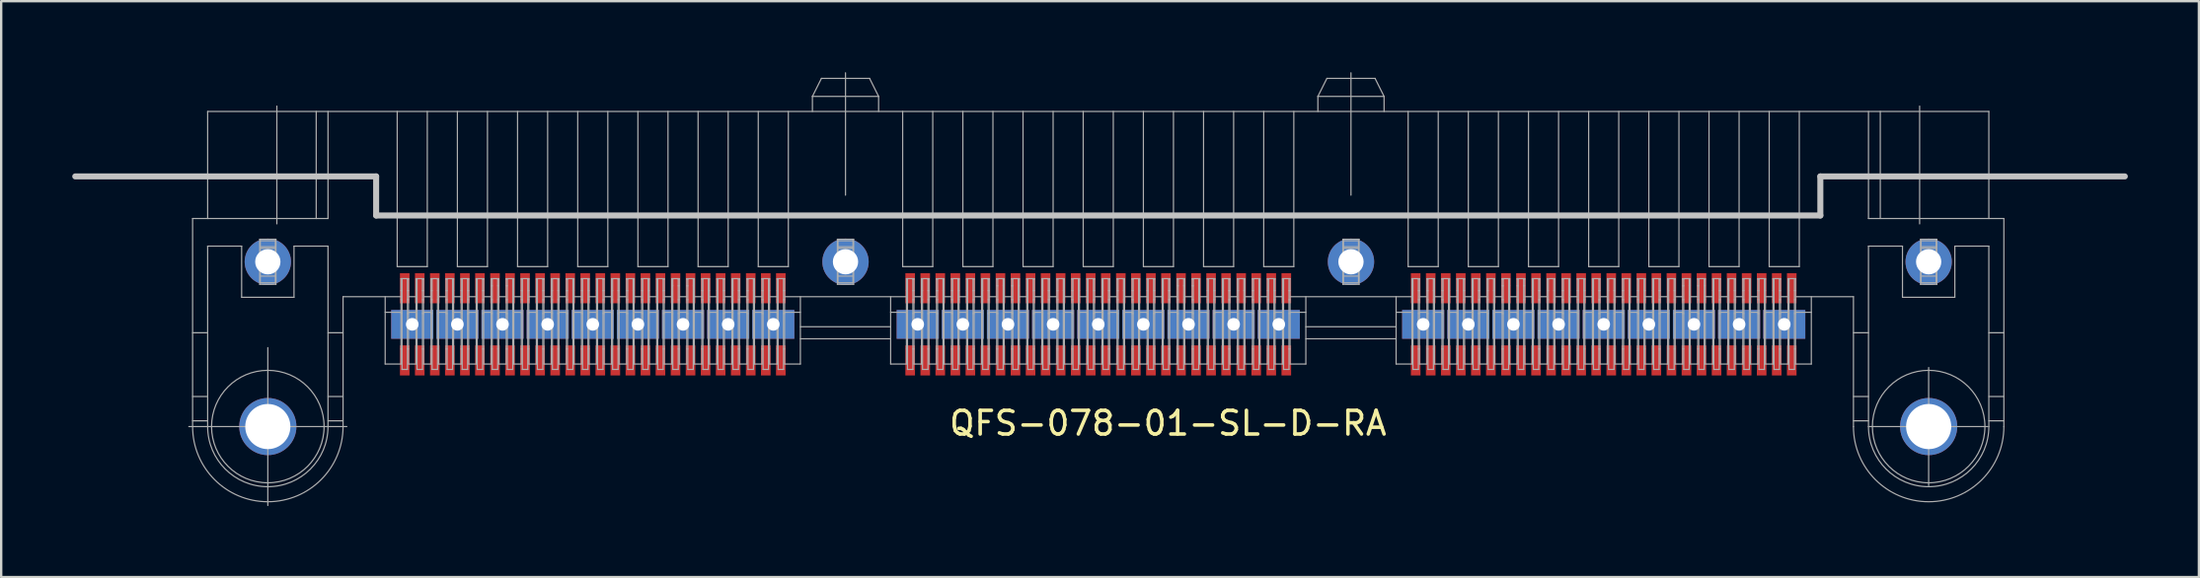
<source format=kicad_pcb>
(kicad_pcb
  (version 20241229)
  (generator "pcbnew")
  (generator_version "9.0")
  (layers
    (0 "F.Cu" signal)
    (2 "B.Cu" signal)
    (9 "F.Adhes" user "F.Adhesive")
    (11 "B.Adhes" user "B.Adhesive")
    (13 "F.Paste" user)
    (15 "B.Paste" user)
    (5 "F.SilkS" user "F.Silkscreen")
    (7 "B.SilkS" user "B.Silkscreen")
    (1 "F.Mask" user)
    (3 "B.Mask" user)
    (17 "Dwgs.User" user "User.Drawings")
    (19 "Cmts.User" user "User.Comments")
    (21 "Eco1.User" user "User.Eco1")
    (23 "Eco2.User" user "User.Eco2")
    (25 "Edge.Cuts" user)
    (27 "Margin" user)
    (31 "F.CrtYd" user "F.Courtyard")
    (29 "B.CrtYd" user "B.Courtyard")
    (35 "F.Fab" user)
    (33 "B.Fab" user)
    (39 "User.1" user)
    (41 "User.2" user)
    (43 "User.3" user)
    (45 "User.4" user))
  (footprint "QFS-078-01-SL-D-RA"
    (layer "F.Cu")
    (at 43.307 10.649)
    (property "Reference" "QFS-078-01-SL-D-RA" (at 2.945 4.177 180) (layer "F.SilkS") (effects (font (size 1 1) (thickness 0.15))))
    (attr smd)
    (fp_line (start -43.18 -6.248) (end -30.48 -6.248) (stroke (width 0.254) (type solid)) (layer "Dwgs.User"))
    (fp_line (start -30.48 -6.248) (end -30.48 -4.597) (stroke (width 0.254) (type solid)) (layer "Dwgs.User"))
    (fp_line (start -30.48 -4.597) (end 30.48 -4.597) (stroke (width 0.254) (type solid)) (layer "Dwgs.User"))
    (fp_line (start 30.48 -6.248) (end 30.48 -4.597) (stroke (width 0.254) (type solid)) (layer "Dwgs.User"))
    (fp_line (start 30.48 -6.248) (end 43.332 -6.248) (stroke (width 0.254) (type solid)) (layer "Dwgs.User"))
    (fp_line (start -38.227 -4.47) (end -32.512 -4.47) (stroke (width 0.05) (type solid)) (layer "F.Fab"))
    (fp_line (start -38.227 0.356) (end -37.592 0.356) (stroke (width 0.05) (type solid)) (layer "F.Fab"))
    (fp_line (start -38.227 3.048) (end -37.592 3.048) (stroke (width 0.05) (type solid)) (layer "F.Fab"))
    (fp_line (start -38.227 4.075) (end -37.592 4.075) (stroke (width 0.05) (type solid)) (layer "F.Fab"))
    (fp_line (start -38.227 4.318) (end -38.227 -4.47) (stroke (width 0.05) (type solid)) (layer "F.Fab"))
    (fp_line (start -37.592 -8.992) (end -37.592 -4.47) (stroke (width 0.05) (type solid)) (layer "F.Fab"))
    (fp_line (start -37.592 -8.992) (end 37.592 -8.992) (stroke (width 0.05) (type solid)) (layer "F.Fab"))
    (fp_line (start -37.592 -3.302) (end -37.592 4.318) (stroke (width 0.05) (type solid)) (layer "F.Fab"))
    (fp_line (start -36.157 -3.302) (end -37.592 -3.302) (stroke (width 0.05) (type solid)) (layer "F.Fab"))
    (fp_line (start -36.157 -1.143) (end -36.157 -3.302) (stroke (width 0.05) (type solid)) (layer "F.Fab"))
    (fp_line (start -35.395 -3.594) (end -34.709 -3.594) (stroke (width 0.05) (type solid)) (layer "F.Fab"))
    (fp_line (start -35.395 -2.985) (end -34.734 -2.959) (stroke (width 0.05) (type solid)) (layer "F.Fab"))
    (fp_line (start -35.395 -2.299) (end -35.37 -2.299) (stroke (width 0.05) (type solid)) (layer "F.Fab"))
    (fp_line (start -35.395 -1.689) (end -35.395 -3.594) (stroke (width 0.05) (type solid)) (layer "F.Fab"))
    (fp_line (start -35.395 -1.689) (end -34.709 -1.689) (stroke (width 0.05) (type solid)) (layer "F.Fab"))
    (fp_line (start -35.37 -3.531) (end -34.734 -3.531) (stroke (width 0.05) (type solid)) (layer "F.Fab"))
    (fp_line (start -35.37 -3.277) (end -34.734 -3.277) (stroke (width 0.05) (type solid)) (layer "F.Fab"))
    (fp_line (start -35.37 -3.213) (end -34.734 -3.213) (stroke (width 0.05) (type solid)) (layer "F.Fab"))
    (fp_line (start -35.37 -2.324) (end -34.734 -2.324) (stroke (width 0.05) (type solid)) (layer "F.Fab"))
    (fp_line (start -35.37 -2.038) (end -34.734 -2.038) (stroke (width 0.05) (type solid)) (layer "F.Fab"))
    (fp_line (start -35.37 -1.753) (end -35.37 -3.594) (stroke (width 0.05) (type solid)) (layer "F.Fab"))
    (fp_line (start -35.37 -1.753) (end -34.734 -1.753) (stroke (width 0.05) (type solid)) (layer "F.Fab"))
    (fp_line (start -35.052 0.984) (end -35.052 7.652) (stroke (width 0.05) (type solid)) (layer "F.Fab"))
    (fp_line (start -34.734 -1.753) (end -34.734 -3.594) (stroke (width 0.05) (type solid)) (layer "F.Fab"))
    (fp_line (start -34.709 -1.689) (end -34.709 -3.594) (stroke (width 0.05) (type solid)) (layer "F.Fab"))
    (fp_line (start -34.671 -9.218) (end -34.671 -4.244) (stroke (width 0.05) (type solid)) (layer "F.Fab"))
    (fp_line (start -33.947 -3.302) (end -33.947 -1.143) (stroke (width 0.05) (type solid)) (layer "F.Fab"))
    (fp_line (start -33.947 -1.143) (end -36.157 -1.143) (stroke (width 0.05) (type solid)) (layer "F.Fab"))
    (fp_line (start -33.01 -8.992) (end -33.01 -4.47) (stroke (width 0.05) (type solid)) (layer "F.Fab"))
    (fp_line (start -32.512 -8.992) (end -32.512 -4.47) (stroke (width 0.05) (type solid)) (layer "F.Fab"))
    (fp_line (start -32.512 -3.302) (end -33.947 -3.302) (stroke (width 0.05) (type solid)) (layer "F.Fab"))
    (fp_line (start -32.512 -3.302) (end -32.512 4.318) (stroke (width 0.05) (type solid)) (layer "F.Fab"))
    (fp_line (start -32.512 0.356) (end -31.877 0.356) (stroke (width 0.05) (type solid)) (layer "F.Fab"))
    (fp_line (start -32.512 3.048) (end -31.877 3.048) (stroke (width 0.05) (type solid)) (layer "F.Fab"))
    (fp_line (start -32.512 4.075) (end -31.877 4.075) (stroke (width 0.05) (type solid)) (layer "F.Fab"))
    (fp_line (start -31.877 -1.168) (end -31.877 4.318) (stroke (width 0.05) (type solid)) (layer "F.Fab"))
    (fp_line (start -31.877 -1.168) (end -29.432 -1.168) (stroke (width 0.05) (type solid)) (layer "F.Fab"))
    (fp_line (start -31.718 4.318) (end -38.386 4.318) (stroke (width 0.05) (type solid)) (layer "F.Fab"))
    (fp_line (start -30.099 -0.508) (end -29.432 -0.508) (stroke (width 0.05) (type solid)) (layer "F.Fab"))
    (fp_line (start -30.099 1.676) (end -30.099 -1.168) (stroke (width 0.05) (type solid)) (layer "F.Fab"))
    (fp_line (start -30.099 1.676) (end -29.432 1.676) (stroke (width 0.05) (type solid)) (layer "F.Fab"))
    (fp_line (start -29.591 -2.438) (end -29.591 -8.992) (stroke (width 0.05) (type solid)) (layer "F.Fab"))
    (fp_line (start -29.591 -2.438) (end -28.321 -2.438) (stroke (width 0.05) (type solid)) (layer "F.Fab"))
    (fp_line (start -29.432 -1.93) (end -29.115 -1.93) (stroke (width 0.05) (type solid)) (layer "F.Fab"))
    (fp_line (start -29.432 -1.041) (end -29.388 -1.041) (stroke (width 0.05) (type solid)) (layer "F.Fab"))
    (fp_line (start -29.432 -0.457) (end -29.388 -0.457) (stroke (width 0.05) (type solid)) (layer "F.Fab"))
    (fp_line (start -29.432 1.041) (end -29.388 1.041) (stroke (width 0.05) (type solid)) (layer "F.Fab"))
    (fp_line (start -29.432 1.676) (end -29.432 -1.93) (stroke (width 0.05) (type solid)) (layer "F.Fab"))
    (fp_line (start -29.388 -1.423) (end -29.432 -1.423) (stroke (width 0.05) (type solid)) (layer "F.Fab"))
    (fp_line (start -29.388 1.905) (end -29.388 -1.93) (stroke (width 0.05) (type solid)) (layer "F.Fab"))
    (fp_line (start -29.388 1.905) (end -29.159 1.905) (stroke (width 0.05) (type solid)) (layer "F.Fab"))
    (fp_line (start -29.159 -1.905) (end -29.159 1.905) (stroke (width 0.05) (type solid)) (layer "F.Fab"))
    (fp_line (start -29.159 -1.041) (end -29.115 -1.041) (stroke (width 0.05) (type solid)) (layer "F.Fab"))
    (fp_line (start -29.159 -0.457) (end -29.115 -0.457) (stroke (width 0.05) (type solid)) (layer "F.Fab"))
    (fp_line (start -29.159 1.041) (end -29.115 1.041) (stroke (width 0.05) (type solid)) (layer "F.Fab"))
    (fp_line (start -29.115 -1.905) (end -29.159 -1.905) (stroke (width 0.05) (type solid)) (layer "F.Fab"))
    (fp_line (start -29.115 -1.423) (end -29.159 -1.423) (stroke (width 0.05) (type solid)) (layer "F.Fab"))
    (fp_line (start -29.115 -1.168) (end -28.797 -1.168) (stroke (width 0.05) (type solid)) (layer "F.Fab"))
    (fp_line (start -29.115 -0.508) (end -28.797 -0.508) (stroke (width 0.05) (type solid)) (layer "F.Fab"))
    (fp_line (start -29.115 1.676) (end -29.115 -1.93) (stroke (width 0.05) (type solid)) (layer "F.Fab"))
    (fp_line (start -29.115 1.676) (end -28.797 1.676) (stroke (width 0.05) (type solid)) (layer "F.Fab"))
    (fp_line (start -28.797 -1.93) (end -28.48 -1.93) (stroke (width 0.05) (type solid)) (layer "F.Fab"))
    (fp_line (start -28.797 -1.041) (end -28.753 -1.041) (stroke (width 0.05) (type solid)) (layer "F.Fab"))
    (fp_line (start -28.797 -0.457) (end -28.753 -0.457) (stroke (width 0.05) (type solid)) (layer "F.Fab"))
    (fp_line (start -28.797 1.041) (end -28.753 1.041) (stroke (width 0.05) (type solid)) (layer "F.Fab"))
    (fp_line (start -28.797 1.676) (end -28.797 -1.93) (stroke (width 0.05) (type solid)) (layer "F.Fab"))
    (fp_line (start -28.753 -1.905) (end -28.797 -1.905) (stroke (width 0.05) (type solid)) (layer "F.Fab"))
    (fp_line (start -28.753 -1.423) (end -28.797 -1.423) (stroke (width 0.05) (type solid)) (layer "F.Fab"))
    (fp_line (start -28.753 1.905) (end -28.753 -1.905) (stroke (width 0.05) (type solid)) (layer "F.Fab"))
    (fp_line (start -28.753 1.905) (end -28.524 1.905) (stroke (width 0.05) (type solid)) (layer "F.Fab"))
    (fp_line (start -28.524 -1.905) (end -28.524 1.905) (stroke (width 0.05) (type solid)) (layer "F.Fab"))
    (fp_line (start -28.524 -1.041) (end -28.48 -1.041) (stroke (width 0.05) (type solid)) (layer "F.Fab"))
    (fp_line (start -28.524 -0.457) (end -28.48 -0.457) (stroke (width 0.05) (type solid)) (layer "F.Fab"))
    (fp_line (start -28.524 1.041) (end -28.48 1.041) (stroke (width 0.05) (type solid)) (layer "F.Fab"))
    (fp_line (start -28.48 -1.905) (end -28.524 -1.905) (stroke (width 0.05) (type solid)) (layer "F.Fab"))
    (fp_line (start -28.48 -1.423) (end -28.524 -1.423) (stroke (width 0.05) (type solid)) (layer "F.Fab"))
    (fp_line (start -28.48 -1.168) (end -28.162 -1.168) (stroke (width 0.05) (type solid)) (layer "F.Fab"))
    (fp_line (start -28.48 -0.508) (end -28.162 -0.508) (stroke (width 0.05) (type solid)) (layer "F.Fab"))
    (fp_line (start -28.48 1.676) (end -28.48 -1.93) (stroke (width 0.05) (type solid)) (layer "F.Fab"))
    (fp_line (start -28.48 1.676) (end -28.162 1.676) (stroke (width 0.05) (type solid)) (layer "F.Fab"))
    (fp_line (start -28.321 -2.438) (end -28.321 -8.992) (stroke (width 0.05) (type solid)) (layer "F.Fab"))
    (fp_line (start -28.162 -1.93) (end -27.845 -1.93) (stroke (width 0.05) (type solid)) (layer "F.Fab"))
    (fp_line (start -28.162 -1.041) (end -28.118 -1.041) (stroke (width 0.05) (type solid)) (layer "F.Fab"))
    (fp_line (start -28.162 -0.457) (end -28.118 -0.457) (stroke (width 0.05) (type solid)) (layer "F.Fab"))
    (fp_line (start -28.162 1.041) (end -28.118 1.041) (stroke (width 0.05) (type solid)) (layer "F.Fab"))
    (fp_line (start -28.162 1.676) (end -28.162 -1.93) (stroke (width 0.05) (type solid)) (layer "F.Fab"))
    (fp_line (start -28.118 -1.905) (end -28.162 -1.905) (stroke (width 0.05) (type solid)) (layer "F.Fab"))
    (fp_line (start -28.118 -1.423) (end -28.162 -1.423) (stroke (width 0.05) (type solid)) (layer "F.Fab"))
    (fp_line (start -28.118 1.905) (end -28.118 -1.905) (stroke (width 0.05) (type solid)) (layer "F.Fab"))
    (fp_line (start -28.118 1.905) (end -27.889 1.905) (stroke (width 0.05) (type solid)) (layer "F.Fab"))
    (fp_line (start -27.889 -1.905) (end -27.889 1.905) (stroke (width 0.05) (type solid)) (layer "F.Fab"))
    (fp_line (start -27.889 -1.041) (end -27.845 -1.041) (stroke (width 0.05) (type solid)) (layer "F.Fab"))
    (fp_line (start -27.889 -0.457) (end -27.845 -0.457) (stroke (width 0.05) (type solid)) (layer "F.Fab"))
    (fp_line (start -27.889 1.041) (end -27.845 1.041) (stroke (width 0.05) (type solid)) (layer "F.Fab"))
    (fp_line (start -27.845 -1.905) (end -27.889 -1.905) (stroke (width 0.05) (type solid)) (layer "F.Fab"))
    (fp_line (start -27.845 -1.423) (end -27.889 -1.423) (stroke (width 0.05) (type solid)) (layer "F.Fab"))
    (fp_line (start -27.845 -1.168) (end -27.527 -1.168) (stroke (width 0.05) (type solid)) (layer "F.Fab"))
    (fp_line (start -27.845 -0.508) (end -27.527 -0.508) (stroke (width 0.05) (type solid)) (layer "F.Fab"))
    (fp_line (start -27.845 1.676) (end -27.845 -1.93) (stroke (width 0.05) (type solid)) (layer "F.Fab"))
    (fp_line (start -27.845 1.676) (end -27.527 1.676) (stroke (width 0.05) (type solid)) (layer "F.Fab"))
    (fp_line (start -27.527 -1.93) (end -27.21 -1.93) (stroke (width 0.05) (type solid)) (layer "F.Fab"))
    (fp_line (start -27.527 -1.041) (end -27.483 -1.041) (stroke (width 0.05) (type solid)) (layer "F.Fab"))
    (fp_line (start -27.527 -0.457) (end -27.483 -0.457) (stroke (width 0.05) (type solid)) (layer "F.Fab"))
    (fp_line (start -27.527 1.041) (end -27.483 1.041) (stroke (width 0.05) (type solid)) (layer "F.Fab"))
    (fp_line (start -27.527 1.676) (end -27.527 -1.93) (stroke (width 0.05) (type solid)) (layer "F.Fab"))
    (fp_line (start -27.483 -1.905) (end -27.527 -1.905) (stroke (width 0.05) (type solid)) (layer "F.Fab"))
    (fp_line (start -27.483 -1.423) (end -27.527 -1.423) (stroke (width 0.05) (type solid)) (layer "F.Fab"))
    (fp_line (start -27.483 1.905) (end -27.483 -1.905) (stroke (width 0.05) (type solid)) (layer "F.Fab"))
    (fp_line (start -27.483 1.905) (end -27.254 1.905) (stroke (width 0.05) (type solid)) (layer "F.Fab"))
    (fp_line (start -27.254 -1.905) (end -27.254 1.905) (stroke (width 0.05) (type solid)) (layer "F.Fab"))
    (fp_line (start -27.254 -1.041) (end -27.21 -1.041) (stroke (width 0.05) (type solid)) (layer "F.Fab"))
    (fp_line (start -27.254 -0.457) (end -27.21 -0.457) (stroke (width 0.05) (type solid)) (layer "F.Fab"))
    (fp_line (start -27.254 1.041) (end -27.21 1.041) (stroke (width 0.05) (type solid)) (layer "F.Fab"))
    (fp_line (start -27.21 -1.905) (end -27.254 -1.905) (stroke (width 0.05) (type solid)) (layer "F.Fab"))
    (fp_line (start -27.21 -1.423) (end -27.254 -1.423) (stroke (width 0.05) (type solid)) (layer "F.Fab"))
    (fp_line (start -27.21 -1.168) (end -26.892 -1.168) (stroke (width 0.05) (type solid)) (layer "F.Fab"))
    (fp_line (start -27.21 -0.508) (end -26.892 -0.508) (stroke (width 0.05) (type solid)) (layer "F.Fab"))
    (fp_line (start -27.21 1.676) (end -27.21 -1.93) (stroke (width 0.05) (type solid)) (layer "F.Fab"))
    (fp_line (start -27.21 1.676) (end -26.892 1.676) (stroke (width 0.05) (type solid)) (layer "F.Fab"))
    (fp_line (start -27.051 -2.438) (end -27.051 -8.992) (stroke (width 0.05) (type solid)) (layer "F.Fab"))
    (fp_line (start -27.051 -2.438) (end -25.781 -2.438) (stroke (width 0.05) (type solid)) (layer "F.Fab"))
    (fp_line (start -26.892 -1.93) (end -26.575 -1.93) (stroke (width 0.05) (type solid)) (layer "F.Fab"))
    (fp_line (start -26.892 -1.041) (end -26.848 -1.041) (stroke (width 0.05) (type solid)) (layer "F.Fab"))
    (fp_line (start -26.892 -0.457) (end -26.848 -0.457) (stroke (width 0.05) (type solid)) (layer "F.Fab"))
    (fp_line (start -26.892 1.041) (end -26.848 1.041) (stroke (width 0.05) (type solid)) (layer "F.Fab"))
    (fp_line (start -26.892 1.676) (end -26.892 -1.93) (stroke (width 0.05) (type solid)) (layer "F.Fab"))
    (fp_line (start -26.848 -1.905) (end -26.892 -1.905) (stroke (width 0.05) (type solid)) (layer "F.Fab"))
    (fp_line (start -26.848 -1.423) (end -26.892 -1.423) (stroke (width 0.05) (type solid)) (layer "F.Fab"))
    (fp_line (start -26.848 1.905) (end -26.848 -1.905) (stroke (width 0.05) (type solid)) (layer "F.Fab"))
    (fp_line (start -26.848 1.905) (end -26.619 1.905) (stroke (width 0.05) (type solid)) (layer "F.Fab"))
    (fp_line (start -26.619 -1.905) (end -26.619 1.905) (stroke (width 0.05) (type solid)) (layer "F.Fab"))
    (fp_line (start -26.619 -1.041) (end -26.575 -1.041) (stroke (width 0.05) (type solid)) (layer "F.Fab"))
    (fp_line (start -26.619 -0.457) (end -26.575 -0.457) (stroke (width 0.05) (type solid)) (layer "F.Fab"))
    (fp_line (start -26.619 1.041) (end -26.575 1.041) (stroke (width 0.05) (type solid)) (layer "F.Fab"))
    (fp_line (start -26.575 -1.905) (end -26.619 -1.905) (stroke (width 0.05) (type solid)) (layer "F.Fab"))
    (fp_line (start -26.575 -1.423) (end -26.619 -1.423) (stroke (width 0.05) (type solid)) (layer "F.Fab"))
    (fp_line (start -26.575 -1.168) (end -26.257 -1.168) (stroke (width 0.05) (type solid)) (layer "F.Fab"))
    (fp_line (start -26.575 -0.508) (end -26.257 -0.508) (stroke (width 0.05) (type solid)) (layer "F.Fab"))
    (fp_line (start -26.575 1.676) (end -26.575 -1.93) (stroke (width 0.05) (type solid)) (layer "F.Fab"))
    (fp_line (start -26.575 1.676) (end -26.257 1.676) (stroke (width 0.05) (type solid)) (layer "F.Fab"))
    (fp_line (start -26.257 -1.93) (end -25.94 -1.93) (stroke (width 0.05) (type solid)) (layer "F.Fab"))
    (fp_line (start -26.257 -1.041) (end -26.213 -1.041) (stroke (width 0.05) (type solid)) (layer "F.Fab"))
    (fp_line (start -26.257 -0.457) (end -26.213 -0.457) (stroke (width 0.05) (type solid)) (layer "F.Fab"))
    (fp_line (start -26.257 1.041) (end -26.213 1.041) (stroke (width 0.05) (type solid)) (layer "F.Fab"))
    (fp_line (start -26.257 1.676) (end -26.257 -1.93) (stroke (width 0.05) (type solid)) (layer "F.Fab"))
    (fp_line (start -26.213 -1.905) (end -26.257 -1.905) (stroke (width 0.05) (type solid)) (layer "F.Fab"))
    (fp_line (start -26.213 -1.423) (end -26.257 -1.423) (stroke (width 0.05) (type solid)) (layer "F.Fab"))
    (fp_line (start -26.213 1.905) (end -26.213 -1.905) (stroke (width 0.05) (type solid)) (layer "F.Fab"))
    (fp_line (start -26.213 1.905) (end -25.984 1.905) (stroke (width 0.05) (type solid)) (layer "F.Fab"))
    (fp_line (start -25.984 -1.905) (end -25.984 1.905) (stroke (width 0.05) (type solid)) (layer "F.Fab"))
    (fp_line (start -25.984 -1.041) (end -25.94 -1.041) (stroke (width 0.05) (type solid)) (layer "F.Fab"))
    (fp_line (start -25.984 -0.457) (end -25.94 -0.457) (stroke (width 0.05) (type solid)) (layer "F.Fab"))
    (fp_line (start -25.984 1.041) (end -25.94 1.041) (stroke (width 0.05) (type solid)) (layer "F.Fab"))
    (fp_line (start -25.94 -1.905) (end -25.984 -1.905) (stroke (width 0.05) (type solid)) (layer "F.Fab"))
    (fp_line (start -25.94 -1.423) (end -25.984 -1.423) (stroke (width 0.05) (type solid)) (layer "F.Fab"))
    (fp_line (start -25.94 -1.168) (end -25.622 -1.168) (stroke (width 0.05) (type solid)) (layer "F.Fab"))
    (fp_line (start -25.94 -0.508) (end -25.622 -0.508) (stroke (width 0.05) (type solid)) (layer "F.Fab"))
    (fp_line (start -25.94 1.676) (end -25.94 -1.93) (stroke (width 0.05) (type solid)) (layer "F.Fab"))
    (fp_line (start -25.94 1.676) (end -25.622 1.676) (stroke (width 0.05) (type solid)) (layer "F.Fab"))
    (fp_line (start -25.781 -2.438) (end -25.781 -8.992) (stroke (width 0.05) (type solid)) (layer "F.Fab"))
    (fp_line (start -25.622 -1.93) (end -25.305 -1.93) (stroke (width 0.05) (type solid)) (layer "F.Fab"))
    (fp_line (start -25.622 -1.041) (end -25.578 -1.041) (stroke (width 0.05) (type solid)) (layer "F.Fab"))
    (fp_line (start -25.622 -0.457) (end -25.578 -0.457) (stroke (width 0.05) (type solid)) (layer "F.Fab"))
    (fp_line (start -25.622 1.041) (end -25.578 1.041) (stroke (width 0.05) (type solid)) (layer "F.Fab"))
    (fp_line (start -25.622 1.676) (end -25.622 -1.93) (stroke (width 0.05) (type solid)) (layer "F.Fab"))
    (fp_line (start -25.578 -1.905) (end -25.622 -1.905) (stroke (width 0.05) (type solid)) (layer "F.Fab"))
    (fp_line (start -25.578 -1.626) (end -25.616 -1.626) (stroke (width 0.05) (type solid)) (layer "F.Fab"))
    (fp_line (start -25.578 1.905) (end -25.578 -1.905) (stroke (width 0.05) (type solid)) (layer "F.Fab"))
    (fp_line (start -25.578 1.905) (end -25.349 1.905) (stroke (width 0.05) (type solid)) (layer "F.Fab"))
    (fp_line (start -25.349 -1.905) (end -25.349 1.905) (stroke (width 0.05) (type solid)) (layer "F.Fab"))
    (fp_line (start -25.349 -1.041) (end -25.305 -1.041) (stroke (width 0.05) (type solid)) (layer "F.Fab"))
    (fp_line (start -25.349 -0.457) (end -25.305 -0.457) (stroke (width 0.05) (type solid)) (layer "F.Fab"))
    (fp_line (start -25.349 1.041) (end -25.305 1.041) (stroke (width 0.05) (type solid)) (layer "F.Fab"))
    (fp_line (start -25.305 -1.905) (end -25.349 -1.905) (stroke (width 0.05) (type solid)) (layer "F.Fab"))
    (fp_line (start -25.305 -1.626) (end -25.349 -1.626) (stroke (width 0.05) (type solid)) (layer "F.Fab"))
    (fp_line (start -25.305 -1.168) (end -24.987 -1.168) (stroke (width 0.05) (type solid)) (layer "F.Fab"))
    (fp_line (start -25.305 -0.508) (end -24.987 -0.508) (stroke (width 0.05) (type solid)) (layer "F.Fab"))
    (fp_line (start -25.305 1.676) (end -25.305 -1.93) (stroke (width 0.05) (type solid)) (layer "F.Fab"))
    (fp_line (start -25.305 1.676) (end -24.987 1.676) (stroke (width 0.05) (type solid)) (layer "F.Fab"))
    (fp_line (start -24.987 -1.93) (end -24.67 -1.93) (stroke (width 0.05) (type solid)) (layer "F.Fab"))
    (fp_line (start -24.987 -1.041) (end -24.943 -1.041) (stroke (width 0.05) (type solid)) (layer "F.Fab"))
    (fp_line (start -24.987 -0.457) (end -24.943 -0.457) (stroke (width 0.05) (type solid)) (layer "F.Fab"))
    (fp_line (start -24.987 1.041) (end -24.943 1.041) (stroke (width 0.05) (type solid)) (layer "F.Fab"))
    (fp_line (start -24.987 1.676) (end -24.987 -1.93) (stroke (width 0.05) (type solid)) (layer "F.Fab"))
    (fp_line (start -24.943 -1.905) (end -24.987 -1.905) (stroke (width 0.05) (type solid)) (layer "F.Fab"))
    (fp_line (start -24.943 -1.626) (end -24.987 -1.626) (stroke (width 0.05) (type solid)) (layer "F.Fab"))
    (fp_line (start -24.943 1.905) (end -24.943 -1.905) (stroke (width 0.05) (type solid)) (layer "F.Fab"))
    (fp_line (start -24.943 1.905) (end -24.714 1.905) (stroke (width 0.05) (type solid)) (layer "F.Fab"))
    (fp_line (start -24.714 -1.905) (end -24.714 1.905) (stroke (width 0.05) (type solid)) (layer "F.Fab"))
    (fp_line (start -24.714 -1.041) (end -24.67 -1.041) (stroke (width 0.05) (type solid)) (layer "F.Fab"))
    (fp_line (start -24.714 -0.457) (end -24.67 -0.457) (stroke (width 0.05) (type solid)) (layer "F.Fab"))
    (fp_line (start -24.714 1.041) (end -24.67 1.041) (stroke (width 0.05) (type solid)) (layer "F.Fab"))
    (fp_line (start -24.677 -1.626) (end -24.714 -1.626) (stroke (width 0.05) (type solid)) (layer "F.Fab"))
    (fp_line (start -24.67 -1.905) (end -24.714 -1.905) (stroke (width 0.05) (type solid)) (layer "F.Fab"))
    (fp_line (start -24.67 -1.168) (end -24.352 -1.168) (stroke (width 0.05) (type solid)) (layer "F.Fab"))
    (fp_line (start -24.67 -0.508) (end -24.352 -0.508) (stroke (width 0.05) (type solid)) (layer "F.Fab"))
    (fp_line (start -24.67 1.676) (end -24.67 -1.93) (stroke (width 0.05) (type solid)) (layer "F.Fab"))
    (fp_line (start -24.67 1.676) (end -24.352 1.676) (stroke (width 0.05) (type solid)) (layer "F.Fab"))
    (fp_line (start -24.511 -2.438) (end -24.511 -8.992) (stroke (width 0.05) (type solid)) (layer "F.Fab"))
    (fp_line (start -24.511 -2.438) (end -23.241 -2.438) (stroke (width 0.05) (type solid)) (layer "F.Fab"))
    (fp_line (start -24.352 -1.93) (end -24.035 -1.93) (stroke (width 0.05) (type solid)) (layer "F.Fab"))
    (fp_line (start -24.352 -1.041) (end -24.308 -1.041) (stroke (width 0.05) (type solid)) (layer "F.Fab"))
    (fp_line (start -24.352 -0.457) (end -24.308 -0.457) (stroke (width 0.05) (type solid)) (layer "F.Fab"))
    (fp_line (start -24.352 1.041) (end -24.308 1.041) (stroke (width 0.05) (type solid)) (layer "F.Fab"))
    (fp_line (start -24.352 1.676) (end -24.352 -1.93) (stroke (width 0.05) (type solid)) (layer "F.Fab"))
    (fp_line (start -24.308 -1.905) (end -24.352 -1.905) (stroke (width 0.05) (type solid)) (layer "F.Fab"))
    (fp_line (start -24.308 -1.423) (end -24.352 -1.423) (stroke (width 0.05) (type solid)) (layer "F.Fab"))
    (fp_line (start -24.308 1.905) (end -24.308 -1.905) (stroke (width 0.05) (type solid)) (layer "F.Fab"))
    (fp_line (start -24.308 1.905) (end -24.079 1.905) (stroke (width 0.05) (type solid)) (layer "F.Fab"))
    (fp_line (start -24.079 -1.905) (end -24.079 1.905) (stroke (width 0.05) (type solid)) (layer "F.Fab"))
    (fp_line (start -24.079 -1.041) (end -24.035 -1.041) (stroke (width 0.05) (type solid)) (layer "F.Fab"))
    (fp_line (start -24.079 -0.457) (end -24.035 -0.457) (stroke (width 0.05) (type solid)) (layer "F.Fab"))
    (fp_line (start -24.079 1.041) (end -24.035 1.041) (stroke (width 0.05) (type solid)) (layer "F.Fab"))
    (fp_line (start -24.035 -1.905) (end -24.079 -1.905) (stroke (width 0.05) (type solid)) (layer "F.Fab"))
    (fp_line (start -24.035 -1.423) (end -24.079 -1.423) (stroke (width 0.05) (type solid)) (layer "F.Fab"))
    (fp_line (start -24.035 -1.168) (end -23.717 -1.168) (stroke (width 0.05) (type solid)) (layer "F.Fab"))
    (fp_line (start -24.035 -0.508) (end -23.717 -0.508) (stroke (width 0.05) (type solid)) (layer "F.Fab"))
    (fp_line (start -24.035 1.676) (end -24.035 -1.93) (stroke (width 0.05) (type solid)) (layer "F.Fab"))
    (fp_line (start -24.035 1.676) (end -23.717 1.676) (stroke (width 0.05) (type solid)) (layer "F.Fab"))
    (fp_line (start -23.717 -1.93) (end -23.4 -1.93) (stroke (width 0.05) (type solid)) (layer "F.Fab"))
    (fp_line (start -23.717 -1.041) (end -23.673 -1.041) (stroke (width 0.05) (type solid)) (layer "F.Fab"))
    (fp_line (start -23.717 -0.457) (end -23.673 -0.457) (stroke (width 0.05) (type solid)) (layer "F.Fab"))
    (fp_line (start -23.717 1.041) (end -23.673 1.041) (stroke (width 0.05) (type solid)) (layer "F.Fab"))
    (fp_line (start -23.717 1.676) (end -23.717 -1.93) (stroke (width 0.05) (type solid)) (layer "F.Fab"))
    (fp_line (start -23.673 -1.905) (end -23.717 -1.905) (stroke (width 0.05) (type solid)) (layer "F.Fab"))
    (fp_line (start -23.673 -1.423) (end -23.717 -1.423) (stroke (width 0.05) (type solid)) (layer "F.Fab"))
    (fp_line (start -23.673 1.905) (end -23.673 -1.905) (stroke (width 0.05) (type solid)) (layer "F.Fab"))
    (fp_line (start -23.673 1.905) (end -23.444 1.905) (stroke (width 0.05) (type solid)) (layer "F.Fab"))
    (fp_line (start -23.444 -1.905) (end -23.444 1.905) (stroke (width 0.05) (type solid)) (layer "F.Fab"))
    (fp_line (start -23.444 -1.041) (end -23.4 -1.041) (stroke (width 0.05) (type solid)) (layer "F.Fab"))
    (fp_line (start -23.444 -0.457) (end -23.4 -0.457) (stroke (width 0.05) (type solid)) (layer "F.Fab"))
    (fp_line (start -23.444 1.041) (end -23.4 1.041) (stroke (width 0.05) (type solid)) (layer "F.Fab"))
    (fp_line (start -23.4 -1.905) (end -23.444 -1.905) (stroke (width 0.05) (type solid)) (layer "F.Fab"))
    (fp_line (start -23.4 -1.423) (end -23.444 -1.423) (stroke (width 0.05) (type solid)) (layer "F.Fab"))
    (fp_line (start -23.4 -1.168) (end -23.082 -1.168) (stroke (width 0.05) (type solid)) (layer "F.Fab"))
    (fp_line (start -23.4 -0.508) (end -23.082 -0.508) (stroke (width 0.05) (type solid)) (layer "F.Fab"))
    (fp_line (start -23.4 1.676) (end -23.4 -1.93) (stroke (width 0.05) (type solid)) (layer "F.Fab"))
    (fp_line (start -23.4 1.676) (end -23.082 1.676) (stroke (width 0.05) (type solid)) (layer "F.Fab"))
    (fp_line (start -23.241 -2.438) (end -23.241 -8.992) (stroke (width 0.05) (type solid)) (layer "F.Fab"))
    (fp_line (start -23.082 -1.93) (end -22.765 -1.93) (stroke (width 0.05) (type solid)) (layer "F.Fab"))
    (fp_line (start -23.082 -1.041) (end -23.038 -1.041) (stroke (width 0.05) (type solid)) (layer "F.Fab"))
    (fp_line (start -23.082 -0.457) (end -23.038 -0.457) (stroke (width 0.05) (type solid)) (layer "F.Fab"))
    (fp_line (start -23.082 1.041) (end -23.038 1.041) (stroke (width 0.05) (type solid)) (layer "F.Fab"))
    (fp_line (start -23.082 1.676) (end -23.082 -1.93) (stroke (width 0.05) (type solid)) (layer "F.Fab"))
    (fp_line (start -23.038 -1.905) (end -23.082 -1.905) (stroke (width 0.05) (type solid)) (layer "F.Fab"))
    (fp_line (start -23.038 -1.423) (end -23.082 -1.423) (stroke (width 0.05) (type solid)) (layer "F.Fab"))
    (fp_line (start -23.038 1.905) (end -23.038 -1.905) (stroke (width 0.05) (type solid)) (layer "F.Fab"))
    (fp_line (start -23.038 1.905) (end -22.809 1.905) (stroke (width 0.05) (type solid)) (layer "F.Fab"))
    (fp_line (start -22.809 -1.905) (end -22.809 1.905) (stroke (width 0.05) (type solid)) (layer "F.Fab"))
    (fp_line (start -22.809 -1.041) (end -22.765 -1.041) (stroke (width 0.05) (type solid)) (layer "F.Fab"))
    (fp_line (start -22.809 -0.457) (end -22.765 -0.457) (stroke (width 0.05) (type solid)) (layer "F.Fab"))
    (fp_line (start -22.809 1.041) (end -22.765 1.041) (stroke (width 0.05) (type solid)) (layer "F.Fab"))
    (fp_line (start -22.765 -1.905) (end -22.809 -1.905) (stroke (width 0.05) (type solid)) (layer "F.Fab"))
    (fp_line (start -22.765 -1.423) (end -22.809 -1.423) (stroke (width 0.05) (type solid)) (layer "F.Fab"))
    (fp_line (start -22.765 -1.168) (end -22.447 -1.168) (stroke (width 0.05) (type solid)) (layer "F.Fab"))
    (fp_line (start -22.765 -0.508) (end -22.447 -0.508) (stroke (width 0.05) (type solid)) (layer "F.Fab"))
    (fp_line (start -22.765 1.676) (end -22.765 -1.93) (stroke (width 0.05) (type solid)) (layer "F.Fab"))
    (fp_line (start -22.765 1.676) (end -22.447 1.676) (stroke (width 0.05) (type solid)) (layer "F.Fab"))
    (fp_line (start -22.447 -1.93) (end -22.13 -1.93) (stroke (width 0.05) (type solid)) (layer "F.Fab"))
    (fp_line (start -22.447 -1.041) (end -22.403 -1.041) (stroke (width 0.05) (type solid)) (layer "F.Fab"))
    (fp_line (start -22.447 -0.457) (end -22.403 -0.457) (stroke (width 0.05) (type solid)) (layer "F.Fab"))
    (fp_line (start -22.447 1.041) (end -22.403 1.041) (stroke (width 0.05) (type solid)) (layer "F.Fab"))
    (fp_line (start -22.447 1.676) (end -22.447 -1.93) (stroke (width 0.05) (type solid)) (layer "F.Fab"))
    (fp_line (start -22.403 -1.905) (end -22.447 -1.905) (stroke (width 0.05) (type solid)) (layer "F.Fab"))
    (fp_line (start -22.403 -1.423) (end -22.447 -1.423) (stroke (width 0.05) (type solid)) (layer "F.Fab"))
    (fp_line (start -22.403 1.905) (end -22.403 -1.905) (stroke (width 0.05) (type solid)) (layer "F.Fab"))
    (fp_line (start -22.403 1.905) (end -22.174 1.905) (stroke (width 0.05) (type solid)) (layer "F.Fab"))
    (fp_line (start -22.174 -1.905) (end -22.174 1.905) (stroke (width 0.05) (type solid)) (layer "F.Fab"))
    (fp_line (start -22.174 -1.041) (end -22.13 -1.041) (stroke (width 0.05) (type solid)) (layer "F.Fab"))
    (fp_line (start -22.174 -0.457) (end -22.13 -0.457) (stroke (width 0.05) (type solid)) (layer "F.Fab"))
    (fp_line (start -22.174 1.041) (end -22.13 1.041) (stroke (width 0.05) (type solid)) (layer "F.Fab"))
    (fp_line (start -22.13 -1.905) (end -22.174 -1.905) (stroke (width 0.05) (type solid)) (layer "F.Fab"))
    (fp_line (start -22.13 -1.423) (end -22.174 -1.423) (stroke (width 0.05) (type solid)) (layer "F.Fab"))
    (fp_line (start -22.13 -1.168) (end -21.812 -1.168) (stroke (width 0.05) (type solid)) (layer "F.Fab"))
    (fp_line (start -22.13 -0.508) (end -21.812 -0.508) (stroke (width 0.05) (type solid)) (layer "F.Fab"))
    (fp_line (start -22.13 1.676) (end -22.13 -1.93) (stroke (width 0.05) (type solid)) (layer "F.Fab"))
    (fp_line (start -22.13 1.676) (end -21.812 1.676) (stroke (width 0.05) (type solid)) (layer "F.Fab"))
    (fp_line (start -21.971 -2.438) (end -21.971 -8.992) (stroke (width 0.05) (type solid)) (layer "F.Fab"))
    (fp_line (start -21.971 -2.438) (end -20.701 -2.438) (stroke (width 0.05) (type solid)) (layer "F.Fab"))
    (fp_line (start -21.812 -1.93) (end -21.495 -1.93) (stroke (width 0.05) (type solid)) (layer "F.Fab"))
    (fp_line (start -21.812 -1.041) (end -21.768 -1.041) (stroke (width 0.05) (type solid)) (layer "F.Fab"))
    (fp_line (start -21.812 -0.457) (end -21.768 -0.457) (stroke (width 0.05) (type solid)) (layer "F.Fab"))
    (fp_line (start -21.812 1.041) (end -21.768 1.041) (stroke (width 0.05) (type solid)) (layer "F.Fab"))
    (fp_line (start -21.812 1.676) (end -21.812 -1.93) (stroke (width 0.05) (type solid)) (layer "F.Fab"))
    (fp_line (start -21.768 -1.905) (end -21.812 -1.905) (stroke (width 0.05) (type solid)) (layer "F.Fab"))
    (fp_line (start -21.768 -1.423) (end -21.812 -1.423) (stroke (width 0.05) (type solid)) (layer "F.Fab"))
    (fp_line (start -21.768 1.905) (end -21.768 -1.905) (stroke (width 0.05) (type solid)) (layer "F.Fab"))
    (fp_line (start -21.768 1.905) (end -21.539 1.905) (stroke (width 0.05) (type solid)) (layer "F.Fab"))
    (fp_line (start -21.539 -1.905) (end -21.539 1.905) (stroke (width 0.05) (type solid)) (layer "F.Fab"))
    (fp_line (start -21.539 -1.041) (end -21.495 -1.041) (stroke (width 0.05) (type solid)) (layer "F.Fab"))
    (fp_line (start -21.539 -0.457) (end -21.495 -0.457) (stroke (width 0.05) (type solid)) (layer "F.Fab"))
    (fp_line (start -21.539 1.041) (end -21.495 1.041) (stroke (width 0.05) (type solid)) (layer "F.Fab"))
    (fp_line (start -21.495 -1.905) (end -21.539 -1.905) (stroke (width 0.05) (type solid)) (layer "F.Fab"))
    (fp_line (start -21.495 -1.423) (end -21.539 -1.423) (stroke (width 0.05) (type solid)) (layer "F.Fab"))
    (fp_line (start -21.495 -1.168) (end -21.177 -1.168) (stroke (width 0.05) (type solid)) (layer "F.Fab"))
    (fp_line (start -21.495 -0.508) (end -21.177 -0.508) (stroke (width 0.05) (type solid)) (layer "F.Fab"))
    (fp_line (start -21.495 1.676) (end -21.495 -1.93) (stroke (width 0.05) (type solid)) (layer "F.Fab"))
    (fp_line (start -21.495 1.676) (end -21.177 1.676) (stroke (width 0.05) (type solid)) (layer "F.Fab"))
    (fp_line (start -21.177 -1.93) (end -20.86 -1.93) (stroke (width 0.05) (type solid)) (layer "F.Fab"))
    (fp_line (start -21.177 -1.041) (end -21.133 -1.041) (stroke (width 0.05) (type solid)) (layer "F.Fab"))
    (fp_line (start -21.177 -0.457) (end -21.133 -0.457) (stroke (width 0.05) (type solid)) (layer "F.Fab"))
    (fp_line (start -21.177 1.041) (end -21.133 1.041) (stroke (width 0.05) (type solid)) (layer "F.Fab"))
    (fp_line (start -21.177 1.676) (end -21.177 -1.93) (stroke (width 0.05) (type solid)) (layer "F.Fab"))
    (fp_line (start -21.133 -1.905) (end -21.177 -1.905) (stroke (width 0.05) (type solid)) (layer "F.Fab"))
    (fp_line (start -21.133 -1.423) (end -21.177 -1.423) (stroke (width 0.05) (type solid)) (layer "F.Fab"))
    (fp_line (start -21.133 1.905) (end -21.133 -1.905) (stroke (width 0.05) (type solid)) (layer "F.Fab"))
    (fp_line (start -21.133 1.905) (end -20.904 1.905) (stroke (width 0.05) (type solid)) (layer "F.Fab"))
    (fp_line (start -20.904 -1.905) (end -20.904 1.905) (stroke (width 0.05) (type solid)) (layer "F.Fab"))
    (fp_line (start -20.904 -1.041) (end -20.86 -1.041) (stroke (width 0.05) (type solid)) (layer "F.Fab"))
    (fp_line (start -20.904 -0.457) (end -20.86 -0.457) (stroke (width 0.05) (type solid)) (layer "F.Fab"))
    (fp_line (start -20.904 1.041) (end -20.86 1.041) (stroke (width 0.05) (type solid)) (layer "F.Fab"))
    (fp_line (start -20.86 -1.905) (end -20.904 -1.905) (stroke (width 0.05) (type solid)) (layer "F.Fab"))
    (fp_line (start -20.86 -1.423) (end -20.904 -1.423) (stroke (width 0.05) (type solid)) (layer "F.Fab"))
    (fp_line (start -20.86 -1.168) (end -20.542 -1.168) (stroke (width 0.05) (type solid)) (layer "F.Fab"))
    (fp_line (start -20.86 -0.508) (end -20.542 -0.508) (stroke (width 0.05) (type solid)) (layer "F.Fab"))
    (fp_line (start -20.86 1.676) (end -20.86 -1.93) (stroke (width 0.05) (type solid)) (layer "F.Fab"))
    (fp_line (start -20.86 1.676) (end -20.542 1.676) (stroke (width 0.05) (type solid)) (layer "F.Fab"))
    (fp_line (start -20.701 -2.438) (end -20.701 -8.992) (stroke (width 0.05) (type solid)) (layer "F.Fab"))
    (fp_line (start -20.542 -1.93) (end -20.225 -1.93) (stroke (width 0.05) (type solid)) (layer "F.Fab"))
    (fp_line (start -20.542 -1.041) (end -20.498 -1.041) (stroke (width 0.05) (type solid)) (layer "F.Fab"))
    (fp_line (start -20.542 -0.457) (end -20.498 -0.457) (stroke (width 0.05) (type solid)) (layer "F.Fab"))
    (fp_line (start -20.542 1.041) (end -20.498 1.041) (stroke (width 0.05) (type solid)) (layer "F.Fab"))
    (fp_line (start -20.542 1.676) (end -20.542 -1.93) (stroke (width 0.05) (type solid)) (layer "F.Fab"))
    (fp_line (start -20.498 -1.905) (end -20.542 -1.905) (stroke (width 0.05) (type solid)) (layer "F.Fab"))
    (fp_line (start -20.498 -1.423) (end -20.542 -1.423) (stroke (width 0.05) (type solid)) (layer "F.Fab"))
    (fp_line (start -20.498 1.905) (end -20.498 -1.905) (stroke (width 0.05) (type solid)) (layer "F.Fab"))
    (fp_line (start -20.498 1.905) (end -20.269 1.905) (stroke (width 0.05) (type solid)) (layer "F.Fab"))
    (fp_line (start -20.269 -1.905) (end -20.269 1.905) (stroke (width 0.05) (type solid)) (layer "F.Fab"))
    (fp_line (start -20.269 -1.041) (end -20.225 -1.041) (stroke (width 0.05) (type solid)) (layer "F.Fab"))
    (fp_line (start -20.269 -0.457) (end -20.225 -0.457) (stroke (width 0.05) (type solid)) (layer "F.Fab"))
    (fp_line (start -20.269 1.041) (end -20.225 1.041) (stroke (width 0.05) (type solid)) (layer "F.Fab"))
    (fp_line (start -20.225 -1.905) (end -20.269 -1.905) (stroke (width 0.05) (type solid)) (layer "F.Fab"))
    (fp_line (start -20.225 -1.423) (end -20.269 -1.423) (stroke (width 0.05) (type solid)) (layer "F.Fab"))
    (fp_line (start -20.225 -1.168) (end -19.907 -1.168) (stroke (width 0.05) (type solid)) (layer "F.Fab"))
    (fp_line (start -20.225 -0.508) (end -19.907 -0.508) (stroke (width 0.05) (type solid)) (layer "F.Fab"))
    (fp_line (start -20.225 1.676) (end -20.225 -1.93) (stroke (width 0.05) (type solid)) (layer "F.Fab"))
    (fp_line (start -20.225 1.676) (end -19.907 1.676) (stroke (width 0.05) (type solid)) (layer "F.Fab"))
    (fp_line (start -19.907 -1.93) (end -19.59 -1.93) (stroke (width 0.05) (type solid)) (layer "F.Fab"))
    (fp_line (start -19.907 -1.041) (end -19.863 -1.041) (stroke (width 0.05) (type solid)) (layer "F.Fab"))
    (fp_line (start -19.907 -0.457) (end -19.863 -0.457) (stroke (width 0.05) (type solid)) (layer "F.Fab"))
    (fp_line (start -19.907 1.041) (end -19.863 1.041) (stroke (width 0.05) (type solid)) (layer "F.Fab"))
    (fp_line (start -19.907 1.676) (end -19.907 -1.93) (stroke (width 0.05) (type solid)) (layer "F.Fab"))
    (fp_line (start -19.863 -1.905) (end -19.907 -1.905) (stroke (width 0.05) (type solid)) (layer "F.Fab"))
    (fp_line (start -19.863 -1.423) (end -19.907 -1.423) (stroke (width 0.05) (type solid)) (layer "F.Fab"))
    (fp_line (start -19.863 1.905) (end -19.863 -1.905) (stroke (width 0.05) (type solid)) (layer "F.Fab"))
    (fp_line (start -19.863 1.905) (end -19.634 1.905) (stroke (width 0.05) (type solid)) (layer "F.Fab"))
    (fp_line (start -19.634 -1.905) (end -19.634 1.905) (stroke (width 0.05) (type solid)) (layer "F.Fab"))
    (fp_line (start -19.634 -1.041) (end -19.59 -1.041) (stroke (width 0.05) (type solid)) (layer "F.Fab"))
    (fp_line (start -19.634 -0.457) (end -19.59 -0.457) (stroke (width 0.05) (type solid)) (layer "F.Fab"))
    (fp_line (start -19.634 1.041) (end -19.59 1.041) (stroke (width 0.05) (type solid)) (layer "F.Fab"))
    (fp_line (start -19.59 -1.905) (end -19.634 -1.905) (stroke (width 0.05) (type solid)) (layer "F.Fab"))
    (fp_line (start -19.59 -1.423) (end -19.634 -1.423) (stroke (width 0.05) (type solid)) (layer "F.Fab"))
    (fp_line (start -19.59 -1.168) (end -19.272 -1.168) (stroke (width 0.05) (type solid)) (layer "F.Fab"))
    (fp_line (start -19.59 -0.508) (end -19.272 -0.508) (stroke (width 0.05) (type solid)) (layer "F.Fab"))
    (fp_line (start -19.59 1.676) (end -19.59 -1.93) (stroke (width 0.05) (type solid)) (layer "F.Fab"))
    (fp_line (start -19.59 1.676) (end -19.272 1.676) (stroke (width 0.05) (type solid)) (layer "F.Fab"))
    (fp_line (start -19.431 -2.438) (end -19.431 -8.992) (stroke (width 0.05) (type solid)) (layer "F.Fab"))
    (fp_line (start -19.431 -2.438) (end -18.161 -2.438) (stroke (width 0.05) (type solid)) (layer "F.Fab"))
    (fp_line (start -19.272 -1.93) (end -18.955 -1.93) (stroke (width 0.05) (type solid)) (layer "F.Fab"))
    (fp_line (start -19.272 -1.041) (end -19.228 -1.041) (stroke (width 0.05) (type solid)) (layer "F.Fab"))
    (fp_line (start -19.272 -0.457) (end -19.228 -0.457) (stroke (width 0.05) (type solid)) (layer "F.Fab"))
    (fp_line (start -19.272 1.041) (end -19.228 1.041) (stroke (width 0.05) (type solid)) (layer "F.Fab"))
    (fp_line (start -19.272 1.676) (end -19.272 -1.93) (stroke (width 0.05) (type solid)) (layer "F.Fab"))
    (fp_line (start -19.228 -1.905) (end -19.272 -1.905) (stroke (width 0.05) (type solid)) (layer "F.Fab"))
    (fp_line (start -19.228 -1.423) (end -19.272 -1.423) (stroke (width 0.05) (type solid)) (layer "F.Fab"))
    (fp_line (start -19.228 1.905) (end -19.228 -1.905) (stroke (width 0.05) (type solid)) (layer "F.Fab"))
    (fp_line (start -19.228 1.905) (end -18.999 1.905) (stroke (width 0.05) (type solid)) (layer "F.Fab"))
    (fp_line (start -18.999 -1.905) (end -18.999 1.905) (stroke (width 0.05) (type solid)) (layer "F.Fab"))
    (fp_line (start -18.999 -1.041) (end -18.955 -1.041) (stroke (width 0.05) (type solid)) (layer "F.Fab"))
    (fp_line (start -18.999 -0.457) (end -18.955 -0.457) (stroke (width 0.05) (type solid)) (layer "F.Fab"))
    (fp_line (start -18.999 1.041) (end -18.955 1.041) (stroke (width 0.05) (type solid)) (layer "F.Fab"))
    (fp_line (start -18.955 -1.905) (end -18.999 -1.905) (stroke (width 0.05) (type solid)) (layer "F.Fab"))
    (fp_line (start -18.955 -1.423) (end -18.999 -1.423) (stroke (width 0.05) (type solid)) (layer "F.Fab"))
    (fp_line (start -18.955 -1.168) (end -18.637 -1.168) (stroke (width 0.05) (type solid)) (layer "F.Fab"))
    (fp_line (start -18.955 -0.508) (end -18.637 -0.508) (stroke (width 0.05) (type solid)) (layer "F.Fab"))
    (fp_line (start -18.955 1.676) (end -18.955 -1.93) (stroke (width 0.05) (type solid)) (layer "F.Fab"))
    (fp_line (start -18.955 1.676) (end -18.637 1.676) (stroke (width 0.05) (type solid)) (layer "F.Fab"))
    (fp_line (start -18.637 -1.93) (end -18.32 -1.93) (stroke (width 0.05) (type solid)) (layer "F.Fab"))
    (fp_line (start -18.637 -1.041) (end -18.593 -1.041) (stroke (width 0.05) (type solid)) (layer "F.Fab"))
    (fp_line (start -18.637 -0.457) (end -18.593 -0.457) (stroke (width 0.05) (type solid)) (layer "F.Fab"))
    (fp_line (start -18.637 1.041) (end -18.593 1.041) (stroke (width 0.05) (type solid)) (layer "F.Fab"))
    (fp_line (start -18.637 1.676) (end -18.637 -1.93) (stroke (width 0.05) (type solid)) (layer "F.Fab"))
    (fp_line (start -18.593 -1.905) (end -18.637 -1.905) (stroke (width 0.05) (type solid)) (layer "F.Fab"))
    (fp_line (start -18.593 -1.423) (end -18.637 -1.423) (stroke (width 0.05) (type solid)) (layer "F.Fab"))
    (fp_line (start -18.593 1.905) (end -18.593 -1.905) (stroke (width 0.05) (type solid)) (layer "F.Fab"))
    (fp_line (start -18.593 1.905) (end -18.364 1.905) (stroke (width 0.05) (type solid)) (layer "F.Fab"))
    (fp_line (start -18.364 -1.905) (end -18.364 1.905) (stroke (width 0.05) (type solid)) (layer "F.Fab"))
    (fp_line (start -18.364 -1.041) (end -18.32 -1.041) (stroke (width 0.05) (type solid)) (layer "F.Fab"))
    (fp_line (start -18.364 -0.457) (end -18.32 -0.457) (stroke (width 0.05) (type solid)) (layer "F.Fab"))
    (fp_line (start -18.364 1.041) (end -18.32 1.041) (stroke (width 0.05) (type solid)) (layer "F.Fab"))
    (fp_line (start -18.32 -1.905) (end -18.364 -1.905) (stroke (width 0.05) (type solid)) (layer "F.Fab"))
    (fp_line (start -18.32 -1.423) (end -18.364 -1.423) (stroke (width 0.05) (type solid)) (layer "F.Fab"))
    (fp_line (start -18.32 -1.168) (end -18.002 -1.168) (stroke (width 0.05) (type solid)) (layer "F.Fab"))
    (fp_line (start -18.32 -0.508) (end -18.002 -0.508) (stroke (width 0.05) (type solid)) (layer "F.Fab"))
    (fp_line (start -18.32 1.676) (end -18.32 -1.93) (stroke (width 0.05) (type solid)) (layer "F.Fab"))
    (fp_line (start -18.32 1.676) (end -18.002 1.676) (stroke (width 0.05) (type solid)) (layer "F.Fab"))
    (fp_line (start -18.161 -2.438) (end -18.161 -8.992) (stroke (width 0.05) (type solid)) (layer "F.Fab"))
    (fp_line (start -18.002 -1.93) (end -17.685 -1.93) (stroke (width 0.05) (type solid)) (layer "F.Fab"))
    (fp_line (start -18.002 -1.041) (end -17.958 -1.041) (stroke (width 0.05) (type solid)) (layer "F.Fab"))
    (fp_line (start -18.002 -0.457) (end -17.958 -0.457) (stroke (width 0.05) (type solid)) (layer "F.Fab"))
    (fp_line (start -18.002 1.041) (end -17.958 1.041) (stroke (width 0.05) (type solid)) (layer "F.Fab"))
    (fp_line (start -18.002 1.676) (end -18.002 -1.93) (stroke (width 0.05) (type solid)) (layer "F.Fab"))
    (fp_line (start -17.958 -1.905) (end -18.002 -1.905) (stroke (width 0.05) (type solid)) (layer "F.Fab"))
    (fp_line (start -17.958 -1.626) (end -17.996 -1.626) (stroke (width 0.05) (type solid)) (layer "F.Fab"))
    (fp_line (start -17.958 1.905) (end -17.958 -1.905) (stroke (width 0.05) (type solid)) (layer "F.Fab"))
    (fp_line (start -17.958 1.905) (end -17.729 1.905) (stroke (width 0.05) (type solid)) (layer "F.Fab"))
    (fp_line (start -17.729 -1.905) (end -17.729 1.905) (stroke (width 0.05) (type solid)) (layer "F.Fab"))
    (fp_line (start -17.729 -1.041) (end -17.685 -1.041) (stroke (width 0.05) (type solid)) (layer "F.Fab"))
    (fp_line (start -17.729 -0.457) (end -17.685 -0.457) (stroke (width 0.05) (type solid)) (layer "F.Fab"))
    (fp_line (start -17.729 1.041) (end -17.685 1.041) (stroke (width 0.05) (type solid)) (layer "F.Fab"))
    (fp_line (start -17.685 -1.905) (end -17.729 -1.905) (stroke (width 0.05) (type solid)) (layer "F.Fab"))
    (fp_line (start -17.685 -1.626) (end -17.729 -1.626) (stroke (width 0.05) (type solid)) (layer "F.Fab"))
    (fp_line (start -17.685 -1.168) (end -17.367 -1.168) (stroke (width 0.05) (type solid)) (layer "F.Fab"))
    (fp_line (start -17.685 -0.508) (end -17.367 -0.508) (stroke (width 0.05) (type solid)) (layer "F.Fab"))
    (fp_line (start -17.685 1.676) (end -17.685 -1.93) (stroke (width 0.05) (type solid)) (layer "F.Fab"))
    (fp_line (start -17.685 1.676) (end -17.367 1.676) (stroke (width 0.05) (type solid)) (layer "F.Fab"))
    (fp_line (start -17.367 -1.93) (end -17.05 -1.93) (stroke (width 0.05) (type solid)) (layer "F.Fab"))
    (fp_line (start -17.367 -1.041) (end -17.323 -1.041) (stroke (width 0.05) (type solid)) (layer "F.Fab"))
    (fp_line (start -17.367 -0.457) (end -17.323 -0.457) (stroke (width 0.05) (type solid)) (layer "F.Fab"))
    (fp_line (start -17.367 1.041) (end -17.323 1.041) (stroke (width 0.05) (type solid)) (layer "F.Fab"))
    (fp_line (start -17.367 1.676) (end -17.367 -1.93) (stroke (width 0.05) (type solid)) (layer "F.Fab"))
    (fp_line (start -17.323 -1.905) (end -17.367 -1.905) (stroke (width 0.05) (type solid)) (layer "F.Fab"))
    (fp_line (start -17.323 -1.626) (end -17.367 -1.626) (stroke (width 0.05) (type solid)) (layer "F.Fab"))
    (fp_line (start -17.323 1.905) (end -17.323 -1.905) (stroke (width 0.05) (type solid)) (layer "F.Fab"))
    (fp_line (start -17.323 1.905) (end -17.094 1.905) (stroke (width 0.05) (type solid)) (layer "F.Fab"))
    (fp_line (start -17.094 -1.905) (end -17.094 1.905) (stroke (width 0.05) (type solid)) (layer "F.Fab"))
    (fp_line (start -17.094 -1.041) (end -17.05 -1.041) (stroke (width 0.05) (type solid)) (layer "F.Fab"))
    (fp_line (start -17.094 -0.457) (end -17.05 -0.457) (stroke (width 0.05) (type solid)) (layer "F.Fab"))
    (fp_line (start -17.094 1.041) (end -17.05 1.041) (stroke (width 0.05) (type solid)) (layer "F.Fab"))
    (fp_line (start -17.057 -1.626) (end -17.094 -1.626) (stroke (width 0.05) (type solid)) (layer "F.Fab"))
    (fp_line (start -17.05 -1.905) (end -17.094 -1.905) (stroke (width 0.05) (type solid)) (layer "F.Fab"))
    (fp_line (start -17.05 -1.168) (end -16.732 -1.168) (stroke (width 0.05) (type solid)) (layer "F.Fab"))
    (fp_line (start -17.05 -0.508) (end -16.732 -0.508) (stroke (width 0.05) (type solid)) (layer "F.Fab"))
    (fp_line (start -17.05 1.676) (end -17.05 -1.93) (stroke (width 0.05) (type solid)) (layer "F.Fab"))
    (fp_line (start -17.05 1.676) (end -16.732 1.676) (stroke (width 0.05) (type solid)) (layer "F.Fab"))
    (fp_line (start -16.891 -2.438) (end -16.891 -8.992) (stroke (width 0.05) (type solid)) (layer "F.Fab"))
    (fp_line (start -16.891 -2.438) (end -15.621 -2.438) (stroke (width 0.05) (type solid)) (layer "F.Fab"))
    (fp_line (start -16.732 -1.93) (end -16.415 -1.93) (stroke (width 0.05) (type solid)) (layer "F.Fab"))
    (fp_line (start -16.732 -1.041) (end -16.688 -1.041) (stroke (width 0.05) (type solid)) (layer "F.Fab"))
    (fp_line (start -16.732 -0.457) (end -16.688 -0.457) (stroke (width 0.05) (type solid)) (layer "F.Fab"))
    (fp_line (start -16.732 1.041) (end -16.688 1.041) (stroke (width 0.05) (type solid)) (layer "F.Fab"))
    (fp_line (start -16.732 1.676) (end -16.732 -1.93) (stroke (width 0.05) (type solid)) (layer "F.Fab"))
    (fp_line (start -16.688 -1.905) (end -16.732 -1.905) (stroke (width 0.05) (type solid)) (layer "F.Fab"))
    (fp_line (start -16.688 -1.423) (end -16.732 -1.423) (stroke (width 0.05) (type solid)) (layer "F.Fab"))
    (fp_line (start -16.688 1.905) (end -16.688 -1.905) (stroke (width 0.05) (type solid)) (layer "F.Fab"))
    (fp_line (start -16.688 1.905) (end -16.459 1.905) (stroke (width 0.05) (type solid)) (layer "F.Fab"))
    (fp_line (start -16.459 -1.905) (end -16.459 1.905) (stroke (width 0.05) (type solid)) (layer "F.Fab"))
    (fp_line (start -16.459 -1.041) (end -16.415 -1.041) (stroke (width 0.05) (type solid)) (layer "F.Fab"))
    (fp_line (start -16.459 -0.457) (end -16.415 -0.457) (stroke (width 0.05) (type solid)) (layer "F.Fab"))
    (fp_line (start -16.459 1.041) (end -16.415 1.041) (stroke (width 0.05) (type solid)) (layer "F.Fab"))
    (fp_line (start -16.415 -1.905) (end -16.459 -1.905) (stroke (width 0.05) (type solid)) (layer "F.Fab"))
    (fp_line (start -16.415 -1.423) (end -16.459 -1.423) (stroke (width 0.05) (type solid)) (layer "F.Fab"))
    (fp_line (start -16.415 -1.168) (end -16.097 -1.168) (stroke (width 0.05) (type solid)) (layer "F.Fab"))
    (fp_line (start -16.415 -0.508) (end -16.097 -0.508) (stroke (width 0.05) (type solid)) (layer "F.Fab"))
    (fp_line (start -16.415 1.676) (end -16.415 -1.93) (stroke (width 0.05) (type solid)) (layer "F.Fab"))
    (fp_line (start -16.415 1.676) (end -16.097 1.676) (stroke (width 0.05) (type solid)) (layer "F.Fab"))
    (fp_line (start -16.097 -1.93) (end -15.78 -1.93) (stroke (width 0.05) (type solid)) (layer "F.Fab"))
    (fp_line (start -16.097 -1.041) (end -16.053 -1.041) (stroke (width 0.05) (type solid)) (layer "F.Fab"))
    (fp_line (start -16.097 -0.457) (end -16.053 -0.457) (stroke (width 0.05) (type solid)) (layer "F.Fab"))
    (fp_line (start -16.097 1.041) (end -16.053 1.041) (stroke (width 0.05) (type solid)) (layer "F.Fab"))
    (fp_line (start -16.097 1.676) (end -16.097 -1.93) (stroke (width 0.05) (type solid)) (layer "F.Fab"))
    (fp_line (start -16.053 -1.905) (end -16.097 -1.905) (stroke (width 0.05) (type solid)) (layer "F.Fab"))
    (fp_line (start -16.053 -1.423) (end -16.097 -1.423) (stroke (width 0.05) (type solid)) (layer "F.Fab"))
    (fp_line (start -16.053 1.905) (end -16.053 -1.905) (stroke (width 0.05) (type solid)) (layer "F.Fab"))
    (fp_line (start -16.053 1.905) (end -15.824 1.905) (stroke (width 0.05) (type solid)) (layer "F.Fab"))
    (fp_line (start -15.824 -1.905) (end -15.824 1.905) (stroke (width 0.05) (type solid)) (layer "F.Fab"))
    (fp_line (start -15.824 -1.041) (end -15.78 -1.041) (stroke (width 0.05) (type solid)) (layer "F.Fab"))
    (fp_line (start -15.824 -0.457) (end -15.78 -0.457) (stroke (width 0.05) (type solid)) (layer "F.Fab"))
    (fp_line (start -15.824 1.041) (end -15.78 1.041) (stroke (width 0.05) (type solid)) (layer "F.Fab"))
    (fp_line (start -15.78 -1.905) (end -15.824 -1.905) (stroke (width 0.05) (type solid)) (layer "F.Fab"))
    (fp_line (start -15.78 -1.423) (end -15.824 -1.423) (stroke (width 0.05) (type solid)) (layer "F.Fab"))
    (fp_line (start -15.78 -1.168) (end -15.462 -1.168) (stroke (width 0.05) (type solid)) (layer "F.Fab"))
    (fp_line (start -15.78 -0.508) (end -15.462 -0.508) (stroke (width 0.05) (type solid)) (layer "F.Fab"))
    (fp_line (start -15.78 1.676) (end -15.78 -1.93) (stroke (width 0.05) (type solid)) (layer "F.Fab"))
    (fp_line (start -15.78 1.676) (end -15.462 1.676) (stroke (width 0.05) (type solid)) (layer "F.Fab"))
    (fp_line (start -15.621 -2.438) (end -15.621 -8.992) (stroke (width 0.05) (type solid)) (layer "F.Fab"))
    (fp_line (start -15.462 -1.93) (end -15.145 -1.93) (stroke (width 0.05) (type solid)) (layer "F.Fab"))
    (fp_line (start -15.462 -1.041) (end -15.418 -1.041) (stroke (width 0.05) (type solid)) (layer "F.Fab"))
    (fp_line (start -15.462 -0.457) (end -15.418 -0.457) (stroke (width 0.05) (type solid)) (layer "F.Fab"))
    (fp_line (start -15.462 1.041) (end -15.418 1.041) (stroke (width 0.05) (type solid)) (layer "F.Fab"))
    (fp_line (start -15.462 1.676) (end -15.462 -1.93) (stroke (width 0.05) (type solid)) (layer "F.Fab"))
    (fp_line (start -15.418 -1.905) (end -15.462 -1.905) (stroke (width 0.05) (type solid)) (layer "F.Fab"))
    (fp_line (start -15.418 -1.423) (end -15.462 -1.423) (stroke (width 0.05) (type solid)) (layer "F.Fab"))
    (fp_line (start -15.418 1.905) (end -15.418 -1.905) (stroke (width 0.05) (type solid)) (layer "F.Fab"))
    (fp_line (start -15.418 1.905) (end -15.189 1.905) (stroke (width 0.05) (type solid)) (layer "F.Fab"))
    (fp_line (start -15.189 -1.905) (end -15.189 1.905) (stroke (width 0.05) (type solid)) (layer "F.Fab"))
    (fp_line (start -15.189 -1.041) (end -15.145 -1.041) (stroke (width 0.05) (type solid)) (layer "F.Fab"))
    (fp_line (start -15.189 -0.457) (end -15.145 -0.457) (stroke (width 0.05) (type solid)) (layer "F.Fab"))
    (fp_line (start -15.189 1.041) (end -15.145 1.041) (stroke (width 0.05) (type solid)) (layer "F.Fab"))
    (fp_line (start -15.145 -1.905) (end -15.189 -1.905) (stroke (width 0.05) (type solid)) (layer "F.Fab"))
    (fp_line (start -15.145 -1.423) (end -15.189 -1.423) (stroke (width 0.05) (type solid)) (layer "F.Fab"))
    (fp_line (start -15.145 -1.168) (end -14.827 -1.168) (stroke (width 0.05) (type solid)) (layer "F.Fab"))
    (fp_line (start -15.145 -0.508) (end -14.827 -0.508) (stroke (width 0.05) (type solid)) (layer "F.Fab"))
    (fp_line (start -15.145 1.676) (end -15.145 -1.93) (stroke (width 0.05) (type solid)) (layer "F.Fab"))
    (fp_line (start -15.145 1.676) (end -14.827 1.676) (stroke (width 0.05) (type solid)) (layer "F.Fab"))
    (fp_line (start -14.827 -1.93) (end -14.51 -1.93) (stroke (width 0.05) (type solid)) (layer "F.Fab"))
    (fp_line (start -14.827 -1.041) (end -14.783 -1.041) (stroke (width 0.05) (type solid)) (layer "F.Fab"))
    (fp_line (start -14.827 -0.457) (end -14.783 -0.457) (stroke (width 0.05) (type solid)) (layer "F.Fab"))
    (fp_line (start -14.827 1.041) (end -14.783 1.041) (stroke (width 0.05) (type solid)) (layer "F.Fab"))
    (fp_line (start -14.827 1.676) (end -14.827 -1.93) (stroke (width 0.05) (type solid)) (layer "F.Fab"))
    (fp_line (start -14.783 -1.905) (end -14.827 -1.905) (stroke (width 0.05) (type solid)) (layer "F.Fab"))
    (fp_line (start -14.783 -1.423) (end -14.827 -1.423) (stroke (width 0.05) (type solid)) (layer "F.Fab"))
    (fp_line (start -14.783 1.905) (end -14.783 -1.905) (stroke (width 0.05) (type solid)) (layer "F.Fab"))
    (fp_line (start -14.783 1.905) (end -14.554 1.905) (stroke (width 0.05) (type solid)) (layer "F.Fab"))
    (fp_line (start -14.554 -1.905) (end -14.554 1.905) (stroke (width 0.05) (type solid)) (layer "F.Fab"))
    (fp_line (start -14.554 -1.041) (end -14.51 -1.041) (stroke (width 0.05) (type solid)) (layer "F.Fab"))
    (fp_line (start -14.554 -0.457) (end -14.51 -0.457) (stroke (width 0.05) (type solid)) (layer "F.Fab"))
    (fp_line (start -14.554 1.041) (end -14.51 1.041) (stroke (width 0.05) (type solid)) (layer "F.Fab"))
    (fp_line (start -14.51 -1.905) (end -14.554 -1.905) (stroke (width 0.05) (type solid)) (layer "F.Fab"))
    (fp_line (start -14.51 -1.423) (end -14.554 -1.423) (stroke (width 0.05) (type solid)) (layer "F.Fab"))
    (fp_line (start -14.51 -1.168) (end -14.192 -1.168) (stroke (width 0.05) (type solid)) (layer "F.Fab"))
    (fp_line (start -14.51 -0.508) (end -14.192 -0.508) (stroke (width 0.05) (type solid)) (layer "F.Fab"))
    (fp_line (start -14.51 1.676) (end -14.51 -1.93) (stroke (width 0.05) (type solid)) (layer "F.Fab"))
    (fp_line (start -14.51 1.676) (end -14.192 1.676) (stroke (width 0.05) (type solid)) (layer "F.Fab"))
    (fp_line (start -14.351 -2.438) (end -14.351 -8.992) (stroke (width 0.05) (type solid)) (layer "F.Fab"))
    (fp_line (start -14.351 -2.438) (end -13.081 -2.438) (stroke (width 0.05) (type solid)) (layer "F.Fab"))
    (fp_line (start -14.192 -1.93) (end -13.875 -1.93) (stroke (width 0.05) (type solid)) (layer "F.Fab"))
    (fp_line (start -14.192 -1.041) (end -14.148 -1.041) (stroke (width 0.05) (type solid)) (layer "F.Fab"))
    (fp_line (start -14.192 -0.457) (end -14.148 -0.457) (stroke (width 0.05) (type solid)) (layer "F.Fab"))
    (fp_line (start -14.192 1.041) (end -14.148 1.041) (stroke (width 0.05) (type solid)) (layer "F.Fab"))
    (fp_line (start -14.192 1.676) (end -14.192 -1.93) (stroke (width 0.05) (type solid)) (layer "F.Fab"))
    (fp_line (start -14.148 -1.905) (end -14.192 -1.905) (stroke (width 0.05) (type solid)) (layer "F.Fab"))
    (fp_line (start -14.148 -1.423) (end -14.192 -1.423) (stroke (width 0.05) (type solid)) (layer "F.Fab"))
    (fp_line (start -14.148 1.905) (end -14.148 -1.905) (stroke (width 0.05) (type solid)) (layer "F.Fab"))
    (fp_line (start -14.148 1.905) (end -13.919 1.905) (stroke (width 0.05) (type solid)) (layer "F.Fab"))
    (fp_line (start -13.919 -1.905) (end -13.919 1.905) (stroke (width 0.05) (type solid)) (layer "F.Fab"))
    (fp_line (start -13.919 -1.041) (end -13.875 -1.041) (stroke (width 0.05) (type solid)) (layer "F.Fab"))
    (fp_line (start -13.919 -0.457) (end -13.875 -0.457) (stroke (width 0.05) (type solid)) (layer "F.Fab"))
    (fp_line (start -13.919 1.041) (end -13.875 1.041) (stroke (width 0.05) (type solid)) (layer "F.Fab"))
    (fp_line (start -13.875 -1.905) (end -13.919 -1.905) (stroke (width 0.05) (type solid)) (layer "F.Fab"))
    (fp_line (start -13.875 -1.423) (end -13.919 -1.423) (stroke (width 0.05) (type solid)) (layer "F.Fab"))
    (fp_line (start -13.875 -1.168) (end -13.557 -1.168) (stroke (width 0.05) (type solid)) (layer "F.Fab"))
    (fp_line (start -13.875 -0.508) (end -13.557 -0.508) (stroke (width 0.05) (type solid)) (layer "F.Fab"))
    (fp_line (start -13.875 1.676) (end -13.875 -1.93) (stroke (width 0.05) (type solid)) (layer "F.Fab"))
    (fp_line (start -13.875 1.676) (end -13.557 1.676) (stroke (width 0.05) (type solid)) (layer "F.Fab"))
    (fp_line (start -13.557 -1.93) (end -13.24 -1.93) (stroke (width 0.05) (type solid)) (layer "F.Fab"))
    (fp_line (start -13.557 -1.041) (end -13.513 -1.041) (stroke (width 0.05) (type solid)) (layer "F.Fab"))
    (fp_line (start -13.557 -0.457) (end -13.513 -0.457) (stroke (width 0.05) (type solid)) (layer "F.Fab"))
    (fp_line (start -13.557 1.041) (end -13.513 1.041) (stroke (width 0.05) (type solid)) (layer "F.Fab"))
    (fp_line (start -13.557 1.676) (end -13.557 -1.93) (stroke (width 0.05) (type solid)) (layer "F.Fab"))
    (fp_line (start -13.513 -1.905) (end -13.557 -1.905) (stroke (width 0.05) (type solid)) (layer "F.Fab"))
    (fp_line (start -13.513 -1.423) (end -13.557 -1.423) (stroke (width 0.05) (type solid)) (layer "F.Fab"))
    (fp_line (start -13.513 1.905) (end -13.513 -1.905) (stroke (width 0.05) (type solid)) (layer "F.Fab"))
    (fp_line (start -13.513 1.905) (end -13.284 1.905) (stroke (width 0.05) (type solid)) (layer "F.Fab"))
    (fp_line (start -13.284 -1.93) (end -13.284 1.905) (stroke (width 0.05) (type solid)) (layer "F.Fab"))
    (fp_line (start -13.284 -1.041) (end -13.24 -1.041) (stroke (width 0.05) (type solid)) (layer "F.Fab"))
    (fp_line (start -13.284 -0.457) (end -13.24 -0.457) (stroke (width 0.05) (type solid)) (layer "F.Fab"))
    (fp_line (start -13.284 1.041) (end -13.24 1.041) (stroke (width 0.05) (type solid)) (layer "F.Fab"))
    (fp_line (start -13.24 -1.423) (end -13.284 -1.423) (stroke (width 0.05) (type solid)) (layer "F.Fab"))
    (fp_line (start -13.24 -1.168) (end -8.096 -1.168) (stroke (width 0.05) (type solid)) (layer "F.Fab"))
    (fp_line (start -13.24 -0.508) (end -12.573 -0.508) (stroke (width 0.05) (type solid)) (layer "F.Fab"))
    (fp_line (start -13.24 1.676) (end -13.24 -1.93) (stroke (width 0.05) (type solid)) (layer "F.Fab"))
    (fp_line (start -13.24 1.676) (end -12.573 1.676) (stroke (width 0.05) (type solid)) (layer "F.Fab"))
    (fp_line (start -13.081 -8.992) (end -13.081 -2.438) (stroke (width 0.05) (type solid)) (layer "F.Fab"))
    (fp_line (start -12.573 -1.168) (end -12.573 1.676) (stroke (width 0.05) (type solid)) (layer "F.Fab"))
    (fp_line (start -12.573 0.102) (end -8.763 0.102) (stroke (width 0.05) (type solid)) (layer "F.Fab"))
    (fp_line (start -12.573 0.61) (end -8.763 0.61) (stroke (width 0.05) (type solid)) (layer "F.Fab"))
    (fp_line (start -12.065 -9.627) (end -12.065 -8.992) (stroke (width 0.05) (type solid)) (layer "F.Fab"))
    (fp_line (start -11.684 -10.389) (end -12.065 -9.627) (stroke (width 0.05) (type solid)) (layer "F.Fab"))
    (fp_line (start -11.011 -3.594) (end -10.325 -3.594) (stroke (width 0.05) (type solid)) (layer "F.Fab"))
    (fp_line (start -11.011 -1.689) (end -11.011 -3.594) (stroke (width 0.05) (type solid)) (layer "F.Fab"))
    (fp_line (start -11.011 -1.689) (end -10.325 -1.689) (stroke (width 0.05) (type solid)) (layer "F.Fab"))
    (fp_line (start -10.986 -3.594) (end -10.986 -1.753) (stroke (width 0.05) (type solid)) (layer "F.Fab"))
    (fp_line (start -10.986 -3.531) (end -10.351 -3.531) (stroke (width 0.05) (type solid)) (layer "F.Fab"))
    (fp_line (start -10.986 -3.277) (end -10.351 -3.277) (stroke (width 0.05) (type solid)) (layer "F.Fab"))
    (fp_line (start -10.986 -3.213) (end -10.351 -3.213) (stroke (width 0.05) (type solid)) (layer "F.Fab"))
    (fp_line (start -10.986 -2.959) (end -10.351 -2.959) (stroke (width 0.05) (type solid)) (layer "F.Fab"))
    (fp_line (start -10.986 -2.324) (end -10.351 -2.324) (stroke (width 0.05) (type solid)) (layer "F.Fab"))
    (fp_line (start -10.986 -2.038) (end -10.351 -2.038) (stroke (width 0.05) (type solid)) (layer "F.Fab"))
    (fp_line (start -10.986 -1.753) (end -10.351 -1.753) (stroke (width 0.05) (type solid)) (layer "F.Fab"))
    (fp_line (start -10.668 -10.624) (end -10.668 -5.455) (stroke (width 0.05) (type solid)) (layer "F.Fab"))
    (fp_line (start -10.351 -3.594) (end -10.351 -1.753) (stroke (width 0.05) (type solid)) (layer "F.Fab"))
    (fp_line (start -10.325 -1.689) (end -10.325 -3.594) (stroke (width 0.05) (type solid)) (layer "F.Fab"))
    (fp_line (start -9.652 -10.389) (end -11.684 -10.389) (stroke (width 0.05) (type solid)) (layer "F.Fab"))
    (fp_line (start -9.271 -9.627) (end -12.065 -9.627) (stroke (width 0.05) (type solid)) (layer "F.Fab"))
    (fp_line (start -9.271 -9.627) (end -9.652 -10.389) (stroke (width 0.05) (type solid)) (layer "F.Fab"))
    (fp_line (start -9.271 -8.992) (end -9.271 -9.627) (stroke (width 0.05) (type solid)) (layer "F.Fab"))
    (fp_line (start -8.763 -0.508) (end -8.096 -0.508) (stroke (width 0.05) (type solid)) (layer "F.Fab"))
    (fp_line (start -8.763 1.676) (end -8.763 -1.168) (stroke (width 0.05) (type solid)) (layer "F.Fab"))
    (fp_line (start -8.763 1.676) (end -8.096 1.676) (stroke (width 0.05) (type solid)) (layer "F.Fab"))
    (fp_line (start -8.255 -2.438) (end -8.255 -8.992) (stroke (width 0.05) (type solid)) (layer "F.Fab"))
    (fp_line (start -8.255 -2.438) (end -6.985 -2.438) (stroke (width 0.05) (type solid)) (layer "F.Fab"))
    (fp_line (start -8.096 -1.93) (end -7.779 -1.93) (stroke (width 0.05) (type solid)) (layer "F.Fab"))
    (fp_line (start -8.096 -1.041) (end -8.052 -1.041) (stroke (width 0.05) (type solid)) (layer "F.Fab"))
    (fp_line (start -8.096 -0.457) (end -8.052 -0.457) (stroke (width 0.05) (type solid)) (layer "F.Fab"))
    (fp_line (start -8.096 1.041) (end -8.052 1.041) (stroke (width 0.05) (type solid)) (layer "F.Fab"))
    (fp_line (start -8.096 1.676) (end -8.096 -1.93) (stroke (width 0.05) (type solid)) (layer "F.Fab"))
    (fp_line (start -8.052 -1.423) (end -8.096 -1.423) (stroke (width 0.05) (type solid)) (layer "F.Fab"))
    (fp_line (start -8.052 1.905) (end -8.052 -1.93) (stroke (width 0.05) (type solid)) (layer "F.Fab"))
    (fp_line (start -8.052 1.905) (end -7.823 1.905) (stroke (width 0.05) (type solid)) (layer "F.Fab"))
    (fp_line (start -7.823 -1.905) (end -7.823 1.905) (stroke (width 0.05) (type solid)) (layer "F.Fab"))
    (fp_line (start -7.823 -1.041) (end -7.779 -1.041) (stroke (width 0.05) (type solid)) (layer "F.Fab"))
    (fp_line (start -7.823 -0.457) (end -7.779 -0.457) (stroke (width 0.05) (type solid)) (layer "F.Fab"))
    (fp_line (start -7.823 1.041) (end -7.779 1.041) (stroke (width 0.05) (type solid)) (layer "F.Fab"))
    (fp_line (start -7.779 -1.905) (end -7.823 -1.905) (stroke (width 0.05) (type solid)) (layer "F.Fab"))
    (fp_line (start -7.779 -1.423) (end -7.823 -1.423) (stroke (width 0.05) (type solid)) (layer "F.Fab"))
    (fp_line (start -7.779 -1.168) (end -7.461 -1.168) (stroke (width 0.05) (type solid)) (layer "F.Fab"))
    (fp_line (start -7.779 -0.508) (end -7.461 -0.508) (stroke (width 0.05) (type solid)) (layer "F.Fab"))
    (fp_line (start -7.779 1.676) (end -7.779 -1.93) (stroke (width 0.05) (type solid)) (layer "F.Fab"))
    (fp_line (start -7.779 1.676) (end -7.461 1.676) (stroke (width 0.05) (type solid)) (layer "F.Fab"))
    (fp_line (start -7.461 -1.93) (end -7.144 -1.93) (stroke (width 0.05) (type solid)) (layer "F.Fab"))
    (fp_line (start -7.461 -1.041) (end -7.417 -1.041) (stroke (width 0.05) (type solid)) (layer "F.Fab"))
    (fp_line (start -7.461 -0.457) (end -7.417 -0.457) (stroke (width 0.05) (type solid)) (layer "F.Fab"))
    (fp_line (start -7.461 1.041) (end -7.417 1.041) (stroke (width 0.05) (type solid)) (layer "F.Fab"))
    (fp_line (start -7.461 1.676) (end -7.461 -1.93) (stroke (width 0.05) (type solid)) (layer "F.Fab"))
    (fp_line (start -7.417 -1.905) (end -7.461 -1.905) (stroke (width 0.05) (type solid)) (layer "F.Fab"))
    (fp_line (start -7.417 -1.423) (end -7.461 -1.423) (stroke (width 0.05) (type solid)) (layer "F.Fab"))
    (fp_line (start -7.417 1.905) (end -7.417 -1.905) (stroke (width 0.05) (type solid)) (layer "F.Fab"))
    (fp_line (start -7.417 1.905) (end -7.188 1.905) (stroke (width 0.05) (type solid)) (layer "F.Fab"))
    (fp_line (start -7.188 -1.905) (end -7.188 1.905) (stroke (width 0.05) (type solid)) (layer "F.Fab"))
    (fp_line (start -7.188 -1.041) (end -7.144 -1.041) (stroke (width 0.05) (type solid)) (layer "F.Fab"))
    (fp_line (start -7.188 -0.457) (end -7.144 -0.457) (stroke (width 0.05) (type solid)) (layer "F.Fab"))
    (fp_line (start -7.188 1.041) (end -7.144 1.041) (stroke (width 0.05) (type solid)) (layer "F.Fab"))
    (fp_line (start -7.144 -1.905) (end -7.188 -1.905) (stroke (width 0.05) (type solid)) (layer "F.Fab"))
    (fp_line (start -7.144 -1.423) (end -7.188 -1.423) (stroke (width 0.05) (type solid)) (layer "F.Fab"))
    (fp_line (start -7.144 -1.168) (end -6.826 -1.168) (stroke (width 0.05) (type solid)) (layer "F.Fab"))
    (fp_line (start -7.144 -0.508) (end -6.826 -0.508) (stroke (width 0.05) (type solid)) (layer "F.Fab"))
    (fp_line (start -7.144 1.676) (end -7.144 -1.93) (stroke (width 0.05) (type solid)) (layer "F.Fab"))
    (fp_line (start -7.144 1.676) (end -6.826 1.676) (stroke (width 0.05) (type solid)) (layer "F.Fab"))
    (fp_line (start -6.985 -2.438) (end -6.985 -8.992) (stroke (width 0.05) (type solid)) (layer "F.Fab"))
    (fp_line (start -6.826 -1.93) (end -6.509 -1.93) (stroke (width 0.05) (type solid)) (layer "F.Fab"))
    (fp_line (start -6.826 -1.041) (end -6.782 -1.041) (stroke (width 0.05) (type solid)) (layer "F.Fab"))
    (fp_line (start -6.826 -0.457) (end -6.782 -0.457) (stroke (width 0.05) (type solid)) (layer "F.Fab"))
    (fp_line (start -6.826 1.041) (end -6.782 1.041) (stroke (width 0.05) (type solid)) (layer "F.Fab"))
    (fp_line (start -6.826 1.676) (end -6.826 -1.93) (stroke (width 0.05) (type solid)) (layer "F.Fab"))
    (fp_line (start -6.782 -1.905) (end -6.826 -1.905) (stroke (width 0.05) (type solid)) (layer "F.Fab"))
    (fp_line (start -6.782 -1.423) (end -6.826 -1.423) (stroke (width 0.05) (type solid)) (layer "F.Fab"))
    (fp_line (start -6.782 1.905) (end -6.782 -1.905) (stroke (width 0.05) (type solid)) (layer "F.Fab"))
    (fp_line (start -6.782 1.905) (end -6.553 1.905) (stroke (width 0.05) (type solid)) (layer "F.Fab"))
    (fp_line (start -6.553 -1.905) (end -6.553 1.905) (stroke (width 0.05) (type solid)) (layer "F.Fab"))
    (fp_line (start -6.553 -1.041) (end -6.509 -1.041) (stroke (width 0.05) (type solid)) (layer "F.Fab"))
    (fp_line (start -6.553 -0.457) (end -6.509 -0.457) (stroke (width 0.05) (type solid)) (layer "F.Fab"))
    (fp_line (start -6.553 1.041) (end -6.509 1.041) (stroke (width 0.05) (type solid)) (layer "F.Fab"))
    (fp_line (start -6.509 -1.905) (end -6.553 -1.905) (stroke (width 0.05) (type solid)) (layer "F.Fab"))
    (fp_line (start -6.509 -1.423) (end -6.553 -1.423) (stroke (width 0.05) (type solid)) (layer "F.Fab"))
    (fp_line (start -6.509 -1.168) (end -6.191 -1.168) (stroke (width 0.05) (type solid)) (layer "F.Fab"))
    (fp_line (start -6.509 -0.508) (end -6.191 -0.508) (stroke (width 0.05) (type solid)) (layer "F.Fab"))
    (fp_line (start -6.509 1.676) (end -6.509 -1.93) (stroke (width 0.05) (type solid)) (layer "F.Fab"))
    (fp_line (start -6.509 1.676) (end -6.191 1.676) (stroke (width 0.05) (type solid)) (layer "F.Fab"))
    (fp_line (start -6.191 -1.93) (end -5.874 -1.93) (stroke (width 0.05) (type solid)) (layer "F.Fab"))
    (fp_line (start -6.191 -1.041) (end -6.147 -1.041) (stroke (width 0.05) (type solid)) (layer "F.Fab"))
    (fp_line (start -6.191 -0.457) (end -6.147 -0.457) (stroke (width 0.05) (type solid)) (layer "F.Fab"))
    (fp_line (start -6.191 1.041) (end -6.147 1.041) (stroke (width 0.05) (type solid)) (layer "F.Fab"))
    (fp_line (start -6.191 1.676) (end -6.191 -1.93) (stroke (width 0.05) (type solid)) (layer "F.Fab"))
    (fp_line (start -6.147 -1.905) (end -6.191 -1.905) (stroke (width 0.05) (type solid)) (layer "F.Fab"))
    (fp_line (start -6.147 -1.423) (end -6.191 -1.423) (stroke (width 0.05) (type solid)) (layer "F.Fab"))
    (fp_line (start -6.147 1.905) (end -6.147 -1.905) (stroke (width 0.05) (type solid)) (layer "F.Fab"))
    (fp_line (start -6.147 1.905) (end -5.918 1.905) (stroke (width 0.05) (type solid)) (layer "F.Fab"))
    (fp_line (start -5.918 -1.905) (end -5.918 1.905) (stroke (width 0.05) (type solid)) (layer "F.Fab"))
    (fp_line (start -5.918 -1.041) (end -5.874 -1.041) (stroke (width 0.05) (type solid)) (layer "F.Fab"))
    (fp_line (start -5.918 -0.457) (end -5.874 -0.457) (stroke (width 0.05) (type solid)) (layer "F.Fab"))
    (fp_line (start -5.918 1.041) (end -5.874 1.041) (stroke (width 0.05) (type solid)) (layer "F.Fab"))
    (fp_line (start -5.874 -1.905) (end -5.918 -1.905) (stroke (width 0.05) (type solid)) (layer "F.Fab"))
    (fp_line (start -5.874 -1.423) (end -5.918 -1.423) (stroke (width 0.05) (type solid)) (layer "F.Fab"))
    (fp_line (start -5.874 -1.168) (end -5.556 -1.168) (stroke (width 0.05) (type solid)) (layer "F.Fab"))
    (fp_line (start -5.874 -0.508) (end -5.556 -0.508) (stroke (width 0.05) (type solid)) (layer "F.Fab"))
    (fp_line (start -5.874 1.676) (end -5.874 -1.93) (stroke (width 0.05) (type solid)) (layer "F.Fab"))
    (fp_line (start -5.874 1.676) (end -5.556 1.676) (stroke (width 0.05) (type solid)) (layer "F.Fab"))
    (fp_line (start -5.715 -2.438) (end -5.715 -8.992) (stroke (width 0.05) (type solid)) (layer "F.Fab"))
    (fp_line (start -5.715 -2.438) (end -4.445 -2.438) (stroke (width 0.05) (type solid)) (layer "F.Fab"))
    (fp_line (start -5.556 -1.93) (end -5.239 -1.93) (stroke (width 0.05) (type solid)) (layer "F.Fab"))
    (fp_line (start -5.556 -1.041) (end -5.512 -1.041) (stroke (width 0.05) (type solid)) (layer "F.Fab"))
    (fp_line (start -5.556 -0.457) (end -5.512 -0.457) (stroke (width 0.05) (type solid)) (layer "F.Fab"))
    (fp_line (start -5.556 1.041) (end -5.512 1.041) (stroke (width 0.05) (type solid)) (layer "F.Fab"))
    (fp_line (start -5.556 1.676) (end -5.556 -1.93) (stroke (width 0.05) (type solid)) (layer "F.Fab"))
    (fp_line (start -5.512 -1.905) (end -5.556 -1.905) (stroke (width 0.05) (type solid)) (layer "F.Fab"))
    (fp_line (start -5.512 -1.423) (end -5.556 -1.423) (stroke (width 0.05) (type solid)) (layer "F.Fab"))
    (fp_line (start -5.512 1.905) (end -5.512 -1.905) (stroke (width 0.05) (type solid)) (layer "F.Fab"))
    (fp_line (start -5.512 1.905) (end -5.283 1.905) (stroke (width 0.05) (type solid)) (layer "F.Fab"))
    (fp_line (start -5.283 -1.905) (end -5.283 1.905) (stroke (width 0.05) (type solid)) (layer "F.Fab"))
    (fp_line (start -5.283 -1.041) (end -5.239 -1.041) (stroke (width 0.05) (type solid)) (layer "F.Fab"))
    (fp_line (start -5.283 -0.457) (end -5.239 -0.457) (stroke (width 0.05) (type solid)) (layer "F.Fab"))
    (fp_line (start -5.283 1.041) (end -5.239 1.041) (stroke (width 0.05) (type solid)) (layer "F.Fab"))
    (fp_line (start -5.239 -1.905) (end -5.283 -1.905) (stroke (width 0.05) (type solid)) (layer "F.Fab"))
    (fp_line (start -5.239 -1.423) (end -5.283 -1.423) (stroke (width 0.05) (type solid)) (layer "F.Fab"))
    (fp_line (start -5.239 -1.168) (end -4.921 -1.168) (stroke (width 0.05) (type solid)) (layer "F.Fab"))
    (fp_line (start -5.239 -0.508) (end -4.921 -0.508) (stroke (width 0.05) (type solid)) (layer "F.Fab"))
    (fp_line (start -5.239 1.676) (end -5.239 -1.93) (stroke (width 0.05) (type solid)) (layer "F.Fab"))
    (fp_line (start -5.239 1.676) (end -4.921 1.676) (stroke (width 0.05) (type solid)) (layer "F.Fab"))
    (fp_line (start -4.921 -1.93) (end -4.604 -1.93) (stroke (width 0.05) (type solid)) (layer "F.Fab"))
    (fp_line (start -4.921 -1.041) (end -4.877 -1.041) (stroke (width 0.05) (type solid)) (layer "F.Fab"))
    (fp_line (start -4.921 -0.457) (end -4.877 -0.457) (stroke (width 0.05) (type solid)) (layer "F.Fab"))
    (fp_line (start -4.921 1.041) (end -4.877 1.041) (stroke (width 0.05) (type solid)) (layer "F.Fab"))
    (fp_line (start -4.921 1.676) (end -4.921 -1.93) (stroke (width 0.05) (type solid)) (layer "F.Fab"))
    (fp_line (start -4.877 -1.905) (end -4.921 -1.905) (stroke (width 0.05) (type solid)) (layer "F.Fab"))
    (fp_line (start -4.877 -1.423) (end -4.921 -1.423) (stroke (width 0.05) (type solid)) (layer "F.Fab"))
    (fp_line (start -4.877 1.905) (end -4.877 -1.905) (stroke (width 0.05) (type solid)) (layer "F.Fab"))
    (fp_line (start -4.877 1.905) (end -4.648 1.905) (stroke (width 0.05) (type solid)) (layer "F.Fab"))
    (fp_line (start -4.648 -1.905) (end -4.648 1.905) (stroke (width 0.05) (type solid)) (layer "F.Fab"))
    (fp_line (start -4.648 -1.041) (end -4.604 -1.041) (stroke (width 0.05) (type solid)) (layer "F.Fab"))
    (fp_line (start -4.648 -0.457) (end -4.604 -0.457) (stroke (width 0.05) (type solid)) (layer "F.Fab"))
    (fp_line (start -4.648 1.041) (end -4.604 1.041) (stroke (width 0.05) (type solid)) (layer "F.Fab"))
    (fp_line (start -4.604 -1.905) (end -4.648 -1.905) (stroke (width 0.05) (type solid)) (layer "F.Fab"))
    (fp_line (start -4.604 -1.423) (end -4.648 -1.423) (stroke (width 0.05) (type solid)) (layer "F.Fab"))
    (fp_line (start -4.604 -1.168) (end -4.286 -1.168) (stroke (width 0.05) (type solid)) (layer "F.Fab"))
    (fp_line (start -4.604 -0.508) (end -4.286 -0.508) (stroke (width 0.05) (type solid)) (layer "F.Fab"))
    (fp_line (start -4.604 1.676) (end -4.604 -1.93) (stroke (width 0.05) (type solid)) (layer "F.Fab"))
    (fp_line (start -4.604 1.676) (end -4.286 1.676) (stroke (width 0.05) (type solid)) (layer "F.Fab"))
    (fp_line (start -4.445 -2.438) (end -4.445 -8.992) (stroke (width 0.05) (type solid)) (layer "F.Fab"))
    (fp_line (start -4.286 -1.93) (end -3.969 -1.93) (stroke (width 0.05) (type solid)) (layer "F.Fab"))
    (fp_line (start -4.286 -1.041) (end -4.242 -1.041) (stroke (width 0.05) (type solid)) (layer "F.Fab"))
    (fp_line (start -4.286 -0.457) (end -4.242 -0.457) (stroke (width 0.05) (type solid)) (layer "F.Fab"))
    (fp_line (start -4.286 1.041) (end -4.242 1.041) (stroke (width 0.05) (type solid)) (layer "F.Fab"))
    (fp_line (start -4.286 1.676) (end -4.286 -1.93) (stroke (width 0.05) (type solid)) (layer "F.Fab"))
    (fp_line (start -4.242 -1.905) (end -4.286 -1.905) (stroke (width 0.05) (type solid)) (layer "F.Fab"))
    (fp_line (start -4.242 -1.626) (end -4.28 -1.626) (stroke (width 0.05) (type solid)) (layer "F.Fab"))
    (fp_line (start -4.242 1.905) (end -4.242 -1.905) (stroke (width 0.05) (type solid)) (layer "F.Fab"))
    (fp_line (start -4.242 1.905) (end -4.013 1.905) (stroke (width 0.05) (type solid)) (layer "F.Fab"))
    (fp_line (start -4.013 -1.905) (end -4.013 1.905) (stroke (width 0.05) (type solid)) (layer "F.Fab"))
    (fp_line (start -4.013 -1.041) (end -3.969 -1.041) (stroke (width 0.05) (type solid)) (layer "F.Fab"))
    (fp_line (start -4.013 -0.457) (end -3.969 -0.457) (stroke (width 0.05) (type solid)) (layer "F.Fab"))
    (fp_line (start -4.013 1.041) (end -3.969 1.041) (stroke (width 0.05) (type solid)) (layer "F.Fab"))
    (fp_line (start -3.969 -1.905) (end -4.013 -1.905) (stroke (width 0.05) (type solid)) (layer "F.Fab"))
    (fp_line (start -3.969 -1.626) (end -4.013 -1.626) (stroke (width 0.05) (type solid)) (layer "F.Fab"))
    (fp_line (start -3.969 -1.168) (end -3.651 -1.168) (stroke (width 0.05) (type solid)) (layer "F.Fab"))
    (fp_line (start -3.969 -0.508) (end -3.651 -0.508) (stroke (width 0.05) (type solid)) (layer "F.Fab"))
    (fp_line (start -3.969 1.676) (end -3.969 -1.93) (stroke (width 0.05) (type solid)) (layer "F.Fab"))
    (fp_line (start -3.969 1.676) (end -3.651 1.676) (stroke (width 0.05) (type solid)) (layer "F.Fab"))
    (fp_line (start -3.651 -1.93) (end -3.334 -1.93) (stroke (width 0.05) (type solid)) (layer "F.Fab"))
    (fp_line (start -3.651 -1.041) (end -3.607 -1.041) (stroke (width 0.05) (type solid)) (layer "F.Fab"))
    (fp_line (start -3.651 -0.457) (end -3.607 -0.457) (stroke (width 0.05) (type solid)) (layer "F.Fab"))
    (fp_line (start -3.651 1.041) (end -3.607 1.041) (stroke (width 0.05) (type solid)) (layer "F.Fab"))
    (fp_line (start -3.651 1.676) (end -3.651 -1.93) (stroke (width 0.05) (type solid)) (layer "F.Fab"))
    (fp_line (start -3.607 -1.905) (end -3.651 -1.905) (stroke (width 0.05) (type solid)) (layer "F.Fab"))
    (fp_line (start -3.607 -1.626) (end -3.651 -1.626) (stroke (width 0.05) (type solid)) (layer "F.Fab"))
    (fp_line (start -3.607 1.905) (end -3.607 -1.905) (stroke (width 0.05) (type solid)) (layer "F.Fab"))
    (fp_line (start -3.607 1.905) (end -3.378 1.905) (stroke (width 0.05) (type solid)) (layer "F.Fab"))
    (fp_line (start -3.378 -1.905) (end -3.378 1.905) (stroke (width 0.05) (type solid)) (layer "F.Fab"))
    (fp_line (start -3.378 -1.041) (end -3.334 -1.041) (stroke (width 0.05) (type solid)) (layer "F.Fab"))
    (fp_line (start -3.378 -0.457) (end -3.334 -0.457) (stroke (width 0.05) (type solid)) (layer "F.Fab"))
    (fp_line (start -3.378 1.041) (end -3.334 1.041) (stroke (width 0.05) (type solid)) (layer "F.Fab"))
    (fp_line (start -3.341 -1.626) (end -3.378 -1.626) (stroke (width 0.05) (type solid)) (layer "F.Fab"))
    (fp_line (start -3.334 -1.905) (end -3.378 -1.905) (stroke (width 0.05) (type solid)) (layer "F.Fab"))
    (fp_line (start -3.334 -1.168) (end -3.016 -1.168) (stroke (width 0.05) (type solid)) (layer "F.Fab"))
    (fp_line (start -3.334 -0.508) (end -3.016 -0.508) (stroke (width 0.05) (type solid)) (layer "F.Fab"))
    (fp_line (start -3.334 1.676) (end -3.334 -1.93) (stroke (width 0.05) (type solid)) (layer "F.Fab"))
    (fp_line (start -3.334 1.676) (end -3.016 1.676) (stroke (width 0.05) (type solid)) (layer "F.Fab"))
    (fp_line (start -3.175 -2.438) (end -3.175 -8.992) (stroke (width 0.05) (type solid)) (layer "F.Fab"))
    (fp_line (start -3.175 -2.438) (end -1.905 -2.438) (stroke (width 0.05) (type solid)) (layer "F.Fab"))
    (fp_line (start -3.016 -1.93) (end -2.699 -1.93) (stroke (width 0.05) (type solid)) (layer "F.Fab"))
    (fp_line (start -3.016 -1.041) (end -2.972 -1.041) (stroke (width 0.05) (type solid)) (layer "F.Fab"))
    (fp_line (start -3.016 -0.457) (end -2.972 -0.457) (stroke (width 0.05) (type solid)) (layer "F.Fab"))
    (fp_line (start -3.016 1.041) (end -2.972 1.041) (stroke (width 0.05) (type solid)) (layer "F.Fab"))
    (fp_line (start -3.016 1.676) (end -3.016 -1.93) (stroke (width 0.05) (type solid)) (layer "F.Fab"))
    (fp_line (start -2.972 -1.905) (end -3.016 -1.905) (stroke (width 0.05) (type solid)) (layer "F.Fab"))
    (fp_line (start -2.972 -1.423) (end -3.016 -1.423) (stroke (width 0.05) (type solid)) (layer "F.Fab"))
    (fp_line (start -2.972 1.905) (end -2.972 -1.905) (stroke (width 0.05) (type solid)) (layer "F.Fab"))
    (fp_line (start -2.972 1.905) (end -2.743 1.905) (stroke (width 0.05) (type solid)) (layer "F.Fab"))
    (fp_line (start -2.743 -1.905) (end -2.743 1.905) (stroke (width 0.05) (type solid)) (layer "F.Fab"))
    (fp_line (start -2.743 -1.041) (end -2.699 -1.041) (stroke (width 0.05) (type solid)) (layer "F.Fab"))
    (fp_line (start -2.743 -0.457) (end -2.699 -0.457) (stroke (width 0.05) (type solid)) (layer "F.Fab"))
    (fp_line (start -2.743 1.041) (end -2.699 1.041) (stroke (width 0.05) (type solid)) (layer "F.Fab"))
    (fp_line (start -2.699 -1.905) (end -2.743 -1.905) (stroke (width 0.05) (type solid)) (layer "F.Fab"))
    (fp_line (start -2.699 -1.423) (end -2.743 -1.423) (stroke (width 0.05) (type solid)) (layer "F.Fab"))
    (fp_line (start -2.699 -1.168) (end -2.381 -1.168) (stroke (width 0.05) (type solid)) (layer "F.Fab"))
    (fp_line (start -2.699 -0.508) (end -2.381 -0.508) (stroke (width 0.05) (type solid)) (layer "F.Fab"))
    (fp_line (start -2.699 1.676) (end -2.699 -1.93) (stroke (width 0.05) (type solid)) (layer "F.Fab"))
    (fp_line (start -2.699 1.676) (end -2.381 1.676) (stroke (width 0.05) (type solid)) (layer "F.Fab"))
    (fp_line (start -2.381 -1.93) (end -2.064 -1.93) (stroke (width 0.05) (type solid)) (layer "F.Fab"))
    (fp_line (start -2.381 -1.041) (end -2.337 -1.041) (stroke (width 0.05) (type solid)) (layer "F.Fab"))
    (fp_line (start -2.381 -0.457) (end -2.337 -0.457) (stroke (width 0.05) (type solid)) (layer "F.Fab"))
    (fp_line (start -2.381 1.041) (end -2.337 1.041) (stroke (width 0.05) (type solid)) (layer "F.Fab"))
    (fp_line (start -2.381 1.676) (end -2.381 -1.93) (stroke (width 0.05) (type solid)) (layer "F.Fab"))
    (fp_line (start -2.337 -1.905) (end -2.381 -1.905) (stroke (width 0.05) (type solid)) (layer "F.Fab"))
    (fp_line (start -2.337 -1.423) (end -2.381 -1.423) (stroke (width 0.05) (type solid)) (layer "F.Fab"))
    (fp_line (start -2.337 1.905) (end -2.337 -1.905) (stroke (width 0.05) (type solid)) (layer "F.Fab"))
    (fp_line (start -2.337 1.905) (end -2.108 1.905) (stroke (width 0.05) (type solid)) (layer "F.Fab"))
    (fp_line (start -2.108 -1.905) (end -2.108 1.905) (stroke (width 0.05) (type solid)) (layer "F.Fab"))
    (fp_line (start -2.108 -1.041) (end -2.064 -1.041) (stroke (width 0.05) (type solid)) (layer "F.Fab"))
    (fp_line (start -2.108 -0.457) (end -2.064 -0.457) (stroke (width 0.05) (type solid)) (layer "F.Fab"))
    (fp_line (start -2.108 1.041) (end -2.064 1.041) (stroke (width 0.05) (type solid)) (layer "F.Fab"))
    (fp_line (start -2.064 -1.905) (end -2.108 -1.905) (stroke (width 0.05) (type solid)) (layer "F.Fab"))
    (fp_line (start -2.064 -1.423) (end -2.108 -1.423) (stroke (width 0.05) (type solid)) (layer "F.Fab"))
    (fp_line (start -2.064 -1.168) (end -1.746 -1.168) (stroke (width 0.05) (type solid)) (layer "F.Fab"))
    (fp_line (start -2.064 -0.508) (end -1.746 -0.508) (stroke (width 0.05) (type solid)) (layer "F.Fab"))
    (fp_line (start -2.064 1.676) (end -2.064 -1.93) (stroke (width 0.05) (type solid)) (layer "F.Fab"))
    (fp_line (start -2.064 1.676) (end -1.746 1.676) (stroke (width 0.05) (type solid)) (layer "F.Fab"))
    (fp_line (start -1.905 -2.438) (end -1.905 -8.992) (stroke (width 0.05) (type solid)) (layer "F.Fab"))
    (fp_line (start -1.746 -1.93) (end -1.429 -1.93) (stroke (width 0.05) (type solid)) (layer "F.Fab"))
    (fp_line (start -1.746 -1.041) (end -1.702 -1.041) (stroke (width 0.05) (type solid)) (layer "F.Fab"))
    (fp_line (start -1.746 -0.457) (end -1.702 -0.457) (stroke (width 0.05) (type solid)) (layer "F.Fab"))
    (fp_line (start -1.746 1.041) (end -1.702 1.041) (stroke (width 0.05) (type solid)) (layer "F.Fab"))
    (fp_line (start -1.746 1.676) (end -1.746 -1.93) (stroke (width 0.05) (type solid)) (layer "F.Fab"))
    (fp_line (start -1.702 -1.905) (end -1.746 -1.905) (stroke (width 0.05) (type solid)) (layer "F.Fab"))
    (fp_line (start -1.702 -1.423) (end -1.746 -1.423) (stroke (width 0.05) (type solid)) (layer "F.Fab"))
    (fp_line (start -1.702 1.905) (end -1.702 -1.905) (stroke (width 0.05) (type solid)) (layer "F.Fab"))
    (fp_line (start -1.702 1.905) (end -1.473 1.905) (stroke (width 0.05) (type solid)) (layer "F.Fab"))
    (fp_line (start -1.473 -1.905) (end -1.473 1.905) (stroke (width 0.05) (type solid)) (layer "F.Fab"))
    (fp_line (start -1.473 -1.041) (end -1.429 -1.041) (stroke (width 0.05) (type solid)) (layer "F.Fab"))
    (fp_line (start -1.473 -0.457) (end -1.429 -0.457) (stroke (width 0.05) (type solid)) (layer "F.Fab"))
    (fp_line (start -1.473 1.041) (end -1.429 1.041) (stroke (width 0.05) (type solid)) (layer "F.Fab"))
    (fp_line (start -1.429 -1.905) (end -1.473 -1.905) (stroke (width 0.05) (type solid)) (layer "F.Fab"))
    (fp_line (start -1.429 -1.423) (end -1.473 -1.423) (stroke (width 0.05) (type solid)) (layer "F.Fab"))
    (fp_line (start -1.429 -1.168) (end -1.111 -1.168) (stroke (width 0.05) (type solid)) (layer "F.Fab"))
    (fp_line (start -1.429 -0.508) (end -1.111 -0.508) (stroke (width 0.05) (type solid)) (layer "F.Fab"))
    (fp_line (start -1.429 1.676) (end -1.429 -1.93) (stroke (width 0.05) (type solid)) (layer "F.Fab"))
    (fp_line (start -1.429 1.676) (end -1.111 1.676) (stroke (width 0.05) (type solid)) (layer "F.Fab"))
    (fp_line (start -1.111 -1.93) (end -0.794 -1.93) (stroke (width 0.05) (type solid)) (layer "F.Fab"))
    (fp_line (start -1.111 -1.041) (end -1.067 -1.041) (stroke (width 0.05) (type solid)) (layer "F.Fab"))
    (fp_line (start -1.111 -0.457) (end -1.067 -0.457) (stroke (width 0.05) (type solid)) (layer "F.Fab"))
    (fp_line (start -1.111 1.041) (end -1.067 1.041) (stroke (width 0.05) (type solid)) (layer "F.Fab"))
    (fp_line (start -1.111 1.676) (end -1.111 -1.93) (stroke (width 0.05) (type solid)) (layer "F.Fab"))
    (fp_line (start -1.067 -1.905) (end -1.111 -1.905) (stroke (width 0.05) (type solid)) (layer "F.Fab"))
    (fp_line (start -1.067 -1.423) (end -1.111 -1.423) (stroke (width 0.05) (type solid)) (layer "F.Fab"))
    (fp_line (start -1.067 1.905) (end -1.067 -1.905) (stroke (width 0.05) (type solid)) (layer "F.Fab"))
    (fp_line (start -1.067 1.905) (end -0.838 1.905) (stroke (width 0.05) (type solid)) (layer "F.Fab"))
    (fp_line (start -0.838 -1.905) (end -0.838 1.905) (stroke (width 0.05) (type solid)) (layer "F.Fab"))
    (fp_line (start -0.838 -1.041) (end -0.794 -1.041) (stroke (width 0.05) (type solid)) (layer "F.Fab"))
    (fp_line (start -0.838 -0.457) (end -0.794 -0.457) (stroke (width 0.05) (type solid)) (layer "F.Fab"))
    (fp_line (start -0.838 1.041) (end -0.794 1.041) (stroke (width 0.05) (type solid)) (layer "F.Fab"))
    (fp_line (start -0.794 -1.905) (end -0.838 -1.905) (stroke (width 0.05) (type solid)) (layer "F.Fab"))
    (fp_line (start -0.794 -1.423) (end -0.838 -1.423) (stroke (width 0.05) (type solid)) (layer "F.Fab"))
    (fp_line (start -0.794 -1.168) (end -0.476 -1.168) (stroke (width 0.05) (type solid)) (layer "F.Fab"))
    (fp_line (start -0.794 -0.508) (end -0.476 -0.508) (stroke (width 0.05) (type solid)) (layer "F.Fab"))
    (fp_line (start -0.794 1.676) (end -0.794 -1.93) (stroke (width 0.05) (type solid)) (layer "F.Fab"))
    (fp_line (start -0.794 1.676) (end -0.476 1.676) (stroke (width 0.05) (type solid)) (layer "F.Fab"))
    (fp_line (start -0.635 -2.438) (end -0.635 -8.992) (stroke (width 0.05) (type solid)) (layer "F.Fab"))
    (fp_line (start -0.635 -2.438) (end 0.635 -2.438) (stroke (width 0.05) (type solid)) (layer "F.Fab"))
    (fp_line (start -0.476 -1.93) (end -0.159 -1.93) (stroke (width 0.05) (type solid)) (layer "F.Fab"))
    (fp_line (start -0.476 -1.041) (end -0.432 -1.041) (stroke (width 0.05) (type solid)) (layer "F.Fab"))
    (fp_line (start -0.476 -0.457) (end -0.432 -0.457) (stroke (width 0.05) (type solid)) (layer "F.Fab"))
    (fp_line (start -0.476 1.041) (end -0.432 1.041) (stroke (width 0.05) (type solid)) (layer "F.Fab"))
    (fp_line (start -0.476 1.676) (end -0.476 -1.93) (stroke (width 0.05) (type solid)) (layer "F.Fab"))
    (fp_line (start -0.432 -1.905) (end -0.476 -1.905) (stroke (width 0.05) (type solid)) (layer "F.Fab"))
    (fp_line (start -0.432 -1.423) (end -0.476 -1.423) (stroke (width 0.05) (type solid)) (layer "F.Fab"))
    (fp_line (start -0.432 1.905) (end -0.432 -1.905) (stroke (width 0.05) (type solid)) (layer "F.Fab"))
    (fp_line (start -0.432 1.905) (end -0.203 1.905) (stroke (width 0.05) (type solid)) (layer "F.Fab"))
    (fp_line (start -0.203 -1.905) (end -0.203 1.905) (stroke (width 0.05) (type solid)) (layer "F.Fab"))
    (fp_line (start -0.203 -1.041) (end -0.159 -1.041) (stroke (width 0.05) (type solid)) (layer "F.Fab"))
    (fp_line (start -0.203 -0.457) (end -0.159 -0.457) (stroke (width 0.05) (type solid)) (layer "F.Fab"))
    (fp_line (start -0.203 1.041) (end -0.159 1.041) (stroke (width 0.05) (type solid)) (layer "F.Fab"))
    (fp_line (start -0.159 -1.905) (end -0.203 -1.905) (stroke (width 0.05) (type solid)) (layer "F.Fab"))
    (fp_line (start -0.159 -1.423) (end -0.203 -1.423) (stroke (width 0.05) (type solid)) (layer "F.Fab"))
    (fp_line (start -0.159 -1.168) (end 0.159 -1.168) (stroke (width 0.05) (type solid)) (layer "F.Fab"))
    (fp_line (start -0.159 -0.508) (end 0.159 -0.508) (stroke (width 0.05) (type solid)) (layer "F.Fab"))
    (fp_line (start -0.159 1.676) (end -0.159 -1.93) (stroke (width 0.05) (type solid)) (layer "F.Fab"))
    (fp_line (start -0.159 1.676) (end 0.159 1.676) (stroke (width 0.05) (type solid)) (layer "F.Fab"))
    (fp_line (start 0.159 -1.93) (end 0.476 -1.93) (stroke (width 0.05) (type solid)) (layer "F.Fab"))
    (fp_line (start 0.159 -1.041) (end 0.203 -1.041) (stroke (width 0.05) (type solid)) (layer "F.Fab"))
    (fp_line (start 0.159 -0.457) (end 0.203 -0.457) (stroke (width 0.05) (type solid)) (layer "F.Fab"))
    (fp_line (start 0.159 1.041) (end 0.203 1.041) (stroke (width 0.05) (type solid)) (layer "F.Fab"))
    (fp_line (start 0.159 1.676) (end 0.159 -1.93) (stroke (width 0.05) (type solid)) (layer "F.Fab"))
    (fp_line (start 0.203 -1.905) (end 0.159 -1.905) (stroke (width 0.05) (type solid)) (layer "F.Fab"))
    (fp_line (start 0.203 -1.423) (end 0.159 -1.423) (stroke (width 0.05) (type solid)) (layer "F.Fab"))
    (fp_line (start 0.203 1.905) (end 0.203 -1.905) (stroke (width 0.05) (type solid)) (layer "F.Fab"))
    (fp_line (start 0.203 1.905) (end 0.432 1.905) (stroke (width 0.05) (type solid)) (layer "F.Fab"))
    (fp_line (start 0.432 -1.905) (end 0.432 1.905) (stroke (width 0.05) (type solid)) (layer "F.Fab"))
    (fp_line (start 0.432 -1.041) (end 0.476 -1.041) (stroke (width 0.05) (type solid)) (layer "F.Fab"))
    (fp_line (start 0.432 -0.457) (end 0.476 -0.457) (stroke (width 0.05) (type solid)) (layer "F.Fab"))
    (fp_line (start 0.432 1.041) (end 0.476 1.041) (stroke (width 0.05) (type solid)) (layer "F.Fab"))
    (fp_line (start 0.476 -1.905) (end 0.432 -1.905) (stroke (width 0.05) (type solid)) (layer "F.Fab"))
    (fp_line (start 0.476 -1.423) (end 0.432 -1.423) (stroke (width 0.05) (type solid)) (layer "F.Fab"))
    (fp_line (start 0.476 -1.168) (end 0.794 -1.168) (stroke (width 0.05) (type solid)) (layer "F.Fab"))
    (fp_line (start 0.476 -0.508) (end 0.794 -0.508) (stroke (width 0.05) (type solid)) (layer "F.Fab"))
    (fp_line (start 0.476 1.676) (end 0.476 -1.93) (stroke (width 0.05) (type solid)) (layer "F.Fab"))
    (fp_line (start 0.476 1.676) (end 0.794 1.676) (stroke (width 0.05) (type solid)) (layer "F.Fab"))
    (fp_line (start 0.635 -2.438) (end 0.635 -8.992) (stroke (width 0.05) (type solid)) (layer "F.Fab"))
    (fp_line (start 0.794 -1.93) (end 1.111 -1.93) (stroke (width 0.05) (type solid)) (layer "F.Fab"))
    (fp_line (start 0.794 -1.041) (end 0.838 -1.041) (stroke (width 0.05) (type solid)) (layer "F.Fab"))
    (fp_line (start 0.794 -0.457) (end 0.838 -0.457) (stroke (width 0.05) (type solid)) (layer "F.Fab"))
    (fp_line (start 0.794 1.041) (end 0.838 1.041) (stroke (width 0.05) (type solid)) (layer "F.Fab"))
    (fp_line (start 0.794 1.676) (end 0.794 -1.93) (stroke (width 0.05) (type solid)) (layer "F.Fab"))
    (fp_line (start 0.838 -1.905) (end 0.794 -1.905) (stroke (width 0.05) (type solid)) (layer "F.Fab"))
    (fp_line (start 0.838 -1.423) (end 0.794 -1.423) (stroke (width 0.05) (type solid)) (layer "F.Fab"))
    (fp_line (start 0.838 1.905) (end 0.838 -1.905) (stroke (width 0.05) (type solid)) (layer "F.Fab"))
    (fp_line (start 0.838 1.905) (end 1.067 1.905) (stroke (width 0.05) (type solid)) (layer "F.Fab"))
    (fp_line (start 1.067 -1.905) (end 1.067 1.905) (stroke (width 0.05) (type solid)) (layer "F.Fab"))
    (fp_line (start 1.067 -1.041) (end 1.111 -1.041) (stroke (width 0.05) (type solid)) (layer "F.Fab"))
    (fp_line (start 1.067 -0.457) (end 1.111 -0.457) (stroke (width 0.05) (type solid)) (layer "F.Fab"))
    (fp_line (start 1.067 1.041) (end 1.111 1.041) (stroke (width 0.05) (type solid)) (layer "F.Fab"))
    (fp_line (start 1.111 -1.905) (end 1.067 -1.905) (stroke (width 0.05) (type solid)) (layer "F.Fab"))
    (fp_line (start 1.111 -1.423) (end 1.067 -1.423) (stroke (width 0.05) (type solid)) (layer "F.Fab"))
    (fp_line (start 1.111 -1.168) (end 1.429 -1.168) (stroke (width 0.05) (type solid)) (layer "F.Fab"))
    (fp_line (start 1.111 -0.508) (end 1.429 -0.508) (stroke (width 0.05) (type solid)) (layer "F.Fab"))
    (fp_line (start 1.111 1.676) (end 1.111 -1.93) (stroke (width 0.05) (type solid)) (layer "F.Fab"))
    (fp_line (start 1.111 1.676) (end 1.429 1.676) (stroke (width 0.05) (type solid)) (layer "F.Fab"))
    (fp_line (start 1.429 -1.93) (end 1.746 -1.93) (stroke (width 0.05) (type solid)) (layer "F.Fab"))
    (fp_line (start 1.429 -1.041) (end 1.473 -1.041) (stroke (width 0.05) (type solid)) (layer "F.Fab"))
    (fp_line (start 1.429 -0.457) (end 1.473 -0.457) (stroke (width 0.05) (type solid)) (layer "F.Fab"))
    (fp_line (start 1.429 1.041) (end 1.473 1.041) (stroke (width 0.05) (type solid)) (layer "F.Fab"))
    (fp_line (start 1.429 1.676) (end 1.429 -1.93) (stroke (width 0.05) (type solid)) (layer "F.Fab"))
    (fp_line (start 1.473 -1.905) (end 1.429 -1.905) (stroke (width 0.05) (type solid)) (layer "F.Fab"))
    (fp_line (start 1.473 -1.423) (end 1.429 -1.423) (stroke (width 0.05) (type solid)) (layer "F.Fab"))
    (fp_line (start 1.473 1.905) (end 1.473 -1.905) (stroke (width 0.05) (type solid)) (layer "F.Fab"))
    (fp_line (start 1.473 1.905) (end 1.702 1.905) (stroke (width 0.05) (type solid)) (layer "F.Fab"))
    (fp_line (start 1.702 -1.905) (end 1.702 1.905) (stroke (width 0.05) (type solid)) (layer "F.Fab"))
    (fp_line (start 1.702 -1.041) (end 1.746 -1.041) (stroke (width 0.05) (type solid)) (layer "F.Fab"))
    (fp_line (start 1.702 -0.457) (end 1.746 -0.457) (stroke (width 0.05) (type solid)) (layer "F.Fab"))
    (fp_line (start 1.702 1.041) (end 1.746 1.041) (stroke (width 0.05) (type solid)) (layer "F.Fab"))
    (fp_line (start 1.746 -1.905) (end 1.702 -1.905) (stroke (width 0.05) (type solid)) (layer "F.Fab"))
    (fp_line (start 1.746 -1.423) (end 1.702 -1.423) (stroke (width 0.05) (type solid)) (layer "F.Fab"))
    (fp_line (start 1.746 -1.168) (end 2.064 -1.168) (stroke (width 0.05) (type solid)) (layer "F.Fab"))
    (fp_line (start 1.746 -0.508) (end 2.064 -0.508) (stroke (width 0.05) (type solid)) (layer "F.Fab"))
    (fp_line (start 1.746 1.676) (end 1.746 -1.93) (stroke (width 0.05) (type solid)) (layer "F.Fab"))
    (fp_line (start 1.746 1.676) (end 2.064 1.676) (stroke (width 0.05) (type solid)) (layer "F.Fab"))
    (fp_line (start 1.905 -2.438) (end 1.905 -8.992) (stroke (width 0.05) (type solid)) (layer "F.Fab"))
    (fp_line (start 1.905 -2.438) (end 3.175 -2.438) (stroke (width 0.05) (type solid)) (layer "F.Fab"))
    (fp_line (start 2.064 -1.93) (end 2.381 -1.93) (stroke (width 0.05) (type solid)) (layer "F.Fab"))
    (fp_line (start 2.064 -1.041) (end 2.108 -1.041) (stroke (width 0.05) (type solid)) (layer "F.Fab"))
    (fp_line (start 2.064 -0.457) (end 2.108 -0.457) (stroke (width 0.05) (type solid)) (layer "F.Fab"))
    (fp_line (start 2.064 1.041) (end 2.108 1.041) (stroke (width 0.05) (type solid)) (layer "F.Fab"))
    (fp_line (start 2.064 1.676) (end 2.064 -1.93) (stroke (width 0.05) (type solid)) (layer "F.Fab"))
    (fp_line (start 2.108 -1.905) (end 2.064 -1.905) (stroke (width 0.05) (type solid)) (layer "F.Fab"))
    (fp_line (start 2.108 -1.423) (end 2.064 -1.423) (stroke (width 0.05) (type solid)) (layer "F.Fab"))
    (fp_line (start 2.108 1.905) (end 2.108 -1.905) (stroke (width 0.05) (type solid)) (layer "F.Fab"))
    (fp_line (start 2.108 1.905) (end 2.337 1.905) (stroke (width 0.05) (type solid)) (layer "F.Fab"))
    (fp_line (start 2.337 -1.905) (end 2.337 1.905) (stroke (width 0.05) (type solid)) (layer "F.Fab"))
    (fp_line (start 2.337 -1.041) (end 2.381 -1.041) (stroke (width 0.05) (type solid)) (layer "F.Fab"))
    (fp_line (start 2.337 -0.457) (end 2.381 -0.457) (stroke (width 0.05) (type solid)) (layer "F.Fab"))
    (fp_line (start 2.337 1.041) (end 2.381 1.041) (stroke (width 0.05) (type solid)) (layer "F.Fab"))
    (fp_line (start 2.381 -1.905) (end 2.337 -1.905) (stroke (width 0.05) (type solid)) (layer "F.Fab"))
    (fp_line (start 2.381 -1.423) (end 2.337 -1.423) (stroke (width 0.05) (type solid)) (layer "F.Fab"))
    (fp_line (start 2.381 -1.168) (end 2.699 -1.168) (stroke (width 0.05) (type solid)) (layer "F.Fab"))
    (fp_line (start 2.381 -0.508) (end 2.699 -0.508) (stroke (width 0.05) (type solid)) (layer "F.Fab"))
    (fp_line (start 2.381 1.676) (end 2.381 -1.93) (stroke (width 0.05) (type solid)) (layer "F.Fab"))
    (fp_line (start 2.381 1.676) (end 2.699 1.676) (stroke (width 0.05) (type solid)) (layer "F.Fab"))
    (fp_line (start 2.699 -1.93) (end 3.016 -1.93) (stroke (width 0.05) (type solid)) (layer "F.Fab"))
    (fp_line (start 2.699 -1.041) (end 2.743 -1.041) (stroke (width 0.05) (type solid)) (layer "F.Fab"))
    (fp_line (start 2.699 -0.457) (end 2.743 -0.457) (stroke (width 0.05) (type solid)) (layer "F.Fab"))
    (fp_line (start 2.699 1.041) (end 2.743 1.041) (stroke (width 0.05) (type solid)) (layer "F.Fab"))
    (fp_line (start 2.699 1.676) (end 2.699 -1.93) (stroke (width 0.05) (type solid)) (layer "F.Fab"))
    (fp_line (start 2.743 -1.905) (end 2.699 -1.905) (stroke (width 0.05) (type solid)) (layer "F.Fab"))
    (fp_line (start 2.743 -1.423) (end 2.699 -1.423) (stroke (width 0.05) (type solid)) (layer "F.Fab"))
    (fp_line (start 2.743 1.905) (end 2.743 -1.905) (stroke (width 0.05) (type solid)) (layer "F.Fab"))
    (fp_line (start 2.743 1.905) (end 2.972 1.905) (stroke (width 0.05) (type solid)) (layer "F.Fab"))
    (fp_line (start 2.972 -1.905) (end 2.972 1.905) (stroke (width 0.05) (type solid)) (layer "F.Fab"))
    (fp_line (start 2.972 -1.041) (end 3.016 -1.041) (stroke (width 0.05) (type solid)) (layer "F.Fab"))
    (fp_line (start 2.972 -0.457) (end 3.016 -0.457) (stroke (width 0.05) (type solid)) (layer "F.Fab"))
    (fp_line (start 2.972 1.041) (end 3.016 1.041) (stroke (width 0.05) (type solid)) (layer "F.Fab"))
    (fp_line (start 3.016 -1.905) (end 2.972 -1.905) (stroke (width 0.05) (type solid)) (layer "F.Fab"))
    (fp_line (start 3.016 -1.423) (end 2.972 -1.423) (stroke (width 0.05) (type solid)) (layer "F.Fab"))
    (fp_line (start 3.016 -1.168) (end 3.334 -1.168) (stroke (width 0.05) (type solid)) (layer "F.Fab"))
    (fp_line (start 3.016 -0.508) (end 3.334 -0.508) (stroke (width 0.05) (type solid)) (layer "F.Fab"))
    (fp_line (start 3.016 1.676) (end 3.016 -1.93) (stroke (width 0.05) (type solid)) (layer "F.Fab"))
    (fp_line (start 3.016 1.676) (end 3.334 1.676) (stroke (width 0.05) (type solid)) (layer "F.Fab"))
    (fp_line (start 3.175 -2.438) (end 3.175 -8.992) (stroke (width 0.05) (type solid)) (layer "F.Fab"))
    (fp_line (start 3.334 -1.93) (end 3.651 -1.93) (stroke (width 0.05) (type solid)) (layer "F.Fab"))
    (fp_line (start 3.334 -1.041) (end 3.378 -1.041) (stroke (width 0.05) (type solid)) (layer "F.Fab"))
    (fp_line (start 3.334 -0.457) (end 3.378 -0.457) (stroke (width 0.05) (type solid)) (layer "F.Fab"))
    (fp_line (start 3.334 1.041) (end 3.378 1.041) (stroke (width 0.05) (type solid)) (layer "F.Fab"))
    (fp_line (start 3.334 1.676) (end 3.334 -1.93) (stroke (width 0.05) (type solid)) (layer "F.Fab"))
    (fp_line (start 3.378 -1.905) (end 3.334 -1.905) (stroke (width 0.05) (type solid)) (layer "F.Fab"))
    (fp_line (start 3.378 -1.626) (end 3.34 -1.626) (stroke (width 0.05) (type solid)) (layer "F.Fab"))
    (fp_line (start 3.378 1.905) (end 3.378 -1.905) (stroke (width 0.05) (type solid)) (layer "F.Fab"))
    (fp_line (start 3.378 1.905) (end 3.607 1.905) (stroke (width 0.05) (type solid)) (layer "F.Fab"))
    (fp_line (start 3.607 -1.905) (end 3.607 1.905) (stroke (width 0.05) (type solid)) (layer "F.Fab"))
    (fp_line (start 3.607 -1.041) (end 3.651 -1.041) (stroke (width 0.05) (type solid)) (layer "F.Fab"))
    (fp_line (start 3.607 -0.457) (end 3.651 -0.457) (stroke (width 0.05) (type solid)) (layer "F.Fab"))
    (fp_line (start 3.607 1.041) (end 3.651 1.041) (stroke (width 0.05) (type solid)) (layer "F.Fab"))
    (fp_line (start 3.651 -1.905) (end 3.607 -1.905) (stroke (width 0.05) (type solid)) (layer "F.Fab"))
    (fp_line (start 3.651 -1.626) (end 3.607 -1.626) (stroke (width 0.05) (type solid)) (layer "F.Fab"))
    (fp_line (start 3.651 -1.168) (end 3.969 -1.168) (stroke (width 0.05) (type solid)) (layer "F.Fab"))
    (fp_line (start 3.651 -0.508) (end 3.969 -0.508) (stroke (width 0.05) (type solid)) (layer "F.Fab"))
    (fp_line (start 3.651 1.676) (end 3.651 -1.93) (stroke (width 0.05) (type solid)) (layer "F.Fab"))
    (fp_line (start 3.651 1.676) (end 3.969 1.676) (stroke (width 0.05) (type solid)) (layer "F.Fab"))
    (fp_line (start 3.969 -1.93) (end 4.286 -1.93) (stroke (width 0.05) (type solid)) (layer "F.Fab"))
    (fp_line (start 3.969 -1.041) (end 4.013 -1.041) (stroke (width 0.05) (type solid)) (layer "F.Fab"))
    (fp_line (start 3.969 -0.457) (end 4.013 -0.457) (stroke (width 0.05) (type solid)) (layer "F.Fab"))
    (fp_line (start 3.969 1.041) (end 4.013 1.041) (stroke (width 0.05) (type solid)) (layer "F.Fab"))
    (fp_line (start 3.969 1.676) (end 3.969 -1.93) (stroke (width 0.05) (type solid)) (layer "F.Fab"))
    (fp_line (start 4.013 -1.905) (end 3.969 -1.905) (stroke (width 0.05) (type solid)) (layer "F.Fab"))
    (fp_line (start 4.013 -1.626) (end 3.969 -1.626) (stroke (width 0.05) (type solid)) (layer "F.Fab"))
    (fp_line (start 4.013 1.905) (end 4.013 -1.905) (stroke (width 0.05) (type solid)) (layer "F.Fab"))
    (fp_line (start 4.013 1.905) (end 4.242 1.905) (stroke (width 0.05) (type solid)) (layer "F.Fab"))
    (fp_line (start 4.242 -1.905) (end 4.242 1.905) (stroke (width 0.05) (type solid)) (layer "F.Fab"))
    (fp_line (start 4.242 -1.041) (end 4.286 -1.041) (stroke (width 0.05) (type solid)) (layer "F.Fab"))
    (fp_line (start 4.242 -0.457) (end 4.286 -0.457) (stroke (width 0.05) (type solid)) (layer "F.Fab"))
    (fp_line (start 4.242 1.041) (end 4.286 1.041) (stroke (width 0.05) (type solid)) (layer "F.Fab"))
    (fp_line (start 4.279 -1.626) (end 4.242 -1.626) (stroke (width 0.05) (type solid)) (layer "F.Fab"))
    (fp_line (start 4.286 -1.905) (end 4.242 -1.905) (stroke (width 0.05) (type solid)) (layer "F.Fab"))
    (fp_line (start 4.286 -1.168) (end 4.604 -1.168) (stroke (width 0.05) (type solid)) (layer "F.Fab"))
    (fp_line (start 4.286 -0.508) (end 4.604 -0.508) (stroke (width 0.05) (type solid)) (layer "F.Fab"))
    (fp_line (start 4.286 1.676) (end 4.286 -1.93) (stroke (width 0.05) (type solid)) (layer "F.Fab"))
    (fp_line (start 4.286 1.676) (end 4.604 1.676) (stroke (width 0.05) (type solid)) (layer "F.Fab"))
    (fp_line (start 4.445 -2.438) (end 4.445 -8.992) (stroke (width 0.05) (type solid)) (layer "F.Fab"))
    (fp_line (start 4.445 -2.438) (end 5.715 -2.438) (stroke (width 0.05) (type solid)) (layer "F.Fab"))
    (fp_line (start 4.604 -1.93) (end 4.921 -1.93) (stroke (width 0.05) (type solid)) (layer "F.Fab"))
    (fp_line (start 4.604 -1.041) (end 4.648 -1.041) (stroke (width 0.05) (type solid)) (layer "F.Fab"))
    (fp_line (start 4.604 -0.457) (end 4.648 -0.457) (stroke (width 0.05) (type solid)) (layer "F.Fab"))
    (fp_line (start 4.604 1.041) (end 4.648 1.041) (stroke (width 0.05) (type solid)) (layer "F.Fab"))
    (fp_line (start 4.604 1.676) (end 4.604 -1.93) (stroke (width 0.05) (type solid)) (layer "F.Fab"))
    (fp_line (start 4.648 -1.905) (end 4.604 -1.905) (stroke (width 0.05) (type solid)) (layer "F.Fab"))
    (fp_line (start 4.648 -1.423) (end 4.604 -1.423) (stroke (width 0.05) (type solid)) (layer "F.Fab"))
    (fp_line (start 4.648 1.905) (end 4.648 -1.905) (stroke (width 0.05) (type solid)) (layer "F.Fab"))
    (fp_line (start 4.648 1.905) (end 4.877 1.905) (stroke (width 0.05) (type solid)) (layer "F.Fab"))
    (fp_line (start 4.877 -1.905) (end 4.877 1.905) (stroke (width 0.05) (type solid)) (layer "F.Fab"))
    (fp_line (start 4.877 -1.041) (end 4.921 -1.041) (stroke (width 0.05) (type solid)) (layer "F.Fab"))
    (fp_line (start 4.877 -0.457) (end 4.921 -0.457) (stroke (width 0.05) (type solid)) (layer "F.Fab"))
    (fp_line (start 4.877 1.041) (end 4.921 1.041) (stroke (width 0.05) (type solid)) (layer "F.Fab"))
    (fp_line (start 4.921 -1.905) (end 4.877 -1.905) (stroke (width 0.05) (type solid)) (layer "F.Fab"))
    (fp_line (start 4.921 -1.423) (end 4.877 -1.423) (stroke (width 0.05) (type solid)) (layer "F.Fab"))
    (fp_line (start 4.921 -1.168) (end 5.239 -1.168) (stroke (width 0.05) (type solid)) (layer "F.Fab"))
    (fp_line (start 4.921 -0.508) (end 5.239 -0.508) (stroke (width 0.05) (type solid)) (layer "F.Fab"))
    (fp_line (start 4.921 1.676) (end 4.921 -1.93) (stroke (width 0.05) (type solid)) (layer "F.Fab"))
    (fp_line (start 4.921 1.676) (end 5.239 1.676) (stroke (width 0.05) (type solid)) (layer "F.Fab"))
    (fp_line (start 5.239 -1.93) (end 5.556 -1.93) (stroke (width 0.05) (type solid)) (layer "F.Fab"))
    (fp_line (start 5.239 -1.041) (end 5.283 -1.041) (stroke (width 0.05) (type solid)) (layer "F.Fab"))
    (fp_line (start 5.239 -0.457) (end 5.283 -0.457) (stroke (width 0.05) (type solid)) (layer "F.Fab"))
    (fp_line (start 5.239 1.041) (end 5.283 1.041) (stroke (width 0.05) (type solid)) (layer "F.Fab"))
    (fp_line (start 5.239 1.676) (end 5.239 -1.93) (stroke (width 0.05) (type solid)) (layer "F.Fab"))
    (fp_line (start 5.283 -1.905) (end 5.239 -1.905) (stroke (width 0.05) (type solid)) (layer "F.Fab"))
    (fp_line (start 5.283 -1.423) (end 5.239 -1.423) (stroke (width 0.05) (type solid)) (layer "F.Fab"))
    (fp_line (start 5.283 1.905) (end 5.283 -1.905) (stroke (width 0.05) (type solid)) (layer "F.Fab"))
    (fp_line (start 5.283 1.905) (end 5.512 1.905) (stroke (width 0.05) (type solid)) (layer "F.Fab"))
    (fp_line (start 5.512 -1.905) (end 5.512 1.905) (stroke (width 0.05) (type solid)) (layer "F.Fab"))
    (fp_line (start 5.512 -1.041) (end 5.556 -1.041) (stroke (width 0.05) (type solid)) (layer "F.Fab"))
    (fp_line (start 5.512 -0.457) (end 5.556 -0.457) (stroke (width 0.05) (type solid)) (layer "F.Fab"))
    (fp_line (start 5.512 1.041) (end 5.556 1.041) (stroke (width 0.05) (type solid)) (layer "F.Fab"))
    (fp_line (start 5.556 -1.905) (end 5.512 -1.905) (stroke (width 0.05) (type solid)) (layer "F.Fab"))
    (fp_line (start 5.556 -1.423) (end 5.512 -1.423) (stroke (width 0.05) (type solid)) (layer "F.Fab"))
    (fp_line (start 5.556 -1.168) (end 5.874 -1.168) (stroke (width 0.05) (type solid)) (layer "F.Fab"))
    (fp_line (start 5.556 -0.508) (end 5.874 -0.508) (stroke (width 0.05) (type solid)) (layer "F.Fab"))
    (fp_line (start 5.556 1.676) (end 5.556 -1.93) (stroke (width 0.05) (type solid)) (layer "F.Fab"))
    (fp_line (start 5.556 1.676) (end 5.874 1.676) (stroke (width 0.05) (type solid)) (layer "F.Fab"))
    (fp_line (start 5.715 -2.438) (end 5.715 -8.992) (stroke (width 0.05) (type solid)) (layer "F.Fab"))
    (fp_line (start 5.874 -1.93) (end 6.191 -1.93) (stroke (width 0.05) (type solid)) (layer "F.Fab"))
    (fp_line (start 5.874 -1.041) (end 5.918 -1.041) (stroke (width 0.05) (type solid)) (layer "F.Fab"))
    (fp_line (start 5.874 -0.457) (end 5.918 -0.457) (stroke (width 0.05) (type solid)) (layer "F.Fab"))
    (fp_line (start 5.874 1.041) (end 5.918 1.041) (stroke (width 0.05) (type solid)) (layer "F.Fab"))
    (fp_line (start 5.874 1.676) (end 5.874 -1.93) (stroke (width 0.05) (type solid)) (layer "F.Fab"))
    (fp_line (start 5.918 -1.905) (end 5.874 -1.905) (stroke (width 0.05) (type solid)) (layer "F.Fab"))
    (fp_line (start 5.918 -1.423) (end 5.874 -1.423) (stroke (width 0.05) (type solid)) (layer "F.Fab"))
    (fp_line (start 5.918 1.905) (end 5.918 -1.905) (stroke (width 0.05) (type solid)) (layer "F.Fab"))
    (fp_line (start 5.918 1.905) (end 6.147 1.905) (stroke (width 0.05) (type solid)) (layer "F.Fab"))
    (fp_line (start 6.147 -1.905) (end 6.147 1.905) (stroke (width 0.05) (type solid)) (layer "F.Fab"))
    (fp_line (start 6.147 -1.041) (end 6.191 -1.041) (stroke (width 0.05) (type solid)) (layer "F.Fab"))
    (fp_line (start 6.147 -0.457) (end 6.191 -0.457) (stroke (width 0.05) (type solid)) (layer "F.Fab"))
    (fp_line (start 6.147 1.041) (end 6.191 1.041) (stroke (width 0.05) (type solid)) (layer "F.Fab"))
    (fp_line (start 6.191 -1.905) (end 6.147 -1.905) (stroke (width 0.05) (type solid)) (layer "F.Fab"))
    (fp_line (start 6.191 -1.423) (end 6.147 -1.423) (stroke (width 0.05) (type solid)) (layer "F.Fab"))
    (fp_line (start 6.191 -1.168) (end 6.509 -1.168) (stroke (width 0.05) (type solid)) (layer "F.Fab"))
    (fp_line (start 6.191 -0.508) (end 6.509 -0.508) (stroke (width 0.05) (type solid)) (layer "F.Fab"))
    (fp_line (start 6.191 1.676) (end 6.191 -1.93) (stroke (width 0.05) (type solid)) (layer "F.Fab"))
    (fp_line (start 6.191 1.676) (end 6.509 1.676) (stroke (width 0.05) (type solid)) (layer "F.Fab"))
    (fp_line (start 6.509 -1.93) (end 6.826 -1.93) (stroke (width 0.05) (type solid)) (layer "F.Fab"))
    (fp_line (start 6.509 -1.041) (end 6.553 -1.041) (stroke (width 0.05) (type solid)) (layer "F.Fab"))
    (fp_line (start 6.509 -0.457) (end 6.553 -0.457) (stroke (width 0.05) (type solid)) (layer "F.Fab"))
    (fp_line (start 6.509 1.041) (end 6.553 1.041) (stroke (width 0.05) (type solid)) (layer "F.Fab"))
    (fp_line (start 6.509 1.676) (end 6.509 -1.93) (stroke (width 0.05) (type solid)) (layer "F.Fab"))
    (fp_line (start 6.553 -1.905) (end 6.509 -1.905) (stroke (width 0.05) (type solid)) (layer "F.Fab"))
    (fp_line (start 6.553 -1.423) (end 6.509 -1.423) (stroke (width 0.05) (type solid)) (layer "F.Fab"))
    (fp_line (start 6.553 1.905) (end 6.553 -1.905) (stroke (width 0.05) (type solid)) (layer "F.Fab"))
    (fp_line (start 6.553 1.905) (end 6.782 1.905) (stroke (width 0.05) (type solid)) (layer "F.Fab"))
    (fp_line (start 6.782 -1.905) (end 6.782 1.905) (stroke (width 0.05) (type solid)) (layer "F.Fab"))
    (fp_line (start 6.782 -1.041) (end 6.826 -1.041) (stroke (width 0.05) (type solid)) (layer "F.Fab"))
    (fp_line (start 6.782 -0.457) (end 6.826 -0.457) (stroke (width 0.05) (type solid)) (layer "F.Fab"))
    (fp_line (start 6.782 1.041) (end 6.826 1.041) (stroke (width 0.05) (type solid)) (layer "F.Fab"))
    (fp_line (start 6.826 -1.905) (end 6.782 -1.905) (stroke (width 0.05) (type solid)) (layer "F.Fab"))
    (fp_line (start 6.826 -1.423) (end 6.782 -1.423) (stroke (width 0.05) (type solid)) (layer "F.Fab"))
    (fp_line (start 6.826 -1.168) (end 7.144 -1.168) (stroke (width 0.05) (type solid)) (layer "F.Fab"))
    (fp_line (start 6.826 -0.508) (end 7.144 -0.508) (stroke (width 0.05) (type solid)) (layer "F.Fab"))
    (fp_line (start 6.826 1.676) (end 6.826 -1.93) (stroke (width 0.05) (type solid)) (layer "F.Fab"))
    (fp_line (start 6.826 1.676) (end 7.144 1.676) (stroke (width 0.05) (type solid)) (layer "F.Fab"))
    (fp_line (start 6.985 -2.438) (end 6.985 -8.992) (stroke (width 0.05) (type solid)) (layer "F.Fab"))
    (fp_line (start 6.985 -2.438) (end 8.255 -2.438) (stroke (width 0.05) (type solid)) (layer "F.Fab"))
    (fp_line (start 7.144 -1.93) (end 7.461 -1.93) (stroke (width 0.05) (type solid)) (layer "F.Fab"))
    (fp_line (start 7.144 -1.041) (end 7.188 -1.041) (stroke (width 0.05) (type solid)) (layer "F.Fab"))
    (fp_line (start 7.144 -0.457) (end 7.188 -0.457) (stroke (width 0.05) (type solid)) (layer "F.Fab"))
    (fp_line (start 7.144 1.041) (end 7.188 1.041) (stroke (width 0.05) (type solid)) (layer "F.Fab"))
    (fp_line (start 7.144 1.676) (end 7.144 -1.93) (stroke (width 0.05) (type solid)) (layer "F.Fab"))
    (fp_line (start 7.188 -1.905) (end 7.144 -1.905) (stroke (width 0.05) (type solid)) (layer "F.Fab"))
    (fp_line (start 7.188 -1.423) (end 7.144 -1.423) (stroke (width 0.05) (type solid)) (layer "F.Fab"))
    (fp_line (start 7.188 1.905) (end 7.188 -1.905) (stroke (width 0.05) (type solid)) (layer "F.Fab"))
    (fp_line (start 7.188 1.905) (end 7.417 1.905) (stroke (width 0.05) (type solid)) (layer "F.Fab"))
    (fp_line (start 7.417 -1.905) (end 7.417 1.905) (stroke (width 0.05) (type solid)) (layer "F.Fab"))
    (fp_line (start 7.417 -1.041) (end 7.461 -1.041) (stroke (width 0.05) (type solid)) (layer "F.Fab"))
    (fp_line (start 7.417 -0.457) (end 7.461 -0.457) (stroke (width 0.05) (type solid)) (layer "F.Fab"))
    (fp_line (start 7.417 1.041) (end 7.461 1.041) (stroke (width 0.05) (type solid)) (layer "F.Fab"))
    (fp_line (start 7.461 -1.905) (end 7.417 -1.905) (stroke (width 0.05) (type solid)) (layer "F.Fab"))
    (fp_line (start 7.461 -1.423) (end 7.417 -1.423) (stroke (width 0.05) (type solid)) (layer "F.Fab"))
    (fp_line (start 7.461 -1.168) (end 7.779 -1.168) (stroke (width 0.05) (type solid)) (layer "F.Fab"))
    (fp_line (start 7.461 -0.508) (end 7.779 -0.508) (stroke (width 0.05) (type solid)) (layer "F.Fab"))
    (fp_line (start 7.461 1.676) (end 7.461 -1.93) (stroke (width 0.05) (type solid)) (layer "F.Fab"))
    (fp_line (start 7.461 1.676) (end 7.779 1.676) (stroke (width 0.05) (type solid)) (layer "F.Fab"))
    (fp_line (start 7.779 -1.93) (end 8.096 -1.93) (stroke (width 0.05) (type solid)) (layer "F.Fab"))
    (fp_line (start 7.779 -1.041) (end 7.823 -1.041) (stroke (width 0.05) (type solid)) (layer "F.Fab"))
    (fp_line (start 7.779 -0.457) (end 7.823 -0.457) (stroke (width 0.05) (type solid)) (layer "F.Fab"))
    (fp_line (start 7.779 1.041) (end 7.823 1.041) (stroke (width 0.05) (type solid)) (layer "F.Fab"))
    (fp_line (start 7.779 1.676) (end 7.779 -1.93) (stroke (width 0.05) (type solid)) (layer "F.Fab"))
    (fp_line (start 7.823 -1.905) (end 7.779 -1.905) (stroke (width 0.05) (type solid)) (layer "F.Fab"))
    (fp_line (start 7.823 -1.423) (end 7.779 -1.423) (stroke (width 0.05) (type solid)) (layer "F.Fab"))
    (fp_line (start 7.823 1.905) (end 7.823 -1.905) (stroke (width 0.05) (type solid)) (layer "F.Fab"))
    (fp_line (start 7.823 1.905) (end 8.052 1.905) (stroke (width 0.05) (type solid)) (layer "F.Fab"))
    (fp_line (start 8.052 -1.93) (end 8.052 1.905) (stroke (width 0.05) (type solid)) (layer "F.Fab"))
    (fp_line (start 8.052 -1.041) (end 8.096 -1.041) (stroke (width 0.05) (type solid)) (layer "F.Fab"))
    (fp_line (start 8.052 -0.457) (end 8.096 -0.457) (stroke (width 0.05) (type solid)) (layer "F.Fab"))
    (fp_line (start 8.052 1.041) (end 8.096 1.041) (stroke (width 0.05) (type solid)) (layer "F.Fab"))
    (fp_line (start 8.096 -1.423) (end 8.052 -1.423) (stroke (width 0.05) (type solid)) (layer "F.Fab"))
    (fp_line (start 8.096 -1.168) (end 13.24 -1.168) (stroke (width 0.05) (type solid)) (layer "F.Fab"))
    (fp_line (start 8.096 -0.508) (end 8.763 -0.508) (stroke (width 0.05) (type solid)) (layer "F.Fab"))
    (fp_line (start 8.096 1.676) (end 8.096 -1.93) (stroke (width 0.05) (type solid)) (layer "F.Fab"))
    (fp_line (start 8.096 1.676) (end 8.763 1.676) (stroke (width 0.05) (type solid)) (layer "F.Fab"))
    (fp_line (start 8.255 -8.992) (end 8.255 -2.438) (stroke (width 0.05) (type solid)) (layer "F.Fab"))
    (fp_line (start 8.763 -1.168) (end 8.763 1.676) (stroke (width 0.05) (type solid)) (layer "F.Fab"))
    (fp_line (start 8.763 0.102) (end 12.573 0.102) (stroke (width 0.05) (type solid)) (layer "F.Fab"))
    (fp_line (start 8.763 0.61) (end 12.573 0.61) (stroke (width 0.05) (type solid)) (layer "F.Fab"))
    (fp_line (start 9.271 -9.627) (end 9.271 -8.992) (stroke (width 0.05) (type solid)) (layer "F.Fab"))
    (fp_line (start 9.652 -10.389) (end 9.271 -9.627) (stroke (width 0.05) (type solid)) (layer "F.Fab"))
    (fp_line (start 10.325 -3.594) (end 11.011 -3.594) (stroke (width 0.05) (type solid)) (layer "F.Fab"))
    (fp_line (start 10.325 -1.689) (end 10.325 -3.594) (stroke (width 0.05) (type solid)) (layer "F.Fab"))
    (fp_line (start 10.325 -1.689) (end 11.011 -1.689) (stroke (width 0.05) (type solid)) (layer "F.Fab"))
    (fp_line (start 10.351 -3.531) (end 10.986 -3.531) (stroke (width 0.05) (type solid)) (layer "F.Fab"))
    (fp_line (start 10.351 -3.277) (end 10.986 -3.277) (stroke (width 0.05) (type solid)) (layer "F.Fab"))
    (fp_line (start 10.351 -3.213) (end 10.986 -3.213) (stroke (width 0.05) (type solid)) (layer "F.Fab"))
    (fp_line (start 10.351 -2.959) (end 10.986 -2.959) (stroke (width 0.05) (type solid)) (layer "F.Fab"))
    (fp_line (start 10.351 -2.324) (end 10.986 -2.324) (stroke (width 0.05) (type solid)) (layer "F.Fab"))
    (fp_line (start 10.351 -2.038) (end 10.986 -2.038) (stroke (width 0.05) (type solid)) (layer "F.Fab"))
    (fp_line (start 10.351 -1.753) (end 10.351 -3.594) (stroke (width 0.05) (type solid)) (layer "F.Fab"))
    (fp_line (start 10.351 -1.753) (end 10.986 -1.753) (stroke (width 0.05) (type solid)) (layer "F.Fab"))
    (fp_line (start 10.668 -10.624) (end 10.668 -5.455) (stroke (width 0.05) (type solid)) (layer "F.Fab"))
    (fp_line (start 10.986 -1.753) (end 10.986 -3.594) (stroke (width 0.05) (type solid)) (layer "F.Fab"))
    (fp_line (start 11.011 -1.689) (end 11.011 -3.594) (stroke (width 0.05) (type solid)) (layer "F.Fab"))
    (fp_line (start 11.684 -10.389) (end 9.652 -10.389) (stroke (width 0.05) (type solid)) (layer "F.Fab"))
    (fp_line (start 12.065 -9.627) (end 9.271 -9.627) (stroke (width 0.05) (type solid)) (layer "F.Fab"))
    (fp_line (start 12.065 -9.627) (end 11.684 -10.389) (stroke (width 0.05) (type solid)) (layer "F.Fab"))
    (fp_line (start 12.065 -8.992) (end 12.065 -9.627) (stroke (width 0.05) (type solid)) (layer "F.Fab"))
    (fp_line (start 12.573 -0.508) (end 13.24 -0.508) (stroke (width 0.05) (type solid)) (layer "F.Fab"))
    (fp_line (start 12.573 1.676) (end 12.573 -1.168) (stroke (width 0.05) (type solid)) (layer "F.Fab"))
    (fp_line (start 12.573 1.676) (end 13.24 1.676) (stroke (width 0.05) (type solid)) (layer "F.Fab"))
    (fp_line (start 13.081 -2.438) (end 13.081 -8.992) (stroke (width 0.05) (type solid)) (layer "F.Fab"))
    (fp_line (start 13.081 -2.438) (end 14.351 -2.438) (stroke (width 0.05) (type solid)) (layer "F.Fab"))
    (fp_line (start 13.24 -1.93) (end 13.557 -1.93) (stroke (width 0.05) (type solid)) (layer "F.Fab"))
    (fp_line (start 13.24 -1.041) (end 13.284 -1.041) (stroke (width 0.05) (type solid)) (layer "F.Fab"))
    (fp_line (start 13.24 -0.457) (end 13.284 -0.457) (stroke (width 0.05) (type solid)) (layer "F.Fab"))
    (fp_line (start 13.24 1.041) (end 13.284 1.041) (stroke (width 0.05) (type solid)) (layer "F.Fab"))
    (fp_line (start 13.24 1.676) (end 13.24 -1.93) (stroke (width 0.05) (type solid)) (layer "F.Fab"))
    (fp_line (start 13.284 -1.423) (end 13.24 -1.423) (stroke (width 0.05) (type solid)) (layer "F.Fab"))
    (fp_line (start 13.284 1.905) (end 13.284 -1.93) (stroke (width 0.05) (type solid)) (layer "F.Fab"))
    (fp_line (start 13.284 1.905) (end 13.513 1.905) (stroke (width 0.05) (type solid)) (layer "F.Fab"))
    (fp_line (start 13.513 -1.905) (end 13.513 1.905) (stroke (width 0.05) (type solid)) (layer "F.Fab"))
    (fp_line (start 13.513 -1.041) (end 13.557 -1.041) (stroke (width 0.05) (type solid)) (layer "F.Fab"))
    (fp_line (start 13.513 -0.457) (end 13.557 -0.457) (stroke (width 0.05) (type solid)) (layer "F.Fab"))
    (fp_line (start 13.513 1.041) (end 13.557 1.041) (stroke (width 0.05) (type solid)) (layer "F.Fab"))
    (fp_line (start 13.557 -1.905) (end 13.513 -1.905) (stroke (width 0.05) (type solid)) (layer "F.Fab"))
    (fp_line (start 13.557 -1.423) (end 13.513 -1.423) (stroke (width 0.05) (type solid)) (layer "F.Fab"))
    (fp_line (start 13.557 -1.168) (end 13.875 -1.168) (stroke (width 0.05) (type solid)) (layer "F.Fab"))
    (fp_line (start 13.557 -0.508) (end 13.875 -0.508) (stroke (width 0.05) (type solid)) (layer "F.Fab"))
    (fp_line (start 13.557 1.676) (end 13.557 -1.93) (stroke (width 0.05) (type solid)) (layer "F.Fab"))
    (fp_line (start 13.557 1.676) (end 13.875 1.676) (stroke (width 0.05) (type solid)) (layer "F.Fab"))
    (fp_line (start 13.875 -1.93) (end 14.192 -1.93) (stroke (width 0.05) (type solid)) (layer "F.Fab"))
    (fp_line (start 13.875 -1.041) (end 13.919 -1.041) (stroke (width 0.05) (type solid)) (layer "F.Fab"))
    (fp_line (start 13.875 -0.457) (end 13.919 -0.457) (stroke (width 0.05) (type solid)) (layer "F.Fab"))
    (fp_line (start 13.875 1.041) (end 13.919 1.041) (stroke (width 0.05) (type solid)) (layer "F.Fab"))
    (fp_line (start 13.875 1.676) (end 13.875 -1.93) (stroke (width 0.05) (type solid)) (layer "F.Fab"))
    (fp_line (start 13.919 -1.905) (end 13.875 -1.905) (stroke (width 0.05) (type solid)) (layer "F.Fab"))
    (fp_line (start 13.919 -1.423) (end 13.875 -1.423) (stroke (width 0.05) (type solid)) (layer "F.Fab"))
    (fp_line (start 13.919 1.905) (end 13.919 -1.905) (stroke (width 0.05) (type solid)) (layer "F.Fab"))
    (fp_line (start 13.919 1.905) (end 14.148 1.905) (stroke (width 0.05) (type solid)) (layer "F.Fab"))
    (fp_line (start 14.148 -1.905) (end 14.148 1.905) (stroke (width 0.05) (type solid)) (layer "F.Fab"))
    (fp_line (start 14.148 -1.041) (end 14.192 -1.041) (stroke (width 0.05) (type solid)) (layer "F.Fab"))
    (fp_line (start 14.148 -0.457) (end 14.192 -0.457) (stroke (width 0.05) (type solid)) (layer "F.Fab"))
    (fp_line (start 14.148 1.041) (end 14.192 1.041) (stroke (width 0.05) (type solid)) (layer "F.Fab"))
    (fp_line (start 14.192 -1.905) (end 14.148 -1.905) (stroke (width 0.05) (type solid)) (layer "F.Fab"))
    (fp_line (start 14.192 -1.423) (end 14.148 -1.423) (stroke (width 0.05) (type solid)) (layer "F.Fab"))
    (fp_line (start 14.192 -1.168) (end 14.51 -1.168) (stroke (width 0.05) (type solid)) (layer "F.Fab"))
    (fp_line (start 14.192 -0.508) (end 14.51 -0.508) (stroke (width 0.05) (type solid)) (layer "F.Fab"))
    (fp_line (start 14.192 1.676) (end 14.192 -1.93) (stroke (width 0.05) (type solid)) (layer "F.Fab"))
    (fp_line (start 14.192 1.676) (end 14.51 1.676) (stroke (width 0.05) (type solid)) (layer "F.Fab"))
    (fp_line (start 14.351 -2.438) (end 14.351 -8.992) (stroke (width 0.05) (type solid)) (layer "F.Fab"))
    (fp_line (start 14.51 -1.93) (end 14.827 -1.93) (stroke (width 0.05) (type solid)) (layer "F.Fab"))
    (fp_line (start 14.51 -1.041) (end 14.554 -1.041) (stroke (width 0.05) (type solid)) (layer "F.Fab"))
    (fp_line (start 14.51 -0.457) (end 14.554 -0.457) (stroke (width 0.05) (type solid)) (layer "F.Fab"))
    (fp_line (start 14.51 1.041) (end 14.554 1.041) (stroke (width 0.05) (type solid)) (layer "F.Fab"))
    (fp_line (start 14.51 1.676) (end 14.51 -1.93) (stroke (width 0.05) (type solid)) (layer "F.Fab"))
    (fp_line (start 14.554 -1.905) (end 14.51 -1.905) (stroke (width 0.05) (type solid)) (layer "F.Fab"))
    (fp_line (start 14.554 -1.423) (end 14.51 -1.423) (stroke (width 0.05) (type solid)) (layer "F.Fab"))
    (fp_line (start 14.554 1.905) (end 14.554 -1.905) (stroke (width 0.05) (type solid)) (layer "F.Fab"))
    (fp_line (start 14.554 1.905) (end 14.783 1.905) (stroke (width 0.05) (type solid)) (layer "F.Fab"))
    (fp_line (start 14.783 -1.905) (end 14.783 1.905) (stroke (width 0.05) (type solid)) (layer "F.Fab"))
    (fp_line (start 14.783 -1.041) (end 14.827 -1.041) (stroke (width 0.05) (type solid)) (layer "F.Fab"))
    (fp_line (start 14.783 -0.457) (end 14.827 -0.457) (stroke (width 0.05) (type solid)) (layer "F.Fab"))
    (fp_line (start 14.783 1.041) (end 14.827 1.041) (stroke (width 0.05) (type solid)) (layer "F.Fab"))
    (fp_line (start 14.827 -1.905) (end 14.783 -1.905) (stroke (width 0.05) (type solid)) (layer "F.Fab"))
    (fp_line (start 14.827 -1.423) (end 14.783 -1.423) (stroke (width 0.05) (type solid)) (layer "F.Fab"))
    (fp_line (start 14.827 -1.168) (end 15.145 -1.168) (stroke (width 0.05) (type solid)) (layer "F.Fab"))
    (fp_line (start 14.827 -0.508) (end 15.145 -0.508) (stroke (width 0.05) (type solid)) (layer "F.Fab"))
    (fp_line (start 14.827 1.676) (end 14.827 -1.93) (stroke (width 0.05) (type solid)) (layer "F.Fab"))
    (fp_line (start 14.827 1.676) (end 15.145 1.676) (stroke (width 0.05) (type solid)) (layer "F.Fab"))
    (fp_line (start 15.145 -1.93) (end 15.462 -1.93) (stroke (width 0.05) (type solid)) (layer "F.Fab"))
    (fp_line (start 15.145 -1.041) (end 15.189 -1.041) (stroke (width 0.05) (type solid)) (layer "F.Fab"))
    (fp_line (start 15.145 -0.457) (end 15.189 -0.457) (stroke (width 0.05) (type solid)) (layer "F.Fab"))
    (fp_line (start 15.145 1.041) (end 15.189 1.041) (stroke (width 0.05) (type solid)) (layer "F.Fab"))
    (fp_line (start 15.145 1.676) (end 15.145 -1.93) (stroke (width 0.05) (type solid)) (layer "F.Fab"))
    (fp_line (start 15.189 -1.905) (end 15.145 -1.905) (stroke (width 0.05) (type solid)) (layer "F.Fab"))
    (fp_line (start 15.189 -1.423) (end 15.145 -1.423) (stroke (width 0.05) (type solid)) (layer "F.Fab"))
    (fp_line (start 15.189 1.905) (end 15.189 -1.905) (stroke (width 0.05) (type solid)) (layer "F.Fab"))
    (fp_line (start 15.189 1.905) (end 15.418 1.905) (stroke (width 0.05) (type solid)) (layer "F.Fab"))
    (fp_line (start 15.418 -1.905) (end 15.418 1.905) (stroke (width 0.05) (type solid)) (layer "F.Fab"))
    (fp_line (start 15.418 -1.041) (end 15.462 -1.041) (stroke (width 0.05) (type solid)) (layer "F.Fab"))
    (fp_line (start 15.418 -0.457) (end 15.462 -0.457) (stroke (width 0.05) (type solid)) (layer "F.Fab"))
    (fp_line (start 15.418 1.041) (end 15.462 1.041) (stroke (width 0.05) (type solid)) (layer "F.Fab"))
    (fp_line (start 15.462 -1.905) (end 15.418 -1.905) (stroke (width 0.05) (type solid)) (layer "F.Fab"))
    (fp_line (start 15.462 -1.423) (end 15.418 -1.423) (stroke (width 0.05) (type solid)) (layer "F.Fab"))
    (fp_line (start 15.462 -1.168) (end 15.78 -1.168) (stroke (width 0.05) (type solid)) (layer "F.Fab"))
    (fp_line (start 15.462 -0.508) (end 15.78 -0.508) (stroke (width 0.05) (type solid)) (layer "F.Fab"))
    (fp_line (start 15.462 1.676) (end 15.462 -1.93) (stroke (width 0.05) (type solid)) (layer "F.Fab"))
    (fp_line (start 15.462 1.676) (end 15.78 1.676) (stroke (width 0.05) (type solid)) (layer "F.Fab"))
    (fp_line (start 15.621 -2.438) (end 15.621 -8.992) (stroke (width 0.05) (type solid)) (layer "F.Fab"))
    (fp_line (start 15.621 -2.438) (end 16.891 -2.438) (stroke (width 0.05) (type solid)) (layer "F.Fab"))
    (fp_line (start 15.78 -1.93) (end 16.097 -1.93) (stroke (width 0.05) (type solid)) (layer "F.Fab"))
    (fp_line (start 15.78 -1.041) (end 15.824 -1.041) (stroke (width 0.05) (type solid)) (layer "F.Fab"))
    (fp_line (start 15.78 -0.457) (end 15.824 -0.457) (stroke (width 0.05) (type solid)) (layer "F.Fab"))
    (fp_line (start 15.78 1.041) (end 15.824 1.041) (stroke (width 0.05) (type solid)) (layer "F.Fab"))
    (fp_line (start 15.78 1.676) (end 15.78 -1.93) (stroke (width 0.05) (type solid)) (layer "F.Fab"))
    (fp_line (start 15.824 -1.905) (end 15.78 -1.905) (stroke (width 0.05) (type solid)) (layer "F.Fab"))
    (fp_line (start 15.824 -1.423) (end 15.78 -1.423) (stroke (width 0.05) (type solid)) (layer "F.Fab"))
    (fp_line (start 15.824 1.905) (end 15.824 -1.905) (stroke (width 0.05) (type solid)) (layer "F.Fab"))
    (fp_line (start 15.824 1.905) (end 16.053 1.905) (stroke (width 0.05) (type solid)) (layer "F.Fab"))
    (fp_line (start 16.053 -1.905) (end 16.053 1.905) (stroke (width 0.05) (type solid)) (layer "F.Fab"))
    (fp_line (start 16.053 -1.041) (end 16.097 -1.041) (stroke (width 0.05) (type solid)) (layer "F.Fab"))
    (fp_line (start 16.053 -0.457) (end 16.097 -0.457) (stroke (width 0.05) (type solid)) (layer "F.Fab"))
    (fp_line (start 16.053 1.041) (end 16.097 1.041) (stroke (width 0.05) (type solid)) (layer "F.Fab"))
    (fp_line (start 16.097 -1.905) (end 16.053 -1.905) (stroke (width 0.05) (type solid)) (layer "F.Fab"))
    (fp_line (start 16.097 -1.423) (end 16.053 -1.423) (stroke (width 0.05) (type solid)) (layer "F.Fab"))
    (fp_line (start 16.097 -1.168) (end 16.415 -1.168) (stroke (width 0.05) (type solid)) (layer "F.Fab"))
    (fp_line (start 16.097 -0.508) (end 16.415 -0.508) (stroke (width 0.05) (type solid)) (layer "F.Fab"))
    (fp_line (start 16.097 1.676) (end 16.097 -1.93) (stroke (width 0.05) (type solid)) (layer "F.Fab"))
    (fp_line (start 16.097 1.676) (end 16.415 1.676) (stroke (width 0.05) (type solid)) (layer "F.Fab"))
    (fp_line (start 16.415 -1.93) (end 16.732 -1.93) (stroke (width 0.05) (type solid)) (layer "F.Fab"))
    (fp_line (start 16.415 -1.041) (end 16.459 -1.041) (stroke (width 0.05) (type solid)) (layer "F.Fab"))
    (fp_line (start 16.415 -0.457) (end 16.459 -0.457) (stroke (width 0.05) (type solid)) (layer "F.Fab"))
    (fp_line (start 16.415 1.041) (end 16.459 1.041) (stroke (width 0.05) (type solid)) (layer "F.Fab"))
    (fp_line (start 16.415 1.676) (end 16.415 -1.93) (stroke (width 0.05) (type solid)) (layer "F.Fab"))
    (fp_line (start 16.459 -1.905) (end 16.415 -1.905) (stroke (width 0.05) (type solid)) (layer "F.Fab"))
    (fp_line (start 16.459 -1.423) (end 16.415 -1.423) (stroke (width 0.05) (type solid)) (layer "F.Fab"))
    (fp_line (start 16.459 1.905) (end 16.459 -1.905) (stroke (width 0.05) (type solid)) (layer "F.Fab"))
    (fp_line (start 16.459 1.905) (end 16.688 1.905) (stroke (width 0.05) (type solid)) (layer "F.Fab"))
    (fp_line (start 16.688 -1.905) (end 16.688 1.905) (stroke (width 0.05) (type solid)) (layer "F.Fab"))
    (fp_line (start 16.688 -1.041) (end 16.732 -1.041) (stroke (width 0.05) (type solid)) (layer "F.Fab"))
    (fp_line (start 16.688 -0.457) (end 16.732 -0.457) (stroke (width 0.05) (type solid)) (layer "F.Fab"))
    (fp_line (start 16.688 1.041) (end 16.732 1.041) (stroke (width 0.05) (type solid)) (layer "F.Fab"))
    (fp_line (start 16.732 -1.905) (end 16.688 -1.905) (stroke (width 0.05) (type solid)) (layer "F.Fab"))
    (fp_line (start 16.732 -1.423) (end 16.688 -1.423) (stroke (width 0.05) (type solid)) (layer "F.Fab"))
    (fp_line (start 16.732 -1.168) (end 17.05 -1.168) (stroke (width 0.05) (type solid)) (layer "F.Fab"))
    (fp_line (start 16.732 -0.508) (end 17.05 -0.508) (stroke (width 0.05) (type solid)) (layer "F.Fab"))
    (fp_line (start 16.732 1.676) (end 16.732 -1.93) (stroke (width 0.05) (type solid)) (layer "F.Fab"))
    (fp_line (start 16.732 1.676) (end 17.05 1.676) (stroke (width 0.05) (type solid)) (layer "F.Fab"))
    (fp_line (start 16.891 -2.438) (end 16.891 -8.992) (stroke (width 0.05) (type solid)) (layer "F.Fab"))
    (fp_line (start 17.05 -1.93) (end 17.367 -1.93) (stroke (width 0.05) (type solid)) (layer "F.Fab"))
    (fp_line (start 17.05 -1.041) (end 17.094 -1.041) (stroke (width 0.05) (type solid)) (layer "F.Fab"))
    (fp_line (start 17.05 -0.457) (end 17.094 -0.457) (stroke (width 0.05) (type solid)) (layer "F.Fab"))
    (fp_line (start 17.05 1.041) (end 17.094 1.041) (stroke (width 0.05) (type solid)) (layer "F.Fab"))
    (fp_line (start 17.05 1.676) (end 17.05 -1.93) (stroke (width 0.05) (type solid)) (layer "F.Fab"))
    (fp_line (start 17.094 -1.905) (end 17.05 -1.905) (stroke (width 0.05) (type solid)) (layer "F.Fab"))
    (fp_line (start 17.094 -1.626) (end 17.056 -1.626) (stroke (width 0.05) (type solid)) (layer "F.Fab"))
    (fp_line (start 17.094 1.905) (end 17.094 -1.905) (stroke (width 0.05) (type solid)) (layer "F.Fab"))
    (fp_line (start 17.094 1.905) (end 17.323 1.905) (stroke (width 0.05) (type solid)) (layer "F.Fab"))
    (fp_line (start 17.323 -1.905) (end 17.323 1.905) (stroke (width 0.05) (type solid)) (layer "F.Fab"))
    (fp_line (start 17.323 -1.041) (end 17.367 -1.041) (stroke (width 0.05) (type solid)) (layer "F.Fab"))
    (fp_line (start 17.323 -0.457) (end 17.367 -0.457) (stroke (width 0.05) (type solid)) (layer "F.Fab"))
    (fp_line (start 17.323 1.041) (end 17.367 1.041) (stroke (width 0.05) (type solid)) (layer "F.Fab"))
    (fp_line (start 17.367 -1.905) (end 17.323 -1.905) (stroke (width 0.05) (type solid)) (layer "F.Fab"))
    (fp_line (start 17.367 -1.626) (end 17.323 -1.626) (stroke (width 0.05) (type solid)) (layer "F.Fab"))
    (fp_line (start 17.367 -1.168) (end 17.685 -1.168) (stroke (width 0.05) (type solid)) (layer "F.Fab"))
    (fp_line (start 17.367 -0.508) (end 17.685 -0.508) (stroke (width 0.05) (type solid)) (layer "F.Fab"))
    (fp_line (start 17.367 1.676) (end 17.367 -1.93) (stroke (width 0.05) (type solid)) (layer "F.Fab"))
    (fp_line (start 17.367 1.676) (end 17.685 1.676) (stroke (width 0.05) (type solid)) (layer "F.Fab"))
    (fp_line (start 17.685 -1.93) (end 18.002 -1.93) (stroke (width 0.05) (type solid)) (layer "F.Fab"))
    (fp_line (start 17.685 -1.041) (end 17.729 -1.041) (stroke (width 0.05) (type solid)) (layer "F.Fab"))
    (fp_line (start 17.685 -0.457) (end 17.729 -0.457) (stroke (width 0.05) (type solid)) (layer "F.Fab"))
    (fp_line (start 17.685 1.041) (end 17.729 1.041) (stroke (width 0.05) (type solid)) (layer "F.Fab"))
    (fp_line (start 17.685 1.676) (end 17.685 -1.93) (stroke (width 0.05) (type solid)) (layer "F.Fab"))
    (fp_line (start 17.729 -1.905) (end 17.685 -1.905) (stroke (width 0.05) (type solid)) (layer "F.Fab"))
    (fp_line (start 17.729 -1.626) (end 17.685 -1.626) (stroke (width 0.05) (type solid)) (layer "F.Fab"))
    (fp_line (start 17.729 1.905) (end 17.729 -1.905) (stroke (width 0.05) (type solid)) (layer "F.Fab"))
    (fp_line (start 17.729 1.905) (end 17.958 1.905) (stroke (width 0.05) (type solid)) (layer "F.Fab"))
    (fp_line (start 17.958 -1.905) (end 17.958 1.905) (stroke (width 0.05) (type solid)) (layer "F.Fab"))
    (fp_line (start 17.958 -1.041) (end 18.002 -1.041) (stroke (width 0.05) (type solid)) (layer "F.Fab"))
    (fp_line (start 17.958 -0.457) (end 18.002 -0.457) (stroke (width 0.05) (type solid)) (layer "F.Fab"))
    (fp_line (start 17.958 1.041) (end 18.002 1.041) (stroke (width 0.05) (type solid)) (layer "F.Fab"))
    (fp_line (start 17.995 -1.626) (end 17.958 -1.626) (stroke (width 0.05) (type solid)) (layer "F.Fab"))
    (fp_line (start 18.002 -1.905) (end 17.958 -1.905) (stroke (width 0.05) (type solid)) (layer "F.Fab"))
    (fp_line (start 18.002 -1.168) (end 18.32 -1.168) (stroke (width 0.05) (type solid)) (layer "F.Fab"))
    (fp_line (start 18.002 -0.508) (end 18.32 -0.508) (stroke (width 0.05) (type solid)) (layer "F.Fab"))
    (fp_line (start 18.002 1.676) (end 18.002 -1.93) (stroke (width 0.05) (type solid)) (layer "F.Fab"))
    (fp_line (start 18.002 1.676) (end 18.32 1.676) (stroke (width 0.05) (type solid)) (layer "F.Fab"))
    (fp_line (start 18.161 -2.438) (end 18.161 -8.992) (stroke (width 0.05) (type solid)) (layer "F.Fab"))
    (fp_line (start 18.161 -2.438) (end 19.431 -2.438) (stroke (width 0.05) (type solid)) (layer "F.Fab"))
    (fp_line (start 18.32 -1.93) (end 18.637 -1.93) (stroke (width 0.05) (type solid)) (layer "F.Fab"))
    (fp_line (start 18.32 -1.041) (end 18.364 -1.041) (stroke (width 0.05) (type solid)) (layer "F.Fab"))
    (fp_line (start 18.32 -0.457) (end 18.364 -0.457) (stroke (width 0.05) (type solid)) (layer "F.Fab"))
    (fp_line (start 18.32 1.041) (end 18.364 1.041) (stroke (width 0.05) (type solid)) (layer "F.Fab"))
    (fp_line (start 18.32 1.676) (end 18.32 -1.93) (stroke (width 0.05) (type solid)) (layer "F.Fab"))
    (fp_line (start 18.364 -1.905) (end 18.32 -1.905) (stroke (width 0.05) (type solid)) (layer "F.Fab"))
    (fp_line (start 18.364 -1.423) (end 18.32 -1.423) (stroke (width 0.05) (type solid)) (layer "F.Fab"))
    (fp_line (start 18.364 1.905) (end 18.364 -1.905) (stroke (width 0.05) (type solid)) (layer "F.Fab"))
    (fp_line (start 18.364 1.905) (end 18.593 1.905) (stroke (width 0.05) (type solid)) (layer "F.Fab"))
    (fp_line (start 18.593 -1.905) (end 18.593 1.905) (stroke (width 0.05) (type solid)) (layer "F.Fab"))
    (fp_line (start 18.593 -1.041) (end 18.637 -1.041) (stroke (width 0.05) (type solid)) (layer "F.Fab"))
    (fp_line (start 18.593 -0.457) (end 18.637 -0.457) (stroke (width 0.05) (type solid)) (layer "F.Fab"))
    (fp_line (start 18.593 1.041) (end 18.637 1.041) (stroke (width 0.05) (type solid)) (layer "F.Fab"))
    (fp_line (start 18.637 -1.905) (end 18.593 -1.905) (stroke (width 0.05) (type solid)) (layer "F.Fab"))
    (fp_line (start 18.637 -1.423) (end 18.593 -1.423) (stroke (width 0.05) (type solid)) (layer "F.Fab"))
    (fp_line (start 18.637 -1.168) (end 18.955 -1.168) (stroke (width 0.05) (type solid)) (layer "F.Fab"))
    (fp_line (start 18.637 -0.508) (end 18.955 -0.508) (stroke (width 0.05) (type solid)) (layer "F.Fab"))
    (fp_line (start 18.637 1.676) (end 18.637 -1.93) (stroke (width 0.05) (type solid)) (layer "F.Fab"))
    (fp_line (start 18.637 1.676) (end 18.955 1.676) (stroke (width 0.05) (type solid)) (layer "F.Fab"))
    (fp_line (start 18.955 -1.93) (end 19.272 -1.93) (stroke (width 0.05) (type solid)) (layer "F.Fab"))
    (fp_line (start 18.955 -1.041) (end 18.999 -1.041) (stroke (width 0.05) (type solid)) (layer "F.Fab"))
    (fp_line (start 18.955 -0.457) (end 18.999 -0.457) (stroke (width 0.05) (type solid)) (layer "F.Fab"))
    (fp_line (start 18.955 1.041) (end 18.999 1.041) (stroke (width 0.05) (type solid)) (layer "F.Fab"))
    (fp_line (start 18.955 1.676) (end 18.955 -1.93) (stroke (width 0.05) (type solid)) (layer "F.Fab"))
    (fp_line (start 18.999 -1.905) (end 18.955 -1.905) (stroke (width 0.05) (type solid)) (layer "F.Fab"))
    (fp_line (start 18.999 -1.423) (end 18.955 -1.423) (stroke (width 0.05) (type solid)) (layer "F.Fab"))
    (fp_line (start 18.999 1.905) (end 18.999 -1.905) (stroke (width 0.05) (type solid)) (layer "F.Fab"))
    (fp_line (start 18.999 1.905) (end 19.228 1.905) (stroke (width 0.05) (type solid)) (layer "F.Fab"))
    (fp_line (start 19.228 -1.905) (end 19.228 1.905) (stroke (width 0.05) (type solid)) (layer "F.Fab"))
    (fp_line (start 19.228 -1.041) (end 19.272 -1.041) (stroke (width 0.05) (type solid)) (layer "F.Fab"))
    (fp_line (start 19.228 -0.457) (end 19.272 -0.457) (stroke (width 0.05) (type solid)) (layer "F.Fab"))
    (fp_line (start 19.228 1.041) (end 19.272 1.041) (stroke (width 0.05) (type solid)) (layer "F.Fab"))
    (fp_line (start 19.272 -1.905) (end 19.228 -1.905) (stroke (width 0.05) (type solid)) (layer "F.Fab"))
    (fp_line (start 19.272 -1.423) (end 19.228 -1.423) (stroke (width 0.05) (type solid)) (layer "F.Fab"))
    (fp_line (start 19.272 -1.168) (end 19.59 -1.168) (stroke (width 0.05) (type solid)) (layer "F.Fab"))
    (fp_line (start 19.272 -0.508) (end 19.59 -0.508) (stroke (width 0.05) (type solid)) (layer "F.Fab"))
    (fp_line (start 19.272 1.676) (end 19.272 -1.93) (stroke (width 0.05) (type solid)) (layer "F.Fab"))
    (fp_line (start 19.272 1.676) (end 19.59 1.676) (stroke (width 0.05) (type solid)) (layer "F.Fab"))
    (fp_line (start 19.431 -2.438) (end 19.431 -8.992) (stroke (width 0.05) (type solid)) (layer "F.Fab"))
    (fp_line (start 19.59 -1.93) (end 19.907 -1.93) (stroke (width 0.05) (type solid)) (layer "F.Fab"))
    (fp_line (start 19.59 -1.041) (end 19.634 -1.041) (stroke (width 0.05) (type solid)) (layer "F.Fab"))
    (fp_line (start 19.59 -0.457) (end 19.634 -0.457) (stroke (width 0.05) (type solid)) (layer "F.Fab"))
    (fp_line (start 19.59 1.041) (end 19.634 1.041) (stroke (width 0.05) (type solid)) (layer "F.Fab"))
    (fp_line (start 19.59 1.676) (end 19.59 -1.93) (stroke (width 0.05) (type solid)) (layer "F.Fab"))
    (fp_line (start 19.634 -1.905) (end 19.59 -1.905) (stroke (width 0.05) (type solid)) (layer "F.Fab"))
    (fp_line (start 19.634 -1.423) (end 19.59 -1.423) (stroke (width 0.05) (type solid)) (layer "F.Fab"))
    (fp_line (start 19.634 1.905) (end 19.634 -1.905) (stroke (width 0.05) (type solid)) (layer "F.Fab"))
    (fp_line (start 19.634 1.905) (end 19.863 1.905) (stroke (width 0.05) (type solid)) (layer "F.Fab"))
    (fp_line (start 19.863 -1.905) (end 19.863 1.905) (stroke (width 0.05) (type solid)) (layer "F.Fab"))
    (fp_line (start 19.863 -1.041) (end 19.907 -1.041) (stroke (width 0.05) (type solid)) (layer "F.Fab"))
    (fp_line (start 19.863 -0.457) (end 19.907 -0.457) (stroke (width 0.05) (type solid)) (layer "F.Fab"))
    (fp_line (start 19.863 1.041) (end 19.907 1.041) (stroke (width 0.05) (type solid)) (layer "F.Fab"))
    (fp_line (start 19.907 -1.905) (end 19.863 -1.905) (stroke (width 0.05) (type solid)) (layer "F.Fab"))
    (fp_line (start 19.907 -1.423) (end 19.863 -1.423) (stroke (width 0.05) (type solid)) (layer "F.Fab"))
    (fp_line (start 19.907 -1.168) (end 20.225 -1.168) (stroke (width 0.05) (type solid)) (layer "F.Fab"))
    (fp_line (start 19.907 -0.508) (end 20.225 -0.508) (stroke (width 0.05) (type solid)) (layer "F.Fab"))
    (fp_line (start 19.907 1.676) (end 19.907 -1.93) (stroke (width 0.05) (type solid)) (layer "F.Fab"))
    (fp_line (start 19.907 1.676) (end 20.225 1.676) (stroke (width 0.05) (type solid)) (layer "F.Fab"))
    (fp_line (start 20.225 -1.93) (end 20.542 -1.93) (stroke (width 0.05) (type solid)) (layer "F.Fab"))
    (fp_line (start 20.225 -1.041) (end 20.269 -1.041) (stroke (width 0.05) (type solid)) (layer "F.Fab"))
    (fp_line (start 20.225 -0.457) (end 20.269 -0.457) (stroke (width 0.05) (type solid)) (layer "F.Fab"))
    (fp_line (start 20.225 1.041) (end 20.269 1.041) (stroke (width 0.05) (type solid)) (layer "F.Fab"))
    (fp_line (start 20.225 1.676) (end 20.225 -1.93) (stroke (width 0.05) (type solid)) (layer "F.Fab"))
    (fp_line (start 20.269 -1.905) (end 20.225 -1.905) (stroke (width 0.05) (type solid)) (layer "F.Fab"))
    (fp_line (start 20.269 -1.423) (end 20.225 -1.423) (stroke (width 0.05) (type solid)) (layer "F.Fab"))
    (fp_line (start 20.269 1.905) (end 20.269 -1.905) (stroke (width 0.05) (type solid)) (layer "F.Fab"))
    (fp_line (start 20.269 1.905) (end 20.498 1.905) (stroke (width 0.05) (type solid)) (layer "F.Fab"))
    (fp_line (start 20.498 -1.905) (end 20.498 1.905) (stroke (width 0.05) (type solid)) (layer "F.Fab"))
    (fp_line (start 20.498 -1.041) (end 20.542 -1.041) (stroke (width 0.05) (type solid)) (layer "F.Fab"))
    (fp_line (start 20.498 -0.457) (end 20.542 -0.457) (stroke (width 0.05) (type solid)) (layer "F.Fab"))
    (fp_line (start 20.498 1.041) (end 20.542 1.041) (stroke (width 0.05) (type solid)) (layer "F.Fab"))
    (fp_line (start 20.542 -1.905) (end 20.498 -1.905) (stroke (width 0.05) (type solid)) (layer "F.Fab"))
    (fp_line (start 20.542 -1.423) (end 20.498 -1.423) (stroke (width 0.05) (type solid)) (layer "F.Fab"))
    (fp_line (start 20.542 -1.168) (end 20.86 -1.168) (stroke (width 0.05) (type solid)) (layer "F.Fab"))
    (fp_line (start 20.542 -0.508) (end 20.86 -0.508) (stroke (width 0.05) (type solid)) (layer "F.Fab"))
    (fp_line (start 20.542 1.676) (end 20.542 -1.93) (stroke (width 0.05) (type solid)) (layer "F.Fab"))
    (fp_line (start 20.542 1.676) (end 20.86 1.676) (stroke (width 0.05) (type solid)) (layer "F.Fab"))
    (fp_line (start 20.701 -2.438) (end 20.701 -8.992) (stroke (width 0.05) (type solid)) (layer "F.Fab"))
    (fp_line (start 20.701 -2.438) (end 21.971 -2.438) (stroke (width 0.05) (type solid)) (layer "F.Fab"))
    (fp_line (start 20.86 -1.93) (end 21.177 -1.93) (stroke (width 0.05) (type solid)) (layer "F.Fab"))
    (fp_line (start 20.86 -1.041) (end 20.904 -1.041) (stroke (width 0.05) (type solid)) (layer "F.Fab"))
    (fp_line (start 20.86 -0.457) (end 20.904 -0.457) (stroke (width 0.05) (type solid)) (layer "F.Fab"))
    (fp_line (start 20.86 1.041) (end 20.904 1.041) (stroke (width 0.05) (type solid)) (layer "F.Fab"))
    (fp_line (start 20.86 1.676) (end 20.86 -1.93) (stroke (width 0.05) (type solid)) (layer "F.Fab"))
    (fp_line (start 20.904 -1.905) (end 20.86 -1.905) (stroke (width 0.05) (type solid)) (layer "F.Fab"))
    (fp_line (start 20.904 -1.423) (end 20.86 -1.423) (stroke (width 0.05) (type solid)) (layer "F.Fab"))
    (fp_line (start 20.904 1.905) (end 20.904 -1.905) (stroke (width 0.05) (type solid)) (layer "F.Fab"))
    (fp_line (start 20.904 1.905) (end 21.133 1.905) (stroke (width 0.05) (type solid)) (layer "F.Fab"))
    (fp_line (start 21.133 -1.905) (end 21.133 1.905) (stroke (width 0.05) (type solid)) (layer "F.Fab"))
    (fp_line (start 21.133 -1.041) (end 21.177 -1.041) (stroke (width 0.05) (type solid)) (layer "F.Fab"))
    (fp_line (start 21.133 -0.457) (end 21.177 -0.457) (stroke (width 0.05) (type solid)) (layer "F.Fab"))
    (fp_line (start 21.133 1.041) (end 21.177 1.041) (stroke (width 0.05) (type solid)) (layer "F.Fab"))
    (fp_line (start 21.177 -1.905) (end 21.133 -1.905) (stroke (width 0.05) (type solid)) (layer "F.Fab"))
    (fp_line (start 21.177 -1.423) (end 21.133 -1.423) (stroke (width 0.05) (type solid)) (layer "F.Fab"))
    (fp_line (start 21.177 -1.168) (end 21.495 -1.168) (stroke (width 0.05) (type solid)) (layer "F.Fab"))
    (fp_line (start 21.177 -0.508) (end 21.495 -0.508) (stroke (width 0.05) (type solid)) (layer "F.Fab"))
    (fp_line (start 21.177 1.676) (end 21.177 -1.93) (stroke (width 0.05) (type solid)) (layer "F.Fab"))
    (fp_line (start 21.177 1.676) (end 21.495 1.676) (stroke (width 0.05) (type solid)) (layer "F.Fab"))
    (fp_line (start 21.495 -1.93) (end 21.812 -1.93) (stroke (width 0.05) (type solid)) (layer "F.Fab"))
    (fp_line (start 21.495 -1.041) (end 21.539 -1.041) (stroke (width 0.05) (type solid)) (layer "F.Fab"))
    (fp_line (start 21.495 -0.457) (end 21.539 -0.457) (stroke (width 0.05) (type solid)) (layer "F.Fab"))
    (fp_line (start 21.495 1.041) (end 21.539 1.041) (stroke (width 0.05) (type solid)) (layer "F.Fab"))
    (fp_line (start 21.495 1.676) (end 21.495 -1.93) (stroke (width 0.05) (type solid)) (layer "F.Fab"))
    (fp_line (start 21.539 -1.905) (end 21.495 -1.905) (stroke (width 0.05) (type solid)) (layer "F.Fab"))
    (fp_line (start 21.539 -1.423) (end 21.495 -1.423) (stroke (width 0.05) (type solid)) (layer "F.Fab"))
    (fp_line (start 21.539 1.905) (end 21.539 -1.905) (stroke (width 0.05) (type solid)) (layer "F.Fab"))
    (fp_line (start 21.539 1.905) (end 21.768 1.905) (stroke (width 0.05) (type solid)) (layer "F.Fab"))
    (fp_line (start 21.768 -1.905) (end 21.768 1.905) (stroke (width 0.05) (type solid)) (layer "F.Fab"))
    (fp_line (start 21.768 -1.041) (end 21.812 -1.041) (stroke (width 0.05) (type solid)) (layer "F.Fab"))
    (fp_line (start 21.768 -0.457) (end 21.812 -0.457) (stroke (width 0.05) (type solid)) (layer "F.Fab"))
    (fp_line (start 21.768 1.041) (end 21.812 1.041) (stroke (width 0.05) (type solid)) (layer "F.Fab"))
    (fp_line (start 21.812 -1.905) (end 21.768 -1.905) (stroke (width 0.05) (type solid)) (layer "F.Fab"))
    (fp_line (start 21.812 -1.423) (end 21.768 -1.423) (stroke (width 0.05) (type solid)) (layer "F.Fab"))
    (fp_line (start 21.812 -1.168) (end 22.13 -1.168) (stroke (width 0.05) (type solid)) (layer "F.Fab"))
    (fp_line (start 21.812 -0.508) (end 22.13 -0.508) (stroke (width 0.05) (type solid)) (layer "F.Fab"))
    (fp_line (start 21.812 1.676) (end 21.812 -1.93) (stroke (width 0.05) (type solid)) (layer "F.Fab"))
    (fp_line (start 21.812 1.676) (end 22.13 1.676) (stroke (width 0.05) (type solid)) (layer "F.Fab"))
    (fp_line (start 21.971 -2.438) (end 21.971 -8.992) (stroke (width 0.05) (type solid)) (layer "F.Fab"))
    (fp_line (start 22.13 -1.93) (end 22.447 -1.93) (stroke (width 0.05) (type solid)) (layer "F.Fab"))
    (fp_line (start 22.13 -1.041) (end 22.174 -1.041) (stroke (width 0.05) (type solid)) (layer "F.Fab"))
    (fp_line (start 22.13 -0.457) (end 22.174 -0.457) (stroke (width 0.05) (type solid)) (layer "F.Fab"))
    (fp_line (start 22.13 1.041) (end 22.174 1.041) (stroke (width 0.05) (type solid)) (layer "F.Fab"))
    (fp_line (start 22.13 1.676) (end 22.13 -1.93) (stroke (width 0.05) (type solid)) (layer "F.Fab"))
    (fp_line (start 22.174 -1.905) (end 22.13 -1.905) (stroke (width 0.05) (type solid)) (layer "F.Fab"))
    (fp_line (start 22.174 -1.423) (end 22.13 -1.423) (stroke (width 0.05) (type solid)) (layer "F.Fab"))
    (fp_line (start 22.174 1.905) (end 22.174 -1.905) (stroke (width 0.05) (type solid)) (layer "F.Fab"))
    (fp_line (start 22.174 1.905) (end 22.403 1.905) (stroke (width 0.05) (type solid)) (layer "F.Fab"))
    (fp_line (start 22.403 -1.905) (end 22.403 1.905) (stroke (width 0.05) (type solid)) (layer "F.Fab"))
    (fp_line (start 22.403 -1.041) (end 22.447 -1.041) (stroke (width 0.05) (type solid)) (layer "F.Fab"))
    (fp_line (start 22.403 -0.457) (end 22.447 -0.457) (stroke (width 0.05) (type solid)) (layer "F.Fab"))
    (fp_line (start 22.403 1.041) (end 22.447 1.041) (stroke (width 0.05) (type solid)) (layer "F.Fab"))
    (fp_line (start 22.447 -1.905) (end 22.403 -1.905) (stroke (width 0.05) (type solid)) (layer "F.Fab"))
    (fp_line (start 22.447 -1.423) (end 22.403 -1.423) (stroke (width 0.05) (type solid)) (layer "F.Fab"))
    (fp_line (start 22.447 -1.168) (end 22.765 -1.168) (stroke (width 0.05) (type solid)) (layer "F.Fab"))
    (fp_line (start 22.447 -0.508) (end 22.765 -0.508) (stroke (width 0.05) (type solid)) (layer "F.Fab"))
    (fp_line (start 22.447 1.676) (end 22.447 -1.93) (stroke (width 0.05) (type solid)) (layer "F.Fab"))
    (fp_line (start 22.447 1.676) (end 22.765 1.676) (stroke (width 0.05) (type solid)) (layer "F.Fab"))
    (fp_line (start 22.765 -1.93) (end 23.082 -1.93) (stroke (width 0.05) (type solid)) (layer "F.Fab"))
    (fp_line (start 22.765 -1.041) (end 22.809 -1.041) (stroke (width 0.05) (type solid)) (layer "F.Fab"))
    (fp_line (start 22.765 -0.457) (end 22.809 -0.457) (stroke (width 0.05) (type solid)) (layer "F.Fab"))
    (fp_line (start 22.765 1.041) (end 22.809 1.041) (stroke (width 0.05) (type solid)) (layer "F.Fab"))
    (fp_line (start 22.765 1.676) (end 22.765 -1.93) (stroke (width 0.05) (type solid)) (layer "F.Fab"))
    (fp_line (start 22.809 -1.905) (end 22.765 -1.905) (stroke (width 0.05) (type solid)) (layer "F.Fab"))
    (fp_line (start 22.809 -1.423) (end 22.765 -1.423) (stroke (width 0.05) (type solid)) (layer "F.Fab"))
    (fp_line (start 22.809 1.905) (end 22.809 -1.905) (stroke (width 0.05) (type solid)) (layer "F.Fab"))
    (fp_line (start 22.809 1.905) (end 23.038 1.905) (stroke (width 0.05) (type solid)) (layer "F.Fab"))
    (fp_line (start 23.038 -1.905) (end 23.038 1.905) (stroke (width 0.05) (type solid)) (layer "F.Fab"))
    (fp_line (start 23.038 -1.041) (end 23.082 -1.041) (stroke (width 0.05) (type solid)) (layer "F.Fab"))
    (fp_line (start 23.038 -0.457) (end 23.082 -0.457) (stroke (width 0.05) (type solid)) (layer "F.Fab"))
    (fp_line (start 23.038 1.041) (end 23.082 1.041) (stroke (width 0.05) (type solid)) (layer "F.Fab"))
    (fp_line (start 23.082 -1.905) (end 23.038 -1.905) (stroke (width 0.05) (type solid)) (layer "F.Fab"))
    (fp_line (start 23.082 -1.423) (end 23.038 -1.423) (stroke (width 0.05) (type solid)) (layer "F.Fab"))
    (fp_line (start 23.082 -1.168) (end 23.4 -1.168) (stroke (width 0.05) (type solid)) (layer "F.Fab"))
    (fp_line (start 23.082 -0.508) (end 23.4 -0.508) (stroke (width 0.05) (type solid)) (layer "F.Fab"))
    (fp_line (start 23.082 1.676) (end 23.082 -1.93) (stroke (width 0.05) (type solid)) (layer "F.Fab"))
    (fp_line (start 23.082 1.676) (end 23.4 1.676) (stroke (width 0.05) (type solid)) (layer "F.Fab"))
    (fp_line (start 23.241 -2.438) (end 23.241 -8.992) (stroke (width 0.05) (type solid)) (layer "F.Fab"))
    (fp_line (start 23.241 -2.438) (end 24.511 -2.438) (stroke (width 0.05) (type solid)) (layer "F.Fab"))
    (fp_line (start 23.4 -1.93) (end 23.717 -1.93) (stroke (width 0.05) (type solid)) (layer "F.Fab"))
    (fp_line (start 23.4 -1.041) (end 23.444 -1.041) (stroke (width 0.05) (type solid)) (layer "F.Fab"))
    (fp_line (start 23.4 -0.457) (end 23.444 -0.457) (stroke (width 0.05) (type solid)) (layer "F.Fab"))
    (fp_line (start 23.4 1.041) (end 23.444 1.041) (stroke (width 0.05) (type solid)) (layer "F.Fab"))
    (fp_line (start 23.4 1.676) (end 23.4 -1.93) (stroke (width 0.05) (type solid)) (layer "F.Fab"))
    (fp_line (start 23.444 -1.905) (end 23.4 -1.905) (stroke (width 0.05) (type solid)) (layer "F.Fab"))
    (fp_line (start 23.444 -1.423) (end 23.4 -1.423) (stroke (width 0.05) (type solid)) (layer "F.Fab"))
    (fp_line (start 23.444 1.905) (end 23.444 -1.905) (stroke (width 0.05) (type solid)) (layer "F.Fab"))
    (fp_line (start 23.444 1.905) (end 23.673 1.905) (stroke (width 0.05) (type solid)) (layer "F.Fab"))
    (fp_line (start 23.673 -1.905) (end 23.673 1.905) (stroke (width 0.05) (type solid)) (layer "F.Fab"))
    (fp_line (start 23.673 -1.041) (end 23.717 -1.041) (stroke (width 0.05) (type solid)) (layer "F.Fab"))
    (fp_line (start 23.673 -0.457) (end 23.717 -0.457) (stroke (width 0.05) (type solid)) (layer "F.Fab"))
    (fp_line (start 23.673 1.041) (end 23.717 1.041) (stroke (width 0.05) (type solid)) (layer "F.Fab"))
    (fp_line (start 23.717 -1.905) (end 23.673 -1.905) (stroke (width 0.05) (type solid)) (layer "F.Fab"))
    (fp_line (start 23.717 -1.423) (end 23.673 -1.423) (stroke (width 0.05) (type solid)) (layer "F.Fab"))
    (fp_line (start 23.717 -1.168) (end 24.035 -1.168) (stroke (width 0.05) (type solid)) (layer "F.Fab"))
    (fp_line (start 23.717 -0.508) (end 24.035 -0.508) (stroke (width 0.05) (type solid)) (layer "F.Fab"))
    (fp_line (start 23.717 1.676) (end 23.717 -1.93) (stroke (width 0.05) (type solid)) (layer "F.Fab"))
    (fp_line (start 23.717 1.676) (end 24.035 1.676) (stroke (width 0.05) (type solid)) (layer "F.Fab"))
    (fp_line (start 24.035 -1.93) (end 24.352 -1.93) (stroke (width 0.05) (type solid)) (layer "F.Fab"))
    (fp_line (start 24.035 -1.041) (end 24.079 -1.041) (stroke (width 0.05) (type solid)) (layer "F.Fab"))
    (fp_line (start 24.035 -0.457) (end 24.079 -0.457) (stroke (width 0.05) (type solid)) (layer "F.Fab"))
    (fp_line (start 24.035 1.041) (end 24.079 1.041) (stroke (width 0.05) (type solid)) (layer "F.Fab"))
    (fp_line (start 24.035 1.676) (end 24.035 -1.93) (stroke (width 0.05) (type solid)) (layer "F.Fab"))
    (fp_line (start 24.079 -1.905) (end 24.035 -1.905) (stroke (width 0.05) (type solid)) (layer "F.Fab"))
    (fp_line (start 24.079 -1.423) (end 24.035 -1.423) (stroke (width 0.05) (type solid)) (layer "F.Fab"))
    (fp_line (start 24.079 1.905) (end 24.079 -1.905) (stroke (width 0.05) (type solid)) (layer "F.Fab"))
    (fp_line (start 24.079 1.905) (end 24.308 1.905) (stroke (width 0.05) (type solid)) (layer "F.Fab"))
    (fp_line (start 24.308 -1.905) (end 24.308 1.905) (stroke (width 0.05) (type solid)) (layer "F.Fab"))
    (fp_line (start 24.308 -1.041) (end 24.352 -1.041) (stroke (width 0.05) (type solid)) (layer "F.Fab"))
    (fp_line (start 24.308 -0.457) (end 24.352 -0.457) (stroke (width 0.05) (type solid)) (layer "F.Fab"))
    (fp_line (start 24.308 1.041) (end 24.352 1.041) (stroke (width 0.05) (type solid)) (layer "F.Fab"))
    (fp_line (start 24.352 -1.905) (end 24.308 -1.905) (stroke (width 0.05) (type solid)) (layer "F.Fab"))
    (fp_line (start 24.352 -1.423) (end 24.308 -1.423) (stroke (width 0.05) (type solid)) (layer "F.Fab"))
    (fp_line (start 24.352 -1.168) (end 24.67 -1.168) (stroke (width 0.05) (type solid)) (layer "F.Fab"))
    (fp_line (start 24.352 -0.508) (end 24.67 -0.508) (stroke (width 0.05) (type solid)) (layer "F.Fab"))
    (fp_line (start 24.352 1.676) (end 24.352 -1.93) (stroke (width 0.05) (type solid)) (layer "F.Fab"))
    (fp_line (start 24.352 1.676) (end 24.67 1.676) (stroke (width 0.05) (type solid)) (layer "F.Fab"))
    (fp_line (start 24.511 -2.438) (end 24.511 -8.992) (stroke (width 0.05) (type solid)) (layer "F.Fab"))
    (fp_line (start 24.67 -1.93) (end 24.987 -1.93) (stroke (width 0.05) (type solid)) (layer "F.Fab"))
    (fp_line (start 24.67 -1.041) (end 24.714 -1.041) (stroke (width 0.05) (type solid)) (layer "F.Fab"))
    (fp_line (start 24.67 -0.457) (end 24.714 -0.457) (stroke (width 0.05) (type solid)) (layer "F.Fab"))
    (fp_line (start 24.67 1.041) (end 24.714 1.041) (stroke (width 0.05) (type solid)) (layer "F.Fab"))
    (fp_line (start 24.67 1.676) (end 24.67 -1.93) (stroke (width 0.05) (type solid)) (layer "F.Fab"))
    (fp_line (start 24.714 -1.905) (end 24.67 -1.905) (stroke (width 0.05) (type solid)) (layer "F.Fab"))
    (fp_line (start 24.714 -1.626) (end 24.676 -1.626) (stroke (width 0.05) (type solid)) (layer "F.Fab"))
    (fp_line (start 24.714 1.905) (end 24.714 -1.905) (stroke (width 0.05) (type solid)) (layer "F.Fab"))
    (fp_line (start 24.714 1.905) (end 24.943 1.905) (stroke (width 0.05) (type solid)) (layer "F.Fab"))
    (fp_line (start 24.943 -1.905) (end 24.943 1.905) (stroke (width 0.05) (type solid)) (layer "F.Fab"))
    (fp_line (start 24.943 -1.041) (end 24.987 -1.041) (stroke (width 0.05) (type solid)) (layer "F.Fab"))
    (fp_line (start 24.943 -0.457) (end 24.987 -0.457) (stroke (width 0.05) (type solid)) (layer "F.Fab"))
    (fp_line (start 24.943 1.041) (end 24.987 1.041) (stroke (width 0.05) (type solid)) (layer "F.Fab"))
    (fp_line (start 24.987 -1.905) (end 24.943 -1.905) (stroke (width 0.05) (type solid)) (layer "F.Fab"))
    (fp_line (start 24.987 -1.626) (end 24.943 -1.626) (stroke (width 0.05) (type solid)) (layer "F.Fab"))
    (fp_line (start 24.987 -1.168) (end 25.305 -1.168) (stroke (width 0.05) (type solid)) (layer "F.Fab"))
    (fp_line (start 24.987 -0.508) (end 25.305 -0.508) (stroke (width 0.05) (type solid)) (layer "F.Fab"))
    (fp_line (start 24.987 1.676) (end 24.987 -1.93) (stroke (width 0.05) (type solid)) (layer "F.Fab"))
    (fp_line (start 24.987 1.676) (end 25.305 1.676) (stroke (width 0.05) (type solid)) (layer "F.Fab"))
    (fp_line (start 25.305 -1.93) (end 25.622 -1.93) (stroke (width 0.05) (type solid)) (layer "F.Fab"))
    (fp_line (start 25.305 -1.041) (end 25.349 -1.041) (stroke (width 0.05) (type solid)) (layer "F.Fab"))
    (fp_line (start 25.305 -0.457) (end 25.349 -0.457) (stroke (width 0.05) (type solid)) (layer "F.Fab"))
    (fp_line (start 25.305 1.041) (end 25.349 1.041) (stroke (width 0.05) (type solid)) (layer "F.Fab"))
    (fp_line (start 25.305 1.676) (end 25.305 -1.93) (stroke (width 0.05) (type solid)) (layer "F.Fab"))
    (fp_line (start 25.349 -1.905) (end 25.305 -1.905) (stroke (width 0.05) (type solid)) (layer "F.Fab"))
    (fp_line (start 25.349 -1.626) (end 25.305 -1.626) (stroke (width 0.05) (type solid)) (layer "F.Fab"))
    (fp_line (start 25.349 1.905) (end 25.349 -1.905) (stroke (width 0.05) (type solid)) (layer "F.Fab"))
    (fp_line (start 25.349 1.905) (end 25.578 1.905) (stroke (width 0.05) (type solid)) (layer "F.Fab"))
    (fp_line (start 25.578 -1.905) (end 25.578 1.905) (stroke (width 0.05) (type solid)) (layer "F.Fab"))
    (fp_line (start 25.578 -1.041) (end 25.622 -1.041) (stroke (width 0.05) (type solid)) (layer "F.Fab"))
    (fp_line (start 25.578 -0.457) (end 25.622 -0.457) (stroke (width 0.05) (type solid)) (layer "F.Fab"))
    (fp_line (start 25.578 1.041) (end 25.622 1.041) (stroke (width 0.05) (type solid)) (layer "F.Fab"))
    (fp_line (start 25.615 -1.626) (end 25.578 -1.626) (stroke (width 0.05) (type solid)) (layer "F.Fab"))
    (fp_line (start 25.622 -1.905) (end 25.578 -1.905) (stroke (width 0.05) (type solid)) (layer "F.Fab"))
    (fp_line (start 25.622 -1.168) (end 25.94 -1.168) (stroke (width 0.05) (type solid)) (layer "F.Fab"))
    (fp_line (start 25.622 -0.508) (end 25.94 -0.508) (stroke (width 0.05) (type solid)) (layer "F.Fab"))
    (fp_line (start 25.622 1.676) (end 25.622 -1.93) (stroke (width 0.05) (type solid)) (layer "F.Fab"))
    (fp_line (start 25.622 1.676) (end 25.94 1.676) (stroke (width 0.05) (type solid)) (layer "F.Fab"))
    (fp_line (start 25.781 -2.438) (end 25.781 -8.992) (stroke (width 0.05) (type solid)) (layer "F.Fab"))
    (fp_line (start 25.781 -2.438) (end 27.051 -2.438) (stroke (width 0.05) (type solid)) (layer "F.Fab"))
    (fp_line (start 25.94 -1.93) (end 26.257 -1.93) (stroke (width 0.05) (type solid)) (layer "F.Fab"))
    (fp_line (start 25.94 -1.041) (end 25.984 -1.041) (stroke (width 0.05) (type solid)) (layer "F.Fab"))
    (fp_line (start 25.94 -0.457) (end 25.984 -0.457) (stroke (width 0.05) (type solid)) (layer "F.Fab"))
    (fp_line (start 25.94 1.041) (end 25.984 1.041) (stroke (width 0.05) (type solid)) (layer "F.Fab"))
    (fp_line (start 25.94 1.676) (end 25.94 -1.93) (stroke (width 0.05) (type solid)) (layer "F.Fab"))
    (fp_line (start 25.984 -1.905) (end 25.94 -1.905) (stroke (width 0.05) (type solid)) (layer "F.Fab"))
    (fp_line (start 25.984 -1.423) (end 25.94 -1.423) (stroke (width 0.05) (type solid)) (layer "F.Fab"))
    (fp_line (start 25.984 1.905) (end 25.984 -1.905) (stroke (width 0.05) (type solid)) (layer "F.Fab"))
    (fp_line (start 25.984 1.905) (end 26.213 1.905) (stroke (width 0.05) (type solid)) (layer "F.Fab"))
    (fp_line (start 26.213 -1.905) (end 26.213 1.905) (stroke (width 0.05) (type solid)) (layer "F.Fab"))
    (fp_line (start 26.213 -1.041) (end 26.257 -1.041) (stroke (width 0.05) (type solid)) (layer "F.Fab"))
    (fp_line (start 26.213 -0.457) (end 26.257 -0.457) (stroke (width 0.05) (type solid)) (layer "F.Fab"))
    (fp_line (start 26.213 1.041) (end 26.257 1.041) (stroke (width 0.05) (type solid)) (layer "F.Fab"))
    (fp_line (start 26.257 -1.905) (end 26.213 -1.905) (stroke (width 0.05) (type solid)) (layer "F.Fab"))
    (fp_line (start 26.257 -1.423) (end 26.213 -1.423) (stroke (width 0.05) (type solid)) (layer "F.Fab"))
    (fp_line (start 26.257 -1.168) (end 26.575 -1.168) (stroke (width 0.05) (type solid)) (layer "F.Fab"))
    (fp_line (start 26.257 -0.508) (end 26.575 -0.508) (stroke (width 0.05) (type solid)) (layer "F.Fab"))
    (fp_line (start 26.257 1.676) (end 26.257 -1.93) (stroke (width 0.05) (type solid)) (layer "F.Fab"))
    (fp_line (start 26.257 1.676) (end 26.575 1.676) (stroke (width 0.05) (type solid)) (layer "F.Fab"))
    (fp_line (start 26.575 -1.93) (end 26.892 -1.93) (stroke (width 0.05) (type solid)) (layer "F.Fab"))
    (fp_line (start 26.575 -1.041) (end 26.619 -1.041) (stroke (width 0.05) (type solid)) (layer "F.Fab"))
    (fp_line (start 26.575 -0.457) (end 26.619 -0.457) (stroke (width 0.05) (type solid)) (layer "F.Fab"))
    (fp_line (start 26.575 1.041) (end 26.619 1.041) (stroke (width 0.05) (type solid)) (layer "F.Fab"))
    (fp_line (start 26.575 1.676) (end 26.575 -1.93) (stroke (width 0.05) (type solid)) (layer "F.Fab"))
    (fp_line (start 26.619 -1.905) (end 26.575 -1.905) (stroke (width 0.05) (type solid)) (layer "F.Fab"))
    (fp_line (start 26.619 -1.423) (end 26.575 -1.423) (stroke (width 0.05) (type solid)) (layer "F.Fab"))
    (fp_line (start 26.619 1.905) (end 26.619 -1.905) (stroke (width 0.05) (type solid)) (layer "F.Fab"))
    (fp_line (start 26.619 1.905) (end 26.848 1.905) (stroke (width 0.05) (type solid)) (layer "F.Fab"))
    (fp_line (start 26.848 -1.905) (end 26.848 1.905) (stroke (width 0.05) (type solid)) (layer "F.Fab"))
    (fp_line (start 26.848 -1.041) (end 26.892 -1.041) (stroke (width 0.05) (type solid)) (layer "F.Fab"))
    (fp_line (start 26.848 -0.457) (end 26.892 -0.457) (stroke (width 0.05) (type solid)) (layer "F.Fab"))
    (fp_line (start 26.848 1.041) (end 26.892 1.041) (stroke (width 0.05) (type solid)) (layer "F.Fab"))
    (fp_line (start 26.892 -1.905) (end 26.848 -1.905) (stroke (width 0.05) (type solid)) (layer "F.Fab"))
    (fp_line (start 26.892 -1.423) (end 26.848 -1.423) (stroke (width 0.05) (type solid)) (layer "F.Fab"))
    (fp_line (start 26.892 -1.168) (end 27.21 -1.168) (stroke (width 0.05) (type solid)) (layer "F.Fab"))
    (fp_line (start 26.892 -0.508) (end 27.21 -0.508) (stroke (width 0.05) (type solid)) (layer "F.Fab"))
    (fp_line (start 26.892 1.676) (end 26.892 -1.93) (stroke (width 0.05) (type solid)) (layer "F.Fab"))
    (fp_line (start 26.892 1.676) (end 27.21 1.676) (stroke (width 0.05) (type solid)) (layer "F.Fab"))
    (fp_line (start 27.051 -2.438) (end 27.051 -8.992) (stroke (width 0.05) (type solid)) (layer "F.Fab"))
    (fp_line (start 27.21 -1.93) (end 27.527 -1.93) (stroke (width 0.05) (type solid)) (layer "F.Fab"))
    (fp_line (start 27.21 -1.041) (end 27.254 -1.041) (stroke (width 0.05) (type solid)) (layer "F.Fab"))
    (fp_line (start 27.21 -0.457) (end 27.254 -0.457) (stroke (width 0.05) (type solid)) (layer "F.Fab"))
    (fp_line (start 27.21 1.041) (end 27.254 1.041) (stroke (width 0.05) (type solid)) (layer "F.Fab"))
    (fp_line (start 27.21 1.676) (end 27.21 -1.93) (stroke (width 0.05) (type solid)) (layer "F.Fab"))
    (fp_line (start 27.254 -1.905) (end 27.21 -1.905) (stroke (width 0.05) (type solid)) (layer "F.Fab"))
    (fp_line (start 27.254 -1.423) (end 27.21 -1.423) (stroke (width 0.05) (type solid)) (layer "F.Fab"))
    (fp_line (start 27.254 1.905) (end 27.254 -1.905) (stroke (width 0.05) (type solid)) (layer "F.Fab"))
    (fp_line (start 27.254 1.905) (end 27.483 1.905) (stroke (width 0.05) (type solid)) (layer "F.Fab"))
    (fp_line (start 27.483 -1.905) (end 27.483 1.905) (stroke (width 0.05) (type solid)) (layer "F.Fab"))
    (fp_line (start 27.483 -1.041) (end 27.527 -1.041) (stroke (width 0.05) (type solid)) (layer "F.Fab"))
    (fp_line (start 27.483 -0.457) (end 27.527 -0.457) (stroke (width 0.05) (type solid)) (layer "F.Fab"))
    (fp_line (start 27.483 1.041) (end 27.527 1.041) (stroke (width 0.05) (type solid)) (layer "F.Fab"))
    (fp_line (start 27.527 -1.905) (end 27.483 -1.905) (stroke (width 0.05) (type solid)) (layer "F.Fab"))
    (fp_line (start 27.527 -1.423) (end 27.483 -1.423) (stroke (width 0.05) (type solid)) (layer "F.Fab"))
    (fp_line (start 27.527 -1.168) (end 27.845 -1.168) (stroke (width 0.05) (type solid)) (layer "F.Fab"))
    (fp_line (start 27.527 -0.508) (end 27.845 -0.508) (stroke (width 0.05) (type solid)) (layer "F.Fab"))
    (fp_line (start 27.527 1.676) (end 27.527 -1.93) (stroke (width 0.05) (type solid)) (layer "F.Fab"))
    (fp_line (start 27.527 1.676) (end 27.845 1.676) (stroke (width 0.05) (type solid)) (layer "F.Fab"))
    (fp_line (start 27.845 -1.93) (end 28.162 -1.93) (stroke (width 0.05) (type solid)) (layer "F.Fab"))
    (fp_line (start 27.845 -1.041) (end 27.889 -1.041) (stroke (width 0.05) (type solid)) (layer "F.Fab"))
    (fp_line (start 27.845 -0.457) (end 27.889 -0.457) (stroke (width 0.05) (type solid)) (layer "F.Fab"))
    (fp_line (start 27.845 1.041) (end 27.889 1.041) (stroke (width 0.05) (type solid)) (layer "F.Fab"))
    (fp_line (start 27.845 1.676) (end 27.845 -1.93) (stroke (width 0.05) (type solid)) (layer "F.Fab"))
    (fp_line (start 27.889 -1.905) (end 27.845 -1.905) (stroke (width 0.05) (type solid)) (layer "F.Fab"))
    (fp_line (start 27.889 -1.423) (end 27.845 -1.423) (stroke (width 0.05) (type solid)) (layer "F.Fab"))
    (fp_line (start 27.889 1.905) (end 27.889 -1.905) (stroke (width 0.05) (type solid)) (layer "F.Fab"))
    (fp_line (start 27.889 1.905) (end 28.118 1.905) (stroke (width 0.05) (type solid)) (layer "F.Fab"))
    (fp_line (start 28.118 -1.905) (end 28.118 1.905) (stroke (width 0.05) (type solid)) (layer "F.Fab"))
    (fp_line (start 28.118 -1.041) (end 28.162 -1.041) (stroke (width 0.05) (type solid)) (layer "F.Fab"))
    (fp_line (start 28.118 -0.457) (end 28.162 -0.457) (stroke (width 0.05) (type solid)) (layer "F.Fab"))
    (fp_line (start 28.118 1.041) (end 28.162 1.041) (stroke (width 0.05) (type solid)) (layer "F.Fab"))
    (fp_line (start 28.162 -1.905) (end 28.118 -1.905) (stroke (width 0.05) (type solid)) (layer "F.Fab"))
    (fp_line (start 28.162 -1.423) (end 28.118 -1.423) (stroke (width 0.05) (type solid)) (layer "F.Fab"))
    (fp_line (start 28.162 -1.168) (end 28.48 -1.168) (stroke (width 0.05) (type solid)) (layer "F.Fab"))
    (fp_line (start 28.162 -0.508) (end 28.48 -0.508) (stroke (width 0.05) (type solid)) (layer "F.Fab"))
    (fp_line (start 28.162 1.676) (end 28.162 -1.93) (stroke (width 0.05) (type solid)) (layer "F.Fab"))
    (fp_line (start 28.162 1.676) (end 28.48 1.676) (stroke (width 0.05) (type solid)) (layer "F.Fab"))
    (fp_line (start 28.321 -2.438) (end 28.321 -8.992) (stroke (width 0.05) (type solid)) (layer "F.Fab"))
    (fp_line (start 28.321 -2.438) (end 29.591 -2.438) (stroke (width 0.05) (type solid)) (layer "F.Fab"))
    (fp_line (start 28.48 -1.93) (end 28.797 -1.93) (stroke (width 0.05) (type solid)) (layer "F.Fab"))
    (fp_line (start 28.48 -1.041) (end 28.524 -1.041) (stroke (width 0.05) (type solid)) (layer "F.Fab"))
    (fp_line (start 28.48 -0.457) (end 28.524 -0.457) (stroke (width 0.05) (type solid)) (layer "F.Fab"))
    (fp_line (start 28.48 1.041) (end 28.524 1.041) (stroke (width 0.05) (type solid)) (layer "F.Fab"))
    (fp_line (start 28.48 1.676) (end 28.48 -1.93) (stroke (width 0.05) (type solid)) (layer "F.Fab"))
    (fp_line (start 28.524 -1.905) (end 28.48 -1.905) (stroke (width 0.05) (type solid)) (layer "F.Fab"))
    (fp_line (start 28.524 -1.423) (end 28.48 -1.423) (stroke (width 0.05) (type solid)) (layer "F.Fab"))
    (fp_line (start 28.524 1.905) (end 28.524 -1.905) (stroke (width 0.05) (type solid)) (layer "F.Fab"))
    (fp_line (start 28.524 1.905) (end 28.753 1.905) (stroke (width 0.05) (type solid)) (layer "F.Fab"))
    (fp_line (start 28.753 -1.905) (end 28.753 1.905) (stroke (width 0.05) (type solid)) (layer "F.Fab"))
    (fp_line (start 28.753 -1.041) (end 28.797 -1.041) (stroke (width 0.05) (type solid)) (layer "F.Fab"))
    (fp_line (start 28.753 -0.457) (end 28.797 -0.457) (stroke (width 0.05) (type solid)) (layer "F.Fab"))
    (fp_line (start 28.753 1.041) (end 28.797 1.041) (stroke (width 0.05) (type solid)) (layer "F.Fab"))
    (fp_line (start 28.797 -1.905) (end 28.753 -1.905) (stroke (width 0.05) (type solid)) (layer "F.Fab"))
    (fp_line (start 28.797 -1.423) (end 28.753 -1.423) (stroke (width 0.05) (type solid)) (layer "F.Fab"))
    (fp_line (start 28.797 -1.168) (end 29.115 -1.168) (stroke (width 0.05) (type solid)) (layer "F.Fab"))
    (fp_line (start 28.797 -0.508) (end 29.115 -0.508) (stroke (width 0.05) (type solid)) (layer "F.Fab"))
    (fp_line (start 28.797 1.676) (end 28.797 -1.93) (stroke (width 0.05) (type solid)) (layer "F.Fab"))
    (fp_line (start 28.797 1.676) (end 29.115 1.676) (stroke (width 0.05) (type solid)) (layer "F.Fab"))
    (fp_line (start 29.115 -1.93) (end 29.432 -1.93) (stroke (width 0.05) (type solid)) (layer "F.Fab"))
    (fp_line (start 29.115 -1.041) (end 29.159 -1.041) (stroke (width 0.05) (type solid)) (layer "F.Fab"))
    (fp_line (start 29.115 -0.457) (end 29.159 -0.457) (stroke (width 0.05) (type solid)) (layer "F.Fab"))
    (fp_line (start 29.115 1.041) (end 29.159 1.041) (stroke (width 0.05) (type solid)) (layer "F.Fab"))
    (fp_line (start 29.115 1.676) (end 29.115 -1.93) (stroke (width 0.05) (type solid)) (layer "F.Fab"))
    (fp_line (start 29.159 -1.905) (end 29.115 -1.905) (stroke (width 0.05) (type solid)) (layer "F.Fab"))
    (fp_line (start 29.159 -1.423) (end 29.115 -1.423) (stroke (width 0.05) (type solid)) (layer "F.Fab"))
    (fp_line (start 29.159 1.905) (end 29.159 -1.905) (stroke (width 0.05) (type solid)) (layer "F.Fab"))
    (fp_line (start 29.159 1.905) (end 29.388 1.905) (stroke (width 0.05) (type solid)) (layer "F.Fab"))
    (fp_line (start 29.388 -1.93) (end 29.388 1.905) (stroke (width 0.05) (type solid)) (layer "F.Fab"))
    (fp_line (start 29.388 -1.041) (end 29.432 -1.041) (stroke (width 0.05) (type solid)) (layer "F.Fab"))
    (fp_line (start 29.388 -0.457) (end 29.432 -0.457) (stroke (width 0.05) (type solid)) (layer "F.Fab"))
    (fp_line (start 29.388 1.041) (end 29.432 1.041) (stroke (width 0.05) (type solid)) (layer "F.Fab"))
    (fp_line (start 29.432 -1.423) (end 29.388 -1.423) (stroke (width 0.05) (type solid)) (layer "F.Fab"))
    (fp_line (start 29.432 -1.168) (end 31.877 -1.168) (stroke (width 0.05) (type solid)) (layer "F.Fab"))
    (fp_line (start 29.432 -0.508) (end 30.099 -0.508) (stroke (width 0.05) (type solid)) (layer "F.Fab"))
    (fp_line (start 29.432 1.676) (end 29.432 -1.93) (stroke (width 0.05) (type solid)) (layer "F.Fab"))
    (fp_line (start 29.432 1.676) (end 30.099 1.676) (stroke (width 0.05) (type solid)) (layer "F.Fab"))
    (fp_line (start 29.591 -8.992) (end 29.591 -2.438) (stroke (width 0.05) (type solid)) (layer "F.Fab"))
    (fp_line (start 30.099 1.676) (end 30.099 -1.168) (stroke (width 0.05) (type solid)) (layer "F.Fab"))
    (fp_line (start 31.877 -1.168) (end 31.877 4.318) (stroke (width 0.05) (type solid)) (layer "F.Fab"))
    (fp_line (start 31.877 0.356) (end 32.512 0.356) (stroke (width 0.05) (type solid)) (layer "F.Fab"))
    (fp_line (start 31.877 3.048) (end 32.512 3.048) (stroke (width 0.05) (type solid)) (layer "F.Fab"))
    (fp_line (start 31.877 4.075) (end 32.512 4.075) (stroke (width 0.05) (type solid)) (layer "F.Fab"))
    (fp_line (start 32.512 -8.992) (end 32.512 -4.47) (stroke (width 0.05) (type solid)) (layer "F.Fab"))
    (fp_line (start 32.512 -4.47) (end 38.227 -4.47) (stroke (width 0.05) (type solid)) (layer "F.Fab"))
    (fp_line (start 32.512 -3.302) (end 32.512 4.318) (stroke (width 0.05) (type solid)) (layer "F.Fab"))
    (fp_line (start 33.01 -8.992) (end 33.01 -4.47) (stroke (width 0.05) (type solid)) (layer "F.Fab"))
    (fp_line (start 33.947 -3.302) (end 32.512 -3.302) (stroke (width 0.05) (type solid)) (layer "F.Fab"))
    (fp_line (start 33.947 -1.143) (end 33.947 -3.302) (stroke (width 0.05) (type solid)) (layer "F.Fab"))
    (fp_line (start 34.671 -9.218) (end 34.671 -4.244) (stroke (width 0.05) (type solid)) (layer "F.Fab"))
    (fp_line (start 34.709 -3.594) (end 35.395 -3.594) (stroke (width 0.05) (type solid)) (layer "F.Fab"))
    (fp_line (start 34.709 -1.689) (end 34.709 -3.594) (stroke (width 0.05) (type solid)) (layer "F.Fab"))
    (fp_line (start 34.709 -1.689) (end 35.395 -1.689) (stroke (width 0.05) (type solid)) (layer "F.Fab"))
    (fp_line (start 34.734 -3.531) (end 35.37 -3.531) (stroke (width 0.05) (type solid)) (layer "F.Fab"))
    (fp_line (start 34.734 -3.277) (end 35.37 -3.277) (stroke (width 0.05) (type solid)) (layer "F.Fab"))
    (fp_line (start 34.734 -3.213) (end 35.37 -3.213) (stroke (width 0.05) (type solid)) (layer "F.Fab"))
    (fp_line (start 34.734 -2.959) (end 35.395 -2.985) (stroke (width 0.05) (type solid)) (layer "F.Fab"))
    (fp_line (start 34.734 -2.324) (end 35.37 -2.324) (stroke (width 0.05) (type solid)) (layer "F.Fab"))
    (fp_line (start 34.734 -2.038) (end 35.37 -2.038) (stroke (width 0.05) (type solid)) (layer "F.Fab"))
    (fp_line (start 34.734 -1.753) (end 34.734 -3.594) (stroke (width 0.05) (type solid)) (layer "F.Fab"))
    (fp_line (start 34.734 -1.753) (end 35.37 -1.753) (stroke (width 0.05) (type solid)) (layer "F.Fab"))
    (fp_line (start 35.052 1.824) (end 35.052 6.812) (stroke (width 0.05) (type solid)) (layer "F.Fab"))
    (fp_line (start 35.37 -2.299) (end 35.395 -2.299) (stroke (width 0.05) (type solid)) (layer "F.Fab"))
    (fp_line (start 35.37 -1.753) (end 35.37 -3.594) (stroke (width 0.05) (type solid)) (layer "F.Fab"))
    (fp_line (start 35.395 -1.689) (end 35.395 -3.594) (stroke (width 0.05) (type solid)) (layer "F.Fab"))
    (fp_line (start 36.157 -3.302) (end 36.157 -1.143) (stroke (width 0.05) (type solid)) (layer "F.Fab"))
    (fp_line (start 36.157 -1.143) (end 33.947 -1.143) (stroke (width 0.05) (type solid)) (layer "F.Fab"))
    (fp_line (start 37.546 4.318) (end 32.558 4.318) (stroke (width 0.05) (type solid)) (layer "F.Fab"))
    (fp_line (start 37.592 -4.47) (end 37.592 -8.992) (stroke (width 0.05) (type solid)) (layer "F.Fab"))
    (fp_line (start 37.592 -3.302) (end 36.157 -3.302) (stroke (width 0.05) (type solid)) (layer "F.Fab"))
    (fp_line (start 37.592 -3.302) (end 37.592 4.318) (stroke (width 0.05) (type solid)) (layer "F.Fab"))
    (fp_line (start 37.592 0.356) (end 38.227 0.356) (stroke (width 0.05) (type solid)) (layer "F.Fab"))
    (fp_line (start 37.592 3.048) (end 38.227 3.048) (stroke (width 0.05) (type solid)) (layer "F.Fab"))
    (fp_line (start 37.592 4.075) (end 38.227 4.075) (stroke (width 0.05) (type solid)) (layer "F.Fab"))
    (fp_line (start 38.227 -4.47) (end 38.227 4.318) (stroke (width 0.05) (type solid)) (layer "F.Fab"))
    (fp_arc (start -32.512 4.318) (mid -35.052 6.858) (end -37.592 4.318) (stroke (width 0.05) (type solid)) (layer "F.Fab"))
    (fp_arc (start -31.877 4.318) (mid -35.051997 7.493) (end -38.227 4.318006) (stroke (width 0.05) (type solid)) (layer "F.Fab"))
    (fp_arc (start 37.592 4.318) (mid 35.052 6.858) (end 32.512 4.318) (stroke (width 0.05) (type solid)) (layer "F.Fab"))
    (fp_arc (start 38.227 4.318) (mid 35.052 7.493) (end 31.877 4.318) (stroke (width 0.05) (type solid)) (layer "F.Fab"))
    (fp_circle (center -35.052 4.318) (end -37.427 4.318) (stroke (width 0.05) (type solid)) (fill no) (layer "F.Fab"))
    (fp_circle (center -35.052 4.318) (end -35.179 4.318) (stroke (width 0.05) (type solid)) (fill no) (layer "F.Fab"))
    (fp_circle (center 35.052 4.318) (end 32.677 4.318) (stroke (width 0.05) (type solid)) (fill no) (layer "F.Fab"))
    (fp_circle (center 35.052 4.318) (end 34.925 4.318) (stroke (width 0.05) (type solid)) (fill no) (layer "F.Fab"))
    (pad "1" smd rect (at 29.273 1.524) (size 0.406 1.27) (layers "F.Cu" "F.Mask" "F.Paste"))
    (pad "2" smd rect (at 29.273 -1.524) (size 0.406 1.27) (layers "F.Cu" "F.Mask" "F.Paste"))
    (pad "3" smd rect (at 28.639 1.524) (size 0.406 1.27) (layers "F.Cu" "F.Mask" "F.Paste"))
    (pad "4" smd rect (at 28.639 -1.524) (size 0.406 1.27) (layers "F.Cu" "F.Mask" "F.Paste"))
    (pad "5" smd rect (at 28.003 1.524) (size 0.406 1.27) (layers "F.Cu" "F.Mask" "F.Paste"))
    (pad "6" smd rect (at 28.003 -1.524) (size 0.406 1.27) (layers "F.Cu" "F.Mask" "F.Paste"))
    (pad "7" smd rect (at 27.369 1.524) (size 0.406 1.27) (layers "F.Cu" "F.Mask" "F.Paste"))
    (pad "8" smd rect (at 27.369 -1.524) (size 0.406 1.27) (layers "F.Cu" "F.Mask" "F.Paste"))
    (pad "9" smd rect (at 26.733 1.524) (size 0.406 1.27) (layers "F.Cu" "F.Mask" "F.Paste"))
    (pad "10" smd rect (at 26.733 -1.524) (size 0.406 1.27) (layers "F.Cu" "F.Mask" "F.Paste"))
    (pad "11" smd rect (at 26.099 1.524) (size 0.406 1.27) (layers "F.Cu" "F.Mask" "F.Paste"))
    (pad "12" smd rect (at 26.099 -1.524) (size 0.406 1.27) (layers "F.Cu" "F.Mask" "F.Paste"))
    (pad "13" smd rect (at 25.463 1.524) (size 0.406 1.27) (layers "F.Cu" "F.Mask" "F.Paste"))
    (pad "14" smd rect (at 25.463 -1.524) (size 0.406 1.27) (layers "F.Cu" "F.Mask" "F.Paste"))
    (pad "15" smd rect (at 24.828 1.524) (size 0.406 1.27) (layers "F.Cu" "F.Mask" "F.Paste"))
    (pad "16" smd rect (at 24.828 -1.524) (size 0.406 1.27) (layers "F.Cu" "F.Mask" "F.Paste"))
    (pad "17" smd rect (at 24.194 1.524) (size 0.406 1.27) (layers "F.Cu" "F.Mask" "F.Paste"))
    (pad "18" smd rect (at 24.194 -1.524) (size 0.406 1.27) (layers "F.Cu" "F.Mask" "F.Paste"))
    (pad "19" smd rect (at 23.558 1.524) (size 0.406 1.27) (layers "F.Cu" "F.Mask" "F.Paste"))
    (pad "20" smd rect (at 23.558 -1.524) (size 0.406 1.27) (layers "F.Cu" "F.Mask" "F.Paste"))
    (pad "21" smd rect (at 22.924 1.524) (size 0.406 1.27) (layers "F.Cu" "F.Mask" "F.Paste"))
    (pad "22" smd rect (at 22.924 -1.524) (size 0.406 1.27) (layers "F.Cu" "F.Mask" "F.Paste"))
    (pad "23" smd rect (at 22.288 1.524) (size 0.406 1.27) (layers "F.Cu" "F.Mask" "F.Paste"))
    (pad "24" smd rect (at 22.288 -1.524) (size 0.406 1.27) (layers "F.Cu" "F.Mask" "F.Paste"))
    (pad "25" smd rect (at 21.654 1.524) (size 0.406 1.27) (layers "F.Cu" "F.Mask" "F.Paste"))
    (pad "26" smd rect (at 21.654 -1.524) (size 0.406 1.27) (layers "F.Cu" "F.Mask" "F.Paste"))
    (pad "27" smd rect (at 21.018 1.524) (size 0.406 1.27) (layers "F.Cu" "F.Mask" "F.Paste"))
    (pad "28" smd rect (at 21.018 -1.524) (size 0.406 1.27) (layers "F.Cu" "F.Mask" "F.Paste"))
    (pad "29" smd rect (at 20.384 1.524) (size 0.406 1.27) (layers "F.Cu" "F.Mask" "F.Paste"))
    (pad "30" smd rect (at 20.384 -1.524) (size 0.406 1.27) (layers "F.Cu" "F.Mask" "F.Paste"))
    (pad "31" smd rect (at 19.748 1.524) (size 0.406 1.27) (layers "F.Cu" "F.Mask" "F.Paste"))
    (pad "32" smd rect (at 19.748 -1.524) (size 0.406 1.27) (layers "F.Cu" "F.Mask" "F.Paste"))
    (pad "33" smd rect (at 19.113 1.524) (size 0.406 1.27) (layers "F.Cu" "F.Mask" "F.Paste"))
    (pad "34" smd rect (at 19.113 -1.524) (size 0.406 1.27) (layers "F.Cu" "F.Mask" "F.Paste"))
    (pad "35" smd rect (at 18.479 1.524) (size 0.406 1.27) (layers "F.Cu" "F.Mask" "F.Paste"))
    (pad "36" smd rect (at 18.479 -1.524) (size 0.406 1.27) (layers "F.Cu" "F.Mask" "F.Paste"))
    (pad "37" smd rect (at 17.843 1.524) (size 0.406 1.27) (layers "F.Cu" "F.Mask" "F.Paste"))
    (pad "38" smd rect (at 17.843 -1.524) (size 0.406 1.27) (layers "F.Cu" "F.Mask" "F.Paste"))
    (pad "39" smd rect (at 17.209 1.524) (size 0.406 1.27) (layers "F.Cu" "F.Mask" "F.Paste"))
    (pad "40" smd rect (at 17.209 -1.524) (size 0.406 1.27) (layers "F.Cu" "F.Mask" "F.Paste"))
    (pad "41" smd rect (at 16.573 1.524) (size 0.406 1.27) (layers "F.Cu" "F.Mask" "F.Paste"))
    (pad "42" smd rect (at 16.573 -1.524) (size 0.406 1.27) (layers "F.Cu" "F.Mask" "F.Paste"))
    (pad "43" smd rect (at 15.938 1.524) (size 0.406 1.27) (layers "F.Cu" "F.Mask" "F.Paste"))
    (pad "44" smd rect (at 15.938 -1.524) (size 0.406 1.27) (layers "F.Cu" "F.Mask" "F.Paste"))
    (pad "45" smd rect (at 15.303 1.524) (size 0.406 1.27) (layers "F.Cu" "F.Mask" "F.Paste"))
    (pad "46" smd rect (at 15.303 -1.524) (size 0.406 1.27) (layers "F.Cu" "F.Mask" "F.Paste"))
    (pad "47" smd rect (at 14.668 1.524) (size 0.406 1.27) (layers "F.Cu" "F.Mask" "F.Paste"))
    (pad "48" smd rect (at 14.668 -1.524) (size 0.406 1.27) (layers "F.Cu" "F.Mask" "F.Paste"))
    (pad "49" smd rect (at 14.034 1.524) (size 0.406 1.27) (layers "F.Cu" "F.Mask" "F.Paste"))
    (pad "50" smd rect (at 14.034 -1.524) (size 0.406 1.27) (layers "F.Cu" "F.Mask" "F.Paste"))
    (pad "51" smd rect (at 13.399 1.524) (size 0.406 1.27) (layers "F.Cu" "F.Mask" "F.Paste"))
    (pad "52" smd rect (at 13.399 -1.524) (size 0.406 1.27) (layers "F.Cu" "F.Mask" "F.Paste"))
    (pad "53" smd rect (at 7.938 1.524) (size 0.406 1.27) (layers "F.Cu" "F.Mask" "F.Paste"))
    (pad "54" smd rect (at 7.938 -1.524) (size 0.406 1.27) (layers "F.Cu" "F.Mask" "F.Paste"))
    (pad "55" smd rect (at 7.303 1.524) (size 0.406 1.27) (layers "F.Cu" "F.Mask" "F.Paste"))
    (pad "56" smd rect (at 7.303 -1.524) (size 0.406 1.27) (layers "F.Cu" "F.Mask" "F.Paste"))
    (pad "57" smd rect (at 6.668 1.524) (size 0.406 1.27) (layers "F.Cu" "F.Mask" "F.Paste"))
    (pad "58" smd rect (at 6.668 -1.524) (size 0.406 1.27) (layers "F.Cu" "F.Mask" "F.Paste"))
    (pad "59" smd rect (at 6.032 1.524) (size 0.406 1.27) (layers "F.Cu" "F.Mask" "F.Paste"))
    (pad "60" smd rect (at 6.032 -1.524) (size 0.406 1.27) (layers "F.Cu" "F.Mask" "F.Paste"))
    (pad "61" smd rect (at 5.397 1.524) (size 0.406 1.27) (layers "F.Cu" "F.Mask" "F.Paste"))
    (pad "62" smd rect (at 5.397 -1.524) (size 0.406 1.27) (layers "F.Cu" "F.Mask" "F.Paste"))
    (pad "63" smd rect (at 4.763 1.524) (size 0.406 1.27) (layers "F.Cu" "F.Mask" "F.Paste"))
    (pad "64" smd rect (at 4.763 -1.524) (size 0.406 1.27) (layers "F.Cu" "F.Mask" "F.Paste"))
    (pad "65" smd rect (at 4.128 1.524) (size 0.406 1.27) (layers "F.Cu" "F.Mask" "F.Paste"))
    (pad "66" smd rect (at 4.128 -1.524) (size 0.406 1.27) (layers "F.Cu" "F.Mask" "F.Paste"))
    (pad "67" smd rect (at 3.493 1.524) (size 0.406 1.27) (layers "F.Cu" "F.Mask" "F.Paste"))
    (pad "68" smd rect (at 3.493 -1.524) (size 0.406 1.27) (layers "F.Cu" "F.Mask" "F.Paste"))
    (pad "69" smd rect (at 2.857 1.524) (size 0.406 1.27) (layers "F.Cu" "F.Mask" "F.Paste"))
    (pad "70" smd rect (at 2.857 -1.524) (size 0.406 1.27) (layers "F.Cu" "F.Mask" "F.Paste"))
    (pad "71" smd rect (at 2.223 1.524) (size 0.406 1.27) (layers "F.Cu" "F.Mask" "F.Paste"))
    (pad "72" smd rect (at 2.223 -1.524) (size 0.406 1.27) (layers "F.Cu" "F.Mask" "F.Paste"))
    (pad "73" smd rect (at 1.587 1.524) (size 0.406 1.27) (layers "F.Cu" "F.Mask" "F.Paste"))
    (pad "74" smd rect (at 1.587 -1.524) (size 0.406 1.27) (layers "F.Cu" "F.Mask" "F.Paste"))
    (pad "75" smd rect (at 0.953 1.524) (size 0.406 1.27) (layers "F.Cu" "F.Mask" "F.Paste"))
    (pad "76" smd rect (at 0.953 -1.524) (size 0.406 1.27) (layers "F.Cu" "F.Mask" "F.Paste"))
    (pad "77" smd rect (at 0.318 1.524) (size 0.406 1.27) (layers "F.Cu" "F.Mask" "F.Paste"))
    (pad "78" smd rect (at 0.318 -1.524) (size 0.406 1.27) (layers "F.Cu" "F.Mask" "F.Paste"))
    (pad "79" smd rect (at -0.318 1.524) (size 0.406 1.27) (layers "F.Cu" "F.Mask" "F.Paste"))
    (pad "80" smd rect (at -0.318 -1.524) (size 0.406 1.27) (layers "F.Cu" "F.Mask" "F.Paste"))
    (pad "81" smd rect (at -0.953 1.524) (size 0.406 1.27) (layers "F.Cu" "F.Mask" "F.Paste"))
    (pad "82" smd rect (at -0.953 -1.524) (size 0.406 1.27) (layers "F.Cu" "F.Mask" "F.Paste"))
    (pad "83" smd rect (at -1.587 1.524) (size 0.406 1.27) (layers "F.Cu" "F.Mask" "F.Paste"))
    (pad "84" smd rect (at -1.587 -1.524) (size 0.406 1.27) (layers "F.Cu" "F.Mask" "F.Paste"))
    (pad "85" smd rect (at -2.223 1.524) (size 0.406 1.27) (layers "F.Cu" "F.Mask" "F.Paste"))
    (pad "86" smd rect (at -2.223 -1.524) (size 0.406 1.27) (layers "F.Cu" "F.Mask" "F.Paste"))
    (pad "87" smd rect (at -2.857 1.524) (size 0.406 1.27) (layers "F.Cu" "F.Mask" "F.Paste"))
    (pad "88" smd rect (at -2.857 -1.524) (size 0.406 1.27) (layers "F.Cu" "F.Mask" "F.Paste"))
    (pad "89" smd rect (at -3.493 1.524) (size 0.406 1.27) (layers "F.Cu" "F.Mask" "F.Paste"))
    (pad "90" smd rect (at -3.493 -1.524) (size 0.406 1.27) (layers "F.Cu" "F.Mask" "F.Paste"))
    (pad "91" smd rect (at -4.128 1.524) (size 0.406 1.27) (layers "F.Cu" "F.Mask" "F.Paste"))
    (pad "92" smd rect (at -4.128 -1.524) (size 0.406 1.27) (layers "F.Cu" "F.Mask" "F.Paste"))
    (pad "93" smd rect (at -4.763 1.524) (size 0.406 1.27) (layers "F.Cu" "F.Mask" "F.Paste"))
    (pad "94" smd rect (at -4.763 -1.524) (size 0.406 1.27) (layers "F.Cu" "F.Mask" "F.Paste"))
    (pad "95" smd rect (at -5.397 1.524) (size 0.406 1.27) (layers "F.Cu" "F.Mask" "F.Paste"))
    (pad "96" smd rect (at -5.397 -1.524) (size 0.406 1.27) (layers "F.Cu" "F.Mask" "F.Paste"))
    (pad "97" smd rect (at -6.032 1.524) (size 0.406 1.27) (layers "F.Cu" "F.Mask" "F.Paste"))
    (pad "98" smd rect (at -6.032 -1.524) (size 0.406 1.27) (layers "F.Cu" "F.Mask" "F.Paste"))
    (pad "99" smd rect (at -6.668 1.524) (size 0.406 1.27) (layers "F.Cu" "F.Mask" "F.Paste"))
    (pad "100" smd rect (at -6.668 -1.524) (size 0.406 1.27) (layers "F.Cu" "F.Mask" "F.Paste"))
    (pad "101" smd rect (at -7.303 1.524) (size 0.406 1.27) (layers "F.Cu" "F.Mask" "F.Paste"))
    (pad "102" smd rect (at -7.303 -1.524) (size 0.406 1.27) (layers "F.Cu" "F.Mask" "F.Paste"))
    (pad "103" smd rect (at -7.938 1.524) (size 0.406 1.27) (layers "F.Cu" "F.Mask" "F.Paste"))
    (pad "104" smd rect (at -7.938 -1.524) (size 0.406 1.27) (layers "F.Cu" "F.Mask" "F.Paste"))
    (pad "105" smd rect (at -13.399 1.524) (size 0.406 1.27) (layers "F.Cu" "F.Mask" "F.Paste"))
    (pad "106" smd rect (at -13.399 -1.524) (size 0.406 1.27) (layers "F.Cu" "F.Mask" "F.Paste"))
    (pad "107" smd rect (at -14.034 1.524) (size 0.406 1.27) (layers "F.Cu" "F.Mask" "F.Paste"))
    (pad "108" smd rect (at -14.034 -1.524) (size 0.406 1.27) (layers "F.Cu" "F.Mask" "F.Paste"))
    (pad "109" smd rect (at -14.668 1.524) (size 0.406 1.27) (layers "F.Cu" "F.Mask" "F.Paste"))
    (pad "110" smd rect (at -14.668 -1.524) (size 0.406 1.27) (layers "F.Cu" "F.Mask" "F.Paste"))
    (pad "111" smd rect (at -15.303 1.524) (size 0.406 1.27) (layers "F.Cu" "F.Mask" "F.Paste"))
    (pad "112" smd rect (at -15.303 -1.524) (size 0.406 1.27) (layers "F.Cu" "F.Mask" "F.Paste"))
    (pad "113" smd rect (at -15.938 1.524) (size 0.406 1.27) (layers "F.Cu" "F.Mask" "F.Paste"))
    (pad "114" smd rect (at -15.938 -1.524) (size 0.406 1.27) (layers "F.Cu" "F.Mask" "F.Paste"))
    (pad "115" smd rect (at -16.573 1.524) (size 0.406 1.27) (layers "F.Cu" "F.Mask" "F.Paste"))
    (pad "116" smd rect (at -16.573 -1.524) (size 0.406 1.27) (layers "F.Cu" "F.Mask" "F.Paste"))
    (pad "117" smd rect (at -17.209 1.524) (size 0.406 1.27) (layers "F.Cu" "F.Mask" "F.Paste"))
    (pad "118" smd rect (at -17.209 -1.524) (size 0.406 1.27) (layers "F.Cu" "F.Mask" "F.Paste"))
    (pad "119" smd rect (at -17.843 1.524) (size 0.406 1.27) (layers "F.Cu" "F.Mask" "F.Paste"))
    (pad "120" smd rect (at -17.843 -1.524) (size 0.406 1.27) (layers "F.Cu" "F.Mask" "F.Paste"))
    (pad "121" smd rect (at -18.479 1.524) (size 0.406 1.27) (layers "F.Cu" "F.Mask" "F.Paste"))
    (pad "122" smd rect (at -18.479 -1.524) (size 0.406 1.27) (layers "F.Cu" "F.Mask" "F.Paste"))
    (pad "123" smd rect (at -19.113 1.524) (size 0.406 1.27) (layers "F.Cu" "F.Mask" "F.Paste"))
    (pad "124" smd rect (at -19.113 -1.524) (size 0.406 1.27) (layers "F.Cu" "F.Mask" "F.Paste"))
    (pad "125" smd rect (at -19.748 1.524) (size 0.406 1.27) (layers "F.Cu" "F.Mask" "F.Paste"))
    (pad "126" smd rect (at -19.748 -1.524) (size 0.406 1.27) (layers "F.Cu" "F.Mask" "F.Paste"))
    (pad "127" smd rect (at -20.384 1.524) (size 0.406 1.27) (layers "F.Cu" "F.Mask" "F.Paste"))
    (pad "128" smd rect (at -20.384 -1.524) (size 0.406 1.27) (layers "F.Cu" "F.Mask" "F.Paste"))
    (pad "129" smd rect (at -21.018 1.524) (size 0.406 1.27) (layers "F.Cu" "F.Mask" "F.Paste"))
    (pad "130" smd rect (at -21.018 -1.524) (size 0.406 1.27) (layers "F.Cu" "F.Mask" "F.Paste"))
    (pad "131" smd rect (at -21.654 1.524) (size 0.406 1.27) (layers "F.Cu" "F.Mask" "F.Paste"))
    (pad "132" smd rect (at -21.654 -1.524) (size 0.406 1.27) (layers "F.Cu" "F.Mask" "F.Paste"))
    (pad "133" smd rect (at -22.288 1.524) (size 0.406 1.27) (layers "F.Cu" "F.Mask" "F.Paste"))
    (pad "134" smd rect (at -22.288 -1.524) (size 0.406 1.27) (layers "F.Cu" "F.Mask" "F.Paste"))
    (pad "135" smd rect (at -22.924 1.524) (size 0.406 1.27) (layers "F.Cu" "F.Mask" "F.Paste"))
    (pad "136" smd rect (at -22.924 -1.524) (size 0.406 1.27) (layers "F.Cu" "F.Mask" "F.Paste"))
    (pad "137" smd rect (at -23.558 1.524) (size 0.406 1.27) (layers "F.Cu" "F.Mask" "F.Paste"))
    (pad "138" smd rect (at -23.558 -1.524) (size 0.406 1.27) (layers "F.Cu" "F.Mask" "F.Paste"))
    (pad "139" smd rect (at -24.194 1.524) (size 0.406 1.27) (layers "F.Cu" "F.Mask" "F.Paste"))
    (pad "140" smd rect (at -24.194 -1.524) (size 0.406 1.27) (layers "F.Cu" "F.Mask" "F.Paste"))
    (pad "141" smd rect (at -24.828 1.524) (size 0.406 1.27) (layers "F.Cu" "F.Mask" "F.Paste"))
    (pad "142" smd rect (at -24.828 -1.524) (size 0.406 1.27) (layers "F.Cu" "F.Mask" "F.Paste"))
    (pad "143" smd rect (at -25.463 1.524) (size 0.406 1.27) (layers "F.Cu" "F.Mask" "F.Paste"))
    (pad "144" smd rect (at -25.463 -1.524) (size 0.406 1.27) (layers "F.Cu" "F.Mask" "F.Paste"))
    (pad "145" smd rect (at -26.099 1.524) (size 0.406 1.27) (layers "F.Cu" "F.Mask" "F.Paste"))
    (pad "146" smd rect (at -26.099 -1.524) (size 0.406 1.27) (layers "F.Cu" "F.Mask" "F.Paste"))
    (pad "147" smd rect (at -26.733 1.524) (size 0.406 1.27) (layers "F.Cu" "F.Mask" "F.Paste"))
    (pad "148" smd rect (at -26.733 -1.524) (size 0.406 1.27) (layers "F.Cu" "F.Mask" "F.Paste"))
    (pad "149" smd rect (at -27.369 1.524) (size 0.406 1.27) (layers "F.Cu" "F.Mask" "F.Paste"))
    (pad "150" smd rect (at -27.369 -1.524) (size 0.406 1.27) (layers "F.Cu" "F.Mask" "F.Paste"))
    (pad "151" smd rect (at -28.003 1.524) (size 0.406 1.27) (layers "F.Cu" "F.Mask" "F.Paste"))
    (pad "152" smd rect (at -28.003 -1.524) (size 0.406 1.27) (layers "F.Cu" "F.Mask" "F.Paste"))
    (pad "153" smd rect (at -28.639 1.524) (size 0.406 1.27) (layers "F.Cu" "F.Mask" "F.Paste"))
    (pad "154" smd rect (at -28.639 -1.524) (size 0.406 1.27) (layers "F.Cu" "F.Mask" "F.Paste"))
    (pad "155" smd rect (at -29.273 1.524) (size 0.406 1.27) (layers "F.Cu" "F.Mask" "F.Paste"))
    (pad "156" smd rect (at -29.273 -1.524) (size 0.406 1.27) (layers "F.Cu" "F.Mask" "F.Paste"))
    (pad "157" thru_hole rect (at 13.716 0) (size 1.778 1.219) (drill 0.533) (layers "*.Mask" "F.Cu"))
    (pad "157" thru_hole rect (at 15.621 0) (size 1.778 1.219) (drill 0.533) (layers "*.Mask" "F.Cu"))
    (pad "157" thru_hole rect (at 17.526 0) (size 1.778 1.219) (drill 0.533) (layers "*.Mask" "F.Cu"))
    (pad "157" thru_hole rect (at 19.431 0) (size 1.778 1.219) (drill 0.533) (layers "*.Mask" "F.Cu"))
    (pad "157" thru_hole rect (at 21.336 0) (size 1.778 1.219) (drill 0.533) (layers "*.Mask" "F.Cu"))
    (pad "157" thru_hole rect (at 23.241 0) (size 1.778 1.219) (drill 0.533) (layers "*.Mask" "F.Cu"))
    (pad "157" thru_hole rect (at 25.146 0) (size 1.778 1.219) (drill 0.533) (layers "*.Mask" "F.Cu"))
    (pad "157" thru_hole rect (at 27.051 0) (size 1.778 1.219) (drill 0.533) (layers "*.Mask" "F.Cu"))
    (pad "157" thru_hole rect (at 28.956 0) (size 1.778 1.219) (drill 0.533) (layers "*.Mask" "F.Cu"))
    (pad "158" thru_hole rect (at -7.62 0) (size 1.778 1.219) (drill 0.533) (layers "*.Mask" "F.Cu"))
    (pad "158" thru_hole rect (at -5.715 0) (size 1.778 1.219) (drill 0.533) (layers "*.Mask" "F.Cu"))
    (pad "158" thru_hole rect (at -3.81 0) (size 1.778 1.219) (drill 0.533) (layers "*.Mask" "F.Cu"))
    (pad "158" thru_hole rect (at -1.905 0) (size 1.778 1.219) (drill 0.533) (layers "*.Mask" "F.Cu"))
    (pad "158" thru_hole rect (at 0 0) (size 1.778 1.219) (drill 0.533) (layers "*.Mask" "F.Cu"))
    (pad "158" thru_hole rect (at 1.905 0) (size 1.778 1.219) (drill 0.533) (layers "*.Mask" "F.Cu"))
    (pad "158" thru_hole rect (at 3.81 0) (size 1.778 1.219) (drill 0.533) (layers "*.Mask" "F.Cu"))
    (pad "158" thru_hole rect (at 5.715 0) (size 1.778 1.219) (drill 0.533) (layers "*.Mask" "F.Cu"))
    (pad "158" thru_hole rect (at 7.62 0) (size 1.778 1.219) (drill 0.533) (layers "*.Mask" "F.Cu"))
    (pad "159" thru_hole rect (at -28.956 0) (size 1.778 1.219) (drill 0.533) (layers "*.Mask" "F.Cu"))
    (pad "159" thru_hole rect (at -27.051 0) (size 1.778 1.219) (drill 0.533) (layers "*.Mask" "F.Cu"))
    (pad "159" thru_hole rect (at -25.146 0) (size 1.778 1.219) (drill 0.533) (layers "*.Mask" "F.Cu"))
    (pad "159" thru_hole rect (at -23.241 0) (size 1.778 1.219) (drill 0.533) (layers "*.Mask" "F.Cu"))
    (pad "159" thru_hole rect (at -21.336 0) (size 1.778 1.219) (drill 0.533) (layers "*.Mask" "F.Cu"))
    (pad "159" thru_hole rect (at -19.431 0) (size 1.778 1.219) (drill 0.533) (layers "*.Mask" "F.Cu"))
    (pad "159" thru_hole rect (at -17.526 0) (size 1.778 1.219) (drill 0.533) (layers "*.Mask" "F.Cu"))
    (pad "159" thru_hole rect (at -15.621 0) (size 1.778 1.219) (drill 0.533) (layers "*.Mask" "F.Cu"))
    (pad "159" thru_hole rect (at -13.716 0) (size 1.778 1.219) (drill 0.533) (layers "*.Mask" "F.Cu"))
    (pad "160" thru_hole circle (at -35.052 4.318) (size 2.413 2.413) (drill 1.905) (layers "*.Cu" "*.Mask"))
    (pad "161" thru_hole circle (at -35.052 -2.642) (size 1.956 1.956) (drill 1.067) (layers "*.Cu" "*.Mask"))
    (pad "162" thru_hole circle (at -10.668 -2.642) (size 1.956 1.956) (drill 1.067) (layers "*.Cu" "*.Mask"))
    (pad "163" thru_hole circle (at 10.668 -2.642) (size 1.956 1.956) (drill 1.067) (layers "*.Cu" "*.Mask"))
    (pad "164" thru_hole circle (at 35.052 -2.642) (size 1.956 1.956) (drill 1.067) (layers "*.Cu" "*.Mask"))
    (pad "165" thru_hole circle (at 35.052 4.318) (size 2.413 2.413) (drill 1.905) (layers "*.Cu" "*.Mask")))
  (gr_rect
    (start -3 -3)
    (end 89.766 21.325)
    (stroke (width 0.1) (type default))
    (fill no)
    (layer "Edge.Cuts")))
</source>
